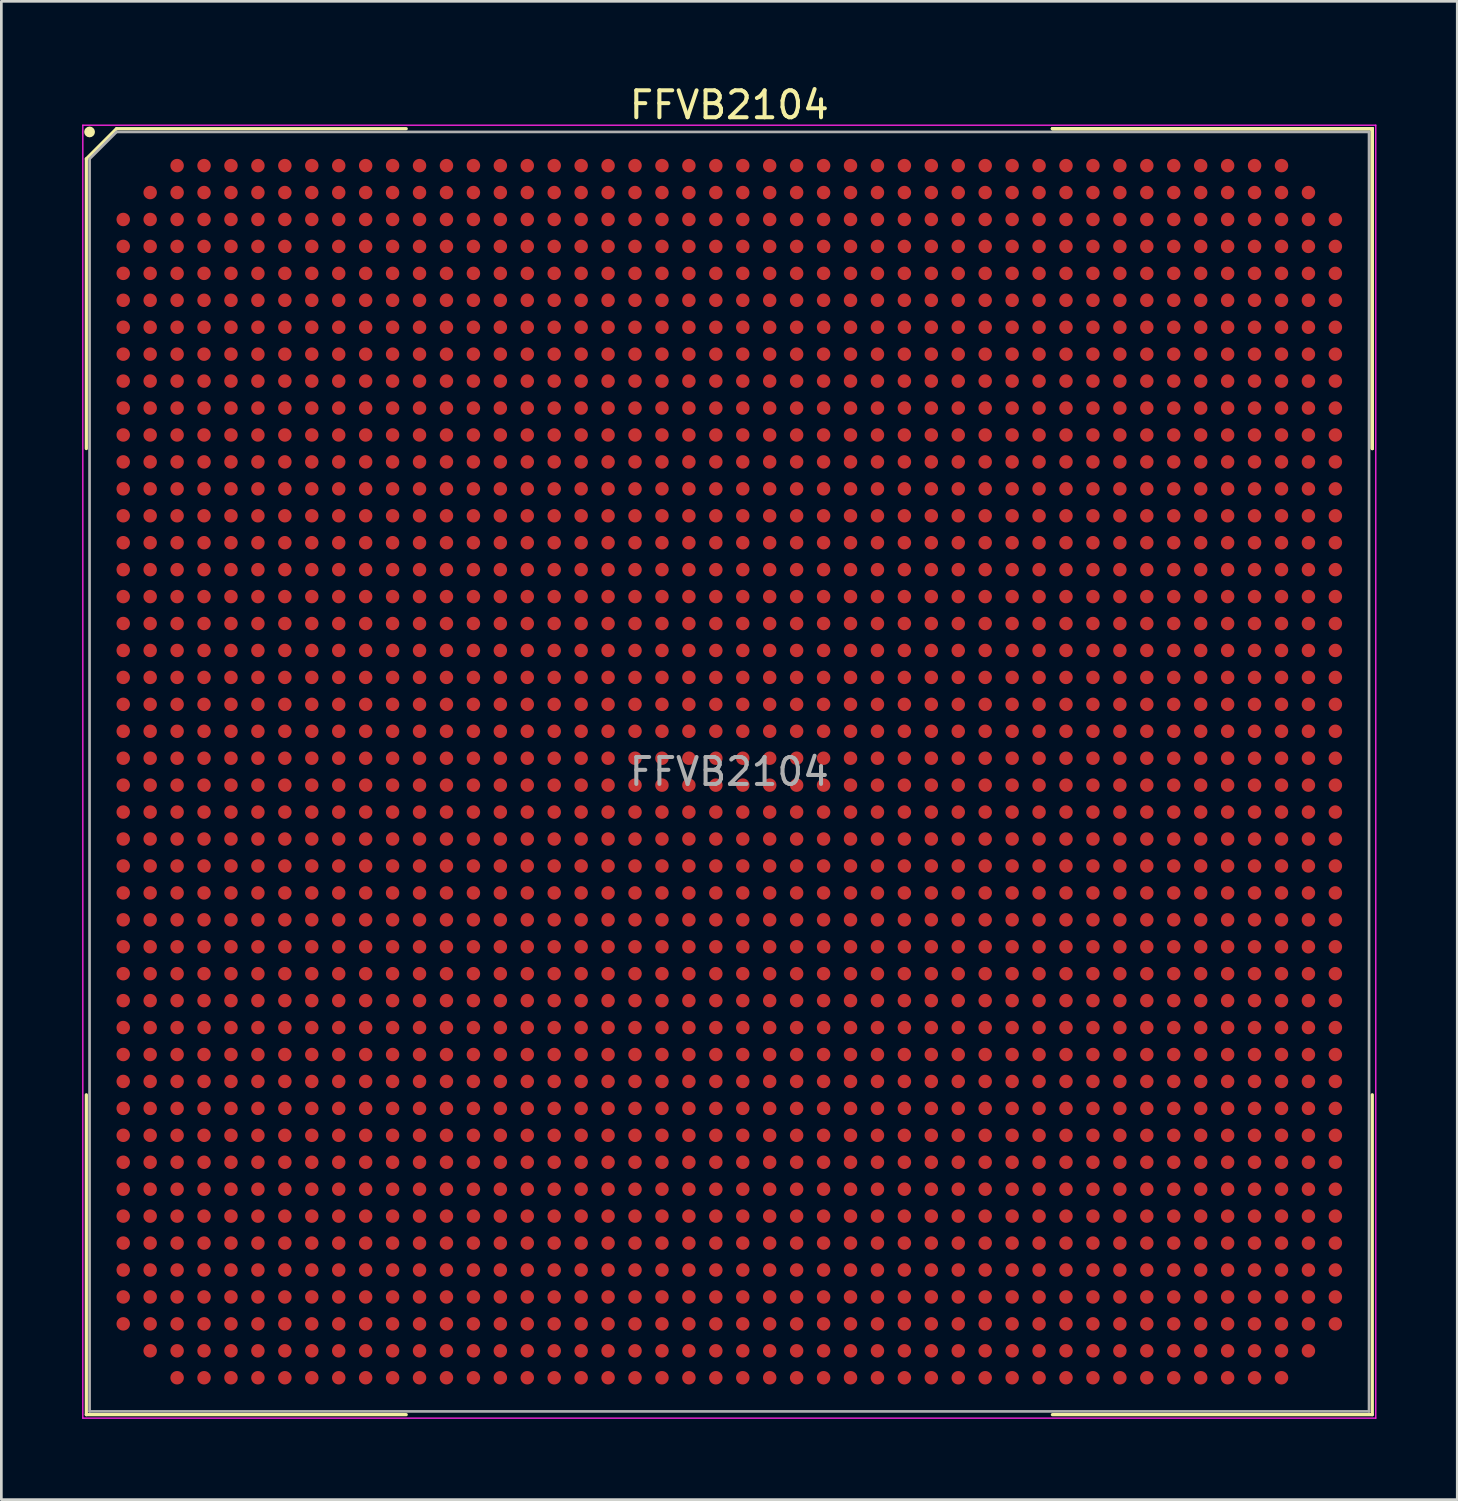
<source format=kicad_pcb>
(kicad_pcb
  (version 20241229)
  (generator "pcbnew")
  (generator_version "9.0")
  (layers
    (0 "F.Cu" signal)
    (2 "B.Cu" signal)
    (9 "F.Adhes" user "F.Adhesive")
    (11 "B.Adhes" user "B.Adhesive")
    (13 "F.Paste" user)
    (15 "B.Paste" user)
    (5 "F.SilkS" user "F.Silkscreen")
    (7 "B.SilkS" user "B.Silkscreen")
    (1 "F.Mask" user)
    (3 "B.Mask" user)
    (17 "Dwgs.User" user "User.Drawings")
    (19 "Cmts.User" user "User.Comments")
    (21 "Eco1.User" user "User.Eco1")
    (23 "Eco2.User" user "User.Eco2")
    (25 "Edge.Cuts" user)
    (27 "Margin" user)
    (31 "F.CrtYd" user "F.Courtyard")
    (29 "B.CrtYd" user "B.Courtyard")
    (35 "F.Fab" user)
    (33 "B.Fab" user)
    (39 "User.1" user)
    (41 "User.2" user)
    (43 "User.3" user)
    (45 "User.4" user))
  (footprint "FFVB2104"
    (layer "F.Cu")
    (at 24.025 25.598)
    (property "Reference" "FFVB2104" (at 0 -24.75 0) (layer "F.SilkS") (effects (font (size 1 1) (thickness 0.15))))
    (attr smd)
    (fp_line (start -23.87 -22.75) (end -23.87 -11.995) (stroke (width 0.12) (type solid)) (layer "F.SilkS"))
    (fp_line (start -23.87 23.87) (end -23.87 11.995) (stroke (width 0.12) (type solid)) (layer "F.SilkS"))
    (fp_line (start -22.75 -23.87) (end -23.87 -22.75) (stroke (width 0.12) (type solid)) (layer "F.SilkS"))
    (fp_line (start -11.995 -23.87) (end -22.75 -23.87) (stroke (width 0.12) (type solid)) (layer "F.SilkS"))
    (fp_line (start -11.995 23.87) (end -23.87 23.87) (stroke (width 0.12) (type solid)) (layer "F.SilkS"))
    (fp_line (start 11.995 -23.87) (end 23.87 -23.87) (stroke (width 0.12) (type solid)) (layer "F.SilkS"))
    (fp_line (start 11.995 -23.87) (end 23.87 -23.87) (stroke (width 0.12) (type solid)) (layer "F.SilkS"))
    (fp_line (start 11.995 -23.87) (end 23.87 -23.87) (stroke (width 0.12) (type solid)) (layer "F.SilkS"))
    (fp_line (start 11.995 23.87) (end 23.87 23.87) (stroke (width 0.12) (type solid)) (layer "F.SilkS"))
    (fp_line (start 23.87 -23.87) (end 23.87 -11.995) (stroke (width 0.12) (type solid)) (layer "F.SilkS"))
    (fp_line (start 23.87 -23.87) (end 23.87 -11.995) (stroke (width 0.12) (type solid)) (layer "F.SilkS"))
    (fp_line (start 23.87 -23.87) (end 23.87 -11.995) (stroke (width 0.12) (type solid)) (layer "F.SilkS"))
    (fp_line (start 23.87 23.87) (end 23.87 11.995) (stroke (width 0.12) (type solid)) (layer "F.SilkS"))
    (fp_circle (center -23.75 -23.75) (end -23.75 -23.65) (stroke (width 0.2) (type solid)) (fill no) (layer "F.SilkS"))
    (fp_line (start -24 -24) (end 24 -24) (stroke (width 0.05) (type solid)) (layer "F.CrtYd"))
    (fp_line (start -24 24) (end -24 -24) (stroke (width 0.05) (type solid)) (layer "F.CrtYd"))
    (fp_line (start 24 -24) (end 24 24) (stroke (width 0.05) (type solid)) (layer "F.CrtYd"))
    (fp_line (start 24 24) (end -24 24) (stroke (width 0.05) (type solid)) (layer "F.CrtYd"))
    (fp_line (start -23.75 -22.75) (end -23.75 23.75) (stroke (width 0.1) (type solid)) (layer "F.Fab"))
    (fp_line (start -23.75 23.75) (end 23.75 23.75) (stroke (width 0.1) (type solid)) (layer "F.Fab"))
    (fp_line (start -22.75 -23.75) (end -23.75 -22.75) (stroke (width 0.1) (type solid)) (layer "F.Fab"))
    (fp_line (start 23.75 -23.75) (end -22.75 -23.75) (stroke (width 0.1) (type solid)) (layer "F.Fab"))
    (fp_line (start 23.75 23.75) (end 23.75 -23.75) (stroke (width 0.1) (type solid)) (layer "F.Fab"))
    (fp_text user "${REFERENCE}" (at 0 0 0) (layer "F.Fab") (effects (font (size 1 1) (thickness 0.15))))
    (pad "A3" smd circle (at -20.5 -22.5) (size 0.5 0.5) (layers "F.Cu" "F.Mask" "F.Paste"))
    (pad "A4" smd circle (at -19.5 -22.5) (size 0.5 0.5) (layers "F.Cu" "F.Mask" "F.Paste"))
    (pad "A5" smd circle (at -18.5 -22.5) (size 0.5 0.5) (layers "F.Cu" "F.Mask" "F.Paste"))
    (pad "A6" smd circle (at -17.5 -22.5) (size 0.5 0.5) (layers "F.Cu" "F.Mask" "F.Paste"))
    (pad "A7" smd circle (at -16.5 -22.5) (size 0.5 0.5) (layers "F.Cu" "F.Mask" "F.Paste"))
    (pad "A8" smd circle (at -15.5 -22.5) (size 0.5 0.5) (layers "F.Cu" "F.Mask" "F.Paste"))
    (pad "A9" smd circle (at -14.5 -22.5) (size 0.5 0.5) (layers "F.Cu" "F.Mask" "F.Paste"))
    (pad "A10" smd circle (at -13.5 -22.5) (size 0.5 0.5) (layers "F.Cu" "F.Mask" "F.Paste"))
    (pad "A11" smd circle (at -12.5 -22.5) (size 0.5 0.5) (layers "F.Cu" "F.Mask" "F.Paste"))
    (pad "A12" smd circle (at -11.5 -22.5) (size 0.5 0.5) (layers "F.Cu" "F.Mask" "F.Paste"))
    (pad "A13" smd circle (at -10.5 -22.5) (size 0.5 0.5) (layers "F.Cu" "F.Mask" "F.Paste"))
    (pad "A14" smd circle (at -9.5 -22.5) (size 0.5 0.5) (layers "F.Cu" "F.Mask" "F.Paste"))
    (pad "A15" smd circle (at -8.5 -22.5) (size 0.5 0.5) (layers "F.Cu" "F.Mask" "F.Paste"))
    (pad "A16" smd circle (at -7.5 -22.5) (size 0.5 0.5) (layers "F.Cu" "F.Mask" "F.Paste"))
    (pad "A17" smd circle (at -6.5 -22.5) (size 0.5 0.5) (layers "F.Cu" "F.Mask" "F.Paste"))
    (pad "A18" smd circle (at -5.5 -22.5) (size 0.5 0.5) (layers "F.Cu" "F.Mask" "F.Paste"))
    (pad "A19" smd circle (at -4.5 -22.5) (size 0.5 0.5) (layers "F.Cu" "F.Mask" "F.Paste"))
    (pad "A20" smd circle (at -3.5 -22.5) (size 0.5 0.5) (layers "F.Cu" "F.Mask" "F.Paste"))
    (pad "A21" smd circle (at -2.5 -22.5) (size 0.5 0.5) (layers "F.Cu" "F.Mask" "F.Paste"))
    (pad "A22" smd circle (at -1.5 -22.5) (size 0.5 0.5) (layers "F.Cu" "F.Mask" "F.Paste"))
    (pad "A23" smd circle (at -0.5 -22.5) (size 0.5 0.5) (layers "F.Cu" "F.Mask" "F.Paste"))
    (pad "A24" smd circle (at 0.5 -22.5) (size 0.5 0.5) (layers "F.Cu" "F.Mask" "F.Paste"))
    (pad "A25" smd circle (at 1.5 -22.5) (size 0.5 0.5) (layers "F.Cu" "F.Mask" "F.Paste"))
    (pad "A26" smd circle (at 2.5 -22.5) (size 0.5 0.5) (layers "F.Cu" "F.Mask" "F.Paste"))
    (pad "A27" smd circle (at 3.5 -22.5) (size 0.5 0.5) (layers "F.Cu" "F.Mask" "F.Paste"))
    (pad "A28" smd circle (at 4.5 -22.5) (size 0.5 0.5) (layers "F.Cu" "F.Mask" "F.Paste"))
    (pad "A29" smd circle (at 5.5 -22.5) (size 0.5 0.5) (layers "F.Cu" "F.Mask" "F.Paste"))
    (pad "A30" smd circle (at 6.5 -22.5) (size 0.5 0.5) (layers "F.Cu" "F.Mask" "F.Paste"))
    (pad "A31" smd circle (at 7.5 -22.5) (size 0.5 0.5) (layers "F.Cu" "F.Mask" "F.Paste"))
    (pad "A32" smd circle (at 8.5 -22.5) (size 0.5 0.5) (layers "F.Cu" "F.Mask" "F.Paste"))
    (pad "A33" smd circle (at 9.5 -22.5) (size 0.5 0.5) (layers "F.Cu" "F.Mask" "F.Paste"))
    (pad "A34" smd circle (at 10.5 -22.5) (size 0.5 0.5) (layers "F.Cu" "F.Mask" "F.Paste"))
    (pad "A35" smd circle (at 11.5 -22.5) (size 0.5 0.5) (layers "F.Cu" "F.Mask" "F.Paste"))
    (pad "A36" smd circle (at 12.5 -22.5) (size 0.5 0.5) (layers "F.Cu" "F.Mask" "F.Paste"))
    (pad "A37" smd circle (at 13.5 -22.5) (size 0.5 0.5) (layers "F.Cu" "F.Mask" "F.Paste"))
    (pad "A38" smd circle (at 14.5 -22.5) (size 0.5 0.5) (layers "F.Cu" "F.Mask" "F.Paste"))
    (pad "A39" smd circle (at 15.5 -22.5) (size 0.5 0.5) (layers "F.Cu" "F.Mask" "F.Paste"))
    (pad "A40" smd circle (at 16.5 -22.5) (size 0.5 0.5) (layers "F.Cu" "F.Mask" "F.Paste"))
    (pad "A41" smd circle (at 17.5 -22.5) (size 0.5 0.5) (layers "F.Cu" "F.Mask" "F.Paste"))
    (pad "A42" smd circle (at 18.5 -22.5) (size 0.5 0.5) (layers "F.Cu" "F.Mask" "F.Paste"))
    (pad "A43" smd circle (at 19.5 -22.5) (size 0.5 0.5) (layers "F.Cu" "F.Mask" "F.Paste"))
    (pad "A44" smd circle (at 20.5 -22.5) (size 0.5 0.5) (layers "F.Cu" "F.Mask" "F.Paste"))
    (pad "AA1" smd circle (at -22.5 -2.5) (size 0.5 0.5) (layers "F.Cu" "F.Mask" "F.Paste"))
    (pad "AA2" smd circle (at -21.5 -2.5) (size 0.5 0.5) (layers "F.Cu" "F.Mask" "F.Paste"))
    (pad "AA3" smd circle (at -20.5 -2.5) (size 0.5 0.5) (layers "F.Cu" "F.Mask" "F.Paste"))
    (pad "AA4" smd circle (at -19.5 -2.5) (size 0.5 0.5) (layers "F.Cu" "F.Mask" "F.Paste"))
    (pad "AA5" smd circle (at -18.5 -2.5) (size 0.5 0.5) (layers "F.Cu" "F.Mask" "F.Paste"))
    (pad "AA6" smd circle (at -17.5 -2.5) (size 0.5 0.5) (layers "F.Cu" "F.Mask" "F.Paste"))
    (pad "AA7" smd circle (at -16.5 -2.5) (size 0.5 0.5) (layers "F.Cu" "F.Mask" "F.Paste"))
    (pad "AA8" smd circle (at -15.5 -2.5) (size 0.5 0.5) (layers "F.Cu" "F.Mask" "F.Paste"))
    (pad "AA9" smd circle (at -14.5 -2.5) (size 0.5 0.5) (layers "F.Cu" "F.Mask" "F.Paste"))
    (pad "AA10" smd circle (at -13.5 -2.5) (size 0.5 0.5) (layers "F.Cu" "F.Mask" "F.Paste"))
    (pad "AA11" smd circle (at -12.5 -2.5) (size 0.5 0.5) (layers "F.Cu" "F.Mask" "F.Paste"))
    (pad "AA12" smd circle (at -11.5 -2.5) (size 0.5 0.5) (layers "F.Cu" "F.Mask" "F.Paste"))
    (pad "AA13" smd circle (at -10.5 -2.5) (size 0.5 0.5) (layers "F.Cu" "F.Mask" "F.Paste"))
    (pad "AA14" smd circle (at -9.5 -2.5) (size 0.5 0.5) (layers "F.Cu" "F.Mask" "F.Paste"))
    (pad "AA15" smd circle (at -8.5 -2.5) (size 0.5 0.5) (layers "F.Cu" "F.Mask" "F.Paste"))
    (pad "AA16" smd circle (at -7.5 -2.5) (size 0.5 0.5) (layers "F.Cu" "F.Mask" "F.Paste"))
    (pad "AA17" smd circle (at -6.5 -2.5) (size 0.5 0.5) (layers "F.Cu" "F.Mask" "F.Paste"))
    (pad "AA18" smd circle (at -5.5 -2.5) (size 0.5 0.5) (layers "F.Cu" "F.Mask" "F.Paste"))
    (pad "AA19" smd circle (at -4.5 -2.5) (size 0.5 0.5) (layers "F.Cu" "F.Mask" "F.Paste"))
    (pad "AA20" smd circle (at -3.5 -2.5) (size 0.5 0.5) (layers "F.Cu" "F.Mask" "F.Paste"))
    (pad "AA21" smd circle (at -2.5 -2.5) (size 0.5 0.5) (layers "F.Cu" "F.Mask" "F.Paste"))
    (pad "AA22" smd circle (at -1.5 -2.5) (size 0.5 0.5) (layers "F.Cu" "F.Mask" "F.Paste"))
    (pad "AA23" smd circle (at -0.5 -2.5) (size 0.5 0.5) (layers "F.Cu" "F.Mask" "F.Paste"))
    (pad "AA24" smd circle (at 0.5 -2.5) (size 0.5 0.5) (layers "F.Cu" "F.Mask" "F.Paste"))
    (pad "AA25" smd circle (at 1.5 -2.5) (size 0.5 0.5) (layers "F.Cu" "F.Mask" "F.Paste"))
    (pad "AA26" smd circle (at 2.5 -2.5) (size 0.5 0.5) (layers "F.Cu" "F.Mask" "F.Paste"))
    (pad "AA27" smd circle (at 3.5 -2.5) (size 0.5 0.5) (layers "F.Cu" "F.Mask" "F.Paste"))
    (pad "AA28" smd circle (at 4.5 -2.5) (size 0.5 0.5) (layers "F.Cu" "F.Mask" "F.Paste"))
    (pad "AA29" smd circle (at 5.5 -2.5) (size 0.5 0.5) (layers "F.Cu" "F.Mask" "F.Paste"))
    (pad "AA30" smd circle (at 6.5 -2.5) (size 0.5 0.5) (layers "F.Cu" "F.Mask" "F.Paste"))
    (pad "AA31" smd circle (at 7.5 -2.5) (size 0.5 0.5) (layers "F.Cu" "F.Mask" "F.Paste"))
    (pad "AA32" smd circle (at 8.5 -2.5) (size 0.5 0.5) (layers "F.Cu" "F.Mask" "F.Paste"))
    (pad "AA33" smd circle (at 9.5 -2.5) (size 0.5 0.5) (layers "F.Cu" "F.Mask" "F.Paste"))
    (pad "AA34" smd circle (at 10.5 -2.5) (size 0.5 0.5) (layers "F.Cu" "F.Mask" "F.Paste"))
    (pad "AA35" smd circle (at 11.5 -2.5) (size 0.5 0.5) (layers "F.Cu" "F.Mask" "F.Paste"))
    (pad "AA36" smd circle (at 12.5 -2.5) (size 0.5 0.5) (layers "F.Cu" "F.Mask" "F.Paste"))
    (pad "AA37" smd circle (at 13.5 -2.5) (size 0.5 0.5) (layers "F.Cu" "F.Mask" "F.Paste"))
    (pad "AA38" smd circle (at 14.5 -2.5) (size 0.5 0.5) (layers "F.Cu" "F.Mask" "F.Paste"))
    (pad "AA39" smd circle (at 15.5 -2.5) (size 0.5 0.5) (layers "F.Cu" "F.Mask" "F.Paste"))
    (pad "AA40" smd circle (at 16.5 -2.5) (size 0.5 0.5) (layers "F.Cu" "F.Mask" "F.Paste"))
    (pad "AA41" smd circle (at 17.5 -2.5) (size 0.5 0.5) (layers "F.Cu" "F.Mask" "F.Paste"))
    (pad "AA42" smd circle (at 18.5 -2.5) (size 0.5 0.5) (layers "F.Cu" "F.Mask" "F.Paste"))
    (pad "AA43" smd circle (at 19.5 -2.5) (size 0.5 0.5) (layers "F.Cu" "F.Mask" "F.Paste"))
    (pad "AA44" smd circle (at 20.5 -2.5) (size 0.5 0.5) (layers "F.Cu" "F.Mask" "F.Paste"))
    (pad "AA45" smd circle (at 21.5 -2.5) (size 0.5 0.5) (layers "F.Cu" "F.Mask" "F.Paste"))
    (pad "AA46" smd circle (at 22.5 -2.5) (size 0.5 0.5) (layers "F.Cu" "F.Mask" "F.Paste"))
    (pad "AB1" smd circle (at -22.5 -1.5) (size 0.5 0.5) (layers "F.Cu" "F.Mask" "F.Paste"))
    (pad "AB2" smd circle (at -21.5 -1.5) (size 0.5 0.5) (layers "F.Cu" "F.Mask" "F.Paste"))
    (pad "AB3" smd circle (at -20.5 -1.5) (size 0.5 0.5) (layers "F.Cu" "F.Mask" "F.Paste"))
    (pad "AB4" smd circle (at -19.5 -1.5) (size 0.5 0.5) (layers "F.Cu" "F.Mask" "F.Paste"))
    (pad "AB5" smd circle (at -18.5 -1.5) (size 0.5 0.5) (layers "F.Cu" "F.Mask" "F.Paste"))
    (pad "AB6" smd circle (at -17.5 -1.5) (size 0.5 0.5) (layers "F.Cu" "F.Mask" "F.Paste"))
    (pad "AB7" smd circle (at -16.5 -1.5) (size 0.5 0.5) (layers "F.Cu" "F.Mask" "F.Paste"))
    (pad "AB8" smd circle (at -15.5 -1.5) (size 0.5 0.5) (layers "F.Cu" "F.Mask" "F.Paste"))
    (pad "AB9" smd circle (at -14.5 -1.5) (size 0.5 0.5) (layers "F.Cu" "F.Mask" "F.Paste"))
    (pad "AB10" smd circle (at -13.5 -1.5) (size 0.5 0.5) (layers "F.Cu" "F.Mask" "F.Paste"))
    (pad "AB11" smd circle (at -12.5 -1.5) (size 0.5 0.5) (layers "F.Cu" "F.Mask" "F.Paste"))
    (pad "AB12" smd circle (at -11.5 -1.5) (size 0.5 0.5) (layers "F.Cu" "F.Mask" "F.Paste"))
    (pad "AB13" smd circle (at -10.5 -1.5) (size 0.5 0.5) (layers "F.Cu" "F.Mask" "F.Paste"))
    (pad "AB14" smd circle (at -9.5 -1.5) (size 0.5 0.5) (layers "F.Cu" "F.Mask" "F.Paste"))
    (pad "AB15" smd circle (at -8.5 -1.5) (size 0.5 0.5) (layers "F.Cu" "F.Mask" "F.Paste"))
    (pad "AB16" smd circle (at -7.5 -1.5) (size 0.5 0.5) (layers "F.Cu" "F.Mask" "F.Paste"))
    (pad "AB17" smd circle (at -6.5 -1.5) (size 0.5 0.5) (layers "F.Cu" "F.Mask" "F.Paste"))
    (pad "AB18" smd circle (at -5.5 -1.5) (size 0.5 0.5) (layers "F.Cu" "F.Mask" "F.Paste"))
    (pad "AB19" smd circle (at -4.5 -1.5) (size 0.5 0.5) (layers "F.Cu" "F.Mask" "F.Paste"))
    (pad "AB20" smd circle (at -3.5 -1.5) (size 0.5 0.5) (layers "F.Cu" "F.Mask" "F.Paste"))
    (pad "AB21" smd circle (at -2.5 -1.5) (size 0.5 0.5) (layers "F.Cu" "F.Mask" "F.Paste"))
    (pad "AB22" smd circle (at -1.5 -1.5) (size 0.5 0.5) (layers "F.Cu" "F.Mask" "F.Paste"))
    (pad "AB23" smd circle (at -0.5 -1.5) (size 0.5 0.5) (layers "F.Cu" "F.Mask" "F.Paste"))
    (pad "AB24" smd circle (at 0.5 -1.5) (size 0.5 0.5) (layers "F.Cu" "F.Mask" "F.Paste"))
    (pad "AB25" smd circle (at 1.5 -1.5) (size 0.5 0.5) (layers "F.Cu" "F.Mask" "F.Paste"))
    (pad "AB26" smd circle (at 2.5 -1.5) (size 0.5 0.5) (layers "F.Cu" "F.Mask" "F.Paste"))
    (pad "AB27" smd circle (at 3.5 -1.5) (size 0.5 0.5) (layers "F.Cu" "F.Mask" "F.Paste"))
    (pad "AB28" smd circle (at 4.5 -1.5) (size 0.5 0.5) (layers "F.Cu" "F.Mask" "F.Paste"))
    (pad "AB29" smd circle (at 5.5 -1.5) (size 0.5 0.5) (layers "F.Cu" "F.Mask" "F.Paste"))
    (pad "AB30" smd circle (at 6.5 -1.5) (size 0.5 0.5) (layers "F.Cu" "F.Mask" "F.Paste"))
    (pad "AB31" smd circle (at 7.5 -1.5) (size 0.5 0.5) (layers "F.Cu" "F.Mask" "F.Paste"))
    (pad "AB32" smd circle (at 8.5 -1.5) (size 0.5 0.5) (layers "F.Cu" "F.Mask" "F.Paste"))
    (pad "AB33" smd circle (at 9.5 -1.5) (size 0.5 0.5) (layers "F.Cu" "F.Mask" "F.Paste"))
    (pad "AB34" smd circle (at 10.5 -1.5) (size 0.5 0.5) (layers "F.Cu" "F.Mask" "F.Paste"))
    (pad "AB35" smd circle (at 11.5 -1.5) (size 0.5 0.5) (layers "F.Cu" "F.Mask" "F.Paste"))
    (pad "AB36" smd circle (at 12.5 -1.5) (size 0.5 0.5) (layers "F.Cu" "F.Mask" "F.Paste"))
    (pad "AB37" smd circle (at 13.5 -1.5) (size 0.5 0.5) (layers "F.Cu" "F.Mask" "F.Paste"))
    (pad "AB38" smd circle (at 14.5 -1.5) (size 0.5 0.5) (layers "F.Cu" "F.Mask" "F.Paste"))
    (pad "AB39" smd circle (at 15.5 -1.5) (size 0.5 0.5) (layers "F.Cu" "F.Mask" "F.Paste"))
    (pad "AB40" smd circle (at 16.5 -1.5) (size 0.5 0.5) (layers "F.Cu" "F.Mask" "F.Paste"))
    (pad "AB41" smd circle (at 17.5 -1.5) (size 0.5 0.5) (layers "F.Cu" "F.Mask" "F.Paste"))
    (pad "AB42" smd circle (at 18.5 -1.5) (size 0.5 0.5) (layers "F.Cu" "F.Mask" "F.Paste"))
    (pad "AB43" smd circle (at 19.5 -1.5) (size 0.5 0.5) (layers "F.Cu" "F.Mask" "F.Paste"))
    (pad "AB44" smd circle (at 20.5 -1.5) (size 0.5 0.5) (layers "F.Cu" "F.Mask" "F.Paste"))
    (pad "AB45" smd circle (at 21.5 -1.5) (size 0.5 0.5) (layers "F.Cu" "F.Mask" "F.Paste"))
    (pad "AB46" smd circle (at 22.5 -1.5) (size 0.5 0.5) (layers "F.Cu" "F.Mask" "F.Paste"))
    (pad "AC1" smd circle (at -22.5 -0.5) (size 0.5 0.5) (layers "F.Cu" "F.Mask" "F.Paste"))
    (pad "AC2" smd circle (at -21.5 -0.5) (size 0.5 0.5) (layers "F.Cu" "F.Mask" "F.Paste"))
    (pad "AC3" smd circle (at -20.5 -0.5) (size 0.5 0.5) (layers "F.Cu" "F.Mask" "F.Paste"))
    (pad "AC4" smd circle (at -19.5 -0.5) (size 0.5 0.5) (layers "F.Cu" "F.Mask" "F.Paste"))
    (pad "AC5" smd circle (at -18.5 -0.5) (size 0.5 0.5) (layers "F.Cu" "F.Mask" "F.Paste"))
    (pad "AC6" smd circle (at -17.5 -0.5) (size 0.5 0.5) (layers "F.Cu" "F.Mask" "F.Paste"))
    (pad "AC7" smd circle (at -16.5 -0.5) (size 0.5 0.5) (layers "F.Cu" "F.Mask" "F.Paste"))
    (pad "AC8" smd circle (at -15.5 -0.5) (size 0.5 0.5) (layers "F.Cu" "F.Mask" "F.Paste"))
    (pad "AC9" smd circle (at -14.5 -0.5) (size 0.5 0.5) (layers "F.Cu" "F.Mask" "F.Paste"))
    (pad "AC10" smd circle (at -13.5 -0.5) (size 0.5 0.5) (layers "F.Cu" "F.Mask" "F.Paste"))
    (pad "AC11" smd circle (at -12.5 -0.5) (size 0.5 0.5) (layers "F.Cu" "F.Mask" "F.Paste"))
    (pad "AC12" smd circle (at -11.5 -0.5) (size 0.5 0.5) (layers "F.Cu" "F.Mask" "F.Paste"))
    (pad "AC13" smd circle (at -10.5 -0.5) (size 0.5 0.5) (layers "F.Cu" "F.Mask" "F.Paste"))
    (pad "AC14" smd circle (at -9.5 -0.5) (size 0.5 0.5) (layers "F.Cu" "F.Mask" "F.Paste"))
    (pad "AC15" smd circle (at -8.5 -0.5) (size 0.5 0.5) (layers "F.Cu" "F.Mask" "F.Paste"))
    (pad "AC16" smd circle (at -7.5 -0.5) (size 0.5 0.5) (layers "F.Cu" "F.Mask" "F.Paste"))
    (pad "AC17" smd circle (at -6.5 -0.5) (size 0.5 0.5) (layers "F.Cu" "F.Mask" "F.Paste"))
    (pad "AC18" smd circle (at -5.5 -0.5) (size 0.5 0.5) (layers "F.Cu" "F.Mask" "F.Paste"))
    (pad "AC19" smd circle (at -4.5 -0.5) (size 0.5 0.5) (layers "F.Cu" "F.Mask" "F.Paste"))
    (pad "AC20" smd circle (at -3.5 -0.5) (size 0.5 0.5) (layers "F.Cu" "F.Mask" "F.Paste"))
    (pad "AC21" smd circle (at -2.5 -0.5) (size 0.5 0.5) (layers "F.Cu" "F.Mask" "F.Paste"))
    (pad "AC22" smd circle (at -1.5 -0.5) (size 0.5 0.5) (layers "F.Cu" "F.Mask" "F.Paste"))
    (pad "AC23" smd circle (at -0.5 -0.5) (size 0.5 0.5) (layers "F.Cu" "F.Mask" "F.Paste"))
    (pad "AC24" smd circle (at 0.5 -0.5) (size 0.5 0.5) (layers "F.Cu" "F.Mask" "F.Paste"))
    (pad "AC25" smd circle (at 1.5 -0.5) (size 0.5 0.5) (layers "F.Cu" "F.Mask" "F.Paste"))
    (pad "AC26" smd circle (at 2.5 -0.5) (size 0.5 0.5) (layers "F.Cu" "F.Mask" "F.Paste"))
    (pad "AC27" smd circle (at 3.5 -0.5) (size 0.5 0.5) (layers "F.Cu" "F.Mask" "F.Paste"))
    (pad "AC28" smd circle (at 4.5 -0.5) (size 0.5 0.5) (layers "F.Cu" "F.Mask" "F.Paste"))
    (pad "AC29" smd circle (at 5.5 -0.5) (size 0.5 0.5) (layers "F.Cu" "F.Mask" "F.Paste"))
    (pad "AC30" smd circle (at 6.5 -0.5) (size 0.5 0.5) (layers "F.Cu" "F.Mask" "F.Paste"))
    (pad "AC31" smd circle (at 7.5 -0.5) (size 0.5 0.5) (layers "F.Cu" "F.Mask" "F.Paste"))
    (pad "AC32" smd circle (at 8.5 -0.5) (size 0.5 0.5) (layers "F.Cu" "F.Mask" "F.Paste"))
    (pad "AC33" smd circle (at 9.5 -0.5) (size 0.5 0.5) (layers "F.Cu" "F.Mask" "F.Paste"))
    (pad "AC34" smd circle (at 10.5 -0.5) (size 0.5 0.5) (layers "F.Cu" "F.Mask" "F.Paste"))
    (pad "AC35" smd circle (at 11.5 -0.5) (size 0.5 0.5) (layers "F.Cu" "F.Mask" "F.Paste"))
    (pad "AC36" smd circle (at 12.5 -0.5) (size 0.5 0.5) (layers "F.Cu" "F.Mask" "F.Paste"))
    (pad "AC37" smd circle (at 13.5 -0.5) (size 0.5 0.5) (layers "F.Cu" "F.Mask" "F.Paste"))
    (pad "AC38" smd circle (at 14.5 -0.5) (size 0.5 0.5) (layers "F.Cu" "F.Mask" "F.Paste"))
    (pad "AC39" smd circle (at 15.5 -0.5) (size 0.5 0.5) (layers "F.Cu" "F.Mask" "F.Paste"))
    (pad "AC40" smd circle (at 16.5 -0.5) (size 0.5 0.5) (layers "F.Cu" "F.Mask" "F.Paste"))
    (pad "AC41" smd circle (at 17.5 -0.5) (size 0.5 0.5) (layers "F.Cu" "F.Mask" "F.Paste"))
    (pad "AC42" smd circle (at 18.5 -0.5) (size 0.5 0.5) (layers "F.Cu" "F.Mask" "F.Paste"))
    (pad "AC43" smd circle (at 19.5 -0.5) (size 0.5 0.5) (layers "F.Cu" "F.Mask" "F.Paste"))
    (pad "AC44" smd circle (at 20.5 -0.5) (size 0.5 0.5) (layers "F.Cu" "F.Mask" "F.Paste"))
    (pad "AC45" smd circle (at 21.5 -0.5) (size 0.5 0.5) (layers "F.Cu" "F.Mask" "F.Paste"))
    (pad "AC46" smd circle (at 22.5 -0.5) (size 0.5 0.5) (layers "F.Cu" "F.Mask" "F.Paste"))
    (pad "AD1" smd circle (at -22.5 0.5) (size 0.5 0.5) (layers "F.Cu" "F.Mask" "F.Paste"))
    (pad "AD2" smd circle (at -21.5 0.5) (size 0.5 0.5) (layers "F.Cu" "F.Mask" "F.Paste"))
    (pad "AD3" smd circle (at -20.5 0.5) (size 0.5 0.5) (layers "F.Cu" "F.Mask" "F.Paste"))
    (pad "AD4" smd circle (at -19.5 0.5) (size 0.5 0.5) (layers "F.Cu" "F.Mask" "F.Paste"))
    (pad "AD5" smd circle (at -18.5 0.5) (size 0.5 0.5) (layers "F.Cu" "F.Mask" "F.Paste"))
    (pad "AD6" smd circle (at -17.5 0.5) (size 0.5 0.5) (layers "F.Cu" "F.Mask" "F.Paste"))
    (pad "AD7" smd circle (at -16.5 0.5) (size 0.5 0.5) (layers "F.Cu" "F.Mask" "F.Paste"))
    (pad "AD8" smd circle (at -15.5 0.5) (size 0.5 0.5) (layers "F.Cu" "F.Mask" "F.Paste"))
    (pad "AD9" smd circle (at -14.5 0.5) (size 0.5 0.5) (layers "F.Cu" "F.Mask" "F.Paste"))
    (pad "AD10" smd circle (at -13.5 0.5) (size 0.5 0.5) (layers "F.Cu" "F.Mask" "F.Paste"))
    (pad "AD11" smd circle (at -12.5 0.5) (size 0.5 0.5) (layers "F.Cu" "F.Mask" "F.Paste"))
    (pad "AD12" smd circle (at -11.5 0.5) (size 0.5 0.5) (layers "F.Cu" "F.Mask" "F.Paste"))
    (pad "AD13" smd circle (at -10.5 0.5) (size 0.5 0.5) (layers "F.Cu" "F.Mask" "F.Paste"))
    (pad "AD14" smd circle (at -9.5 0.5) (size 0.5 0.5) (layers "F.Cu" "F.Mask" "F.Paste"))
    (pad "AD15" smd circle (at -8.5 0.5) (size 0.5 0.5) (layers "F.Cu" "F.Mask" "F.Paste"))
    (pad "AD16" smd circle (at -7.5 0.5) (size 0.5 0.5) (layers "F.Cu" "F.Mask" "F.Paste"))
    (pad "AD17" smd circle (at -6.5 0.5) (size 0.5 0.5) (layers "F.Cu" "F.Mask" "F.Paste"))
    (pad "AD18" smd circle (at -5.5 0.5) (size 0.5 0.5) (layers "F.Cu" "F.Mask" "F.Paste"))
    (pad "AD19" smd circle (at -4.5 0.5) (size 0.5 0.5) (layers "F.Cu" "F.Mask" "F.Paste"))
    (pad "AD20" smd circle (at -3.5 0.5) (size 0.5 0.5) (layers "F.Cu" "F.Mask" "F.Paste"))
    (pad "AD21" smd circle (at -2.5 0.5) (size 0.5 0.5) (layers "F.Cu" "F.Mask" "F.Paste"))
    (pad "AD22" smd circle (at -1.5 0.5) (size 0.5 0.5) (layers "F.Cu" "F.Mask" "F.Paste"))
    (pad "AD23" smd circle (at -0.5 0.5) (size 0.5 0.5) (layers "F.Cu" "F.Mask" "F.Paste"))
    (pad "AD24" smd circle (at 0.5 0.5) (size 0.5 0.5) (layers "F.Cu" "F.Mask" "F.Paste"))
    (pad "AD25" smd circle (at 1.5 0.5) (size 0.5 0.5) (layers "F.Cu" "F.Mask" "F.Paste"))
    (pad "AD26" smd circle (at 2.5 0.5) (size 0.5 0.5) (layers "F.Cu" "F.Mask" "F.Paste"))
    (pad "AD27" smd circle (at 3.5 0.5) (size 0.5 0.5) (layers "F.Cu" "F.Mask" "F.Paste"))
    (pad "AD28" smd circle (at 4.5 0.5) (size 0.5 0.5) (layers "F.Cu" "F.Mask" "F.Paste"))
    (pad "AD29" smd circle (at 5.5 0.5) (size 0.5 0.5) (layers "F.Cu" "F.Mask" "F.Paste"))
    (pad "AD30" smd circle (at 6.5 0.5) (size 0.5 0.5) (layers "F.Cu" "F.Mask" "F.Paste"))
    (pad "AD31" smd circle (at 7.5 0.5) (size 0.5 0.5) (layers "F.Cu" "F.Mask" "F.Paste"))
    (pad "AD32" smd circle (at 8.5 0.5) (size 0.5 0.5) (layers "F.Cu" "F.Mask" "F.Paste"))
    (pad "AD33" smd circle (at 9.5 0.5) (size 0.5 0.5) (layers "F.Cu" "F.Mask" "F.Paste"))
    (pad "AD34" smd circle (at 10.5 0.5) (size 0.5 0.5) (layers "F.Cu" "F.Mask" "F.Paste"))
    (pad "AD35" smd circle (at 11.5 0.5) (size 0.5 0.5) (layers "F.Cu" "F.Mask" "F.Paste"))
    (pad "AD36" smd circle (at 12.5 0.5) (size 0.5 0.5) (layers "F.Cu" "F.Mask" "F.Paste"))
    (pad "AD37" smd circle (at 13.5 0.5) (size 0.5 0.5) (layers "F.Cu" "F.Mask" "F.Paste"))
    (pad "AD38" smd circle (at 14.5 0.5) (size 0.5 0.5) (layers "F.Cu" "F.Mask" "F.Paste"))
    (pad "AD39" smd circle (at 15.5 0.5) (size 0.5 0.5) (layers "F.Cu" "F.Mask" "F.Paste"))
    (pad "AD40" smd circle (at 16.5 0.5) (size 0.5 0.5) (layers "F.Cu" "F.Mask" "F.Paste"))
    (pad "AD41" smd circle (at 17.5 0.5) (size 0.5 0.5) (layers "F.Cu" "F.Mask" "F.Paste"))
    (pad "AD42" smd circle (at 18.5 0.5) (size 0.5 0.5) (layers "F.Cu" "F.Mask" "F.Paste"))
    (pad "AD43" smd circle (at 19.5 0.5) (size 0.5 0.5) (layers "F.Cu" "F.Mask" "F.Paste"))
    (pad "AD44" smd circle (at 20.5 0.5) (size 0.5 0.5) (layers "F.Cu" "F.Mask" "F.Paste"))
    (pad "AD45" smd circle (at 21.5 0.5) (size 0.5 0.5) (layers "F.Cu" "F.Mask" "F.Paste"))
    (pad "AD46" smd circle (at 22.5 0.5) (size 0.5 0.5) (layers "F.Cu" "F.Mask" "F.Paste"))
    (pad "AE1" smd circle (at -22.5 1.5) (size 0.5 0.5) (layers "F.Cu" "F.Mask" "F.Paste"))
    (pad "AE2" smd circle (at -21.5 1.5) (size 0.5 0.5) (layers "F.Cu" "F.Mask" "F.Paste"))
    (pad "AE3" smd circle (at -20.5 1.5) (size 0.5 0.5) (layers "F.Cu" "F.Mask" "F.Paste"))
    (pad "AE4" smd circle (at -19.5 1.5) (size 0.5 0.5) (layers "F.Cu" "F.Mask" "F.Paste"))
    (pad "AE5" smd circle (at -18.5 1.5) (size 0.5 0.5) (layers "F.Cu" "F.Mask" "F.Paste"))
    (pad "AE6" smd circle (at -17.5 1.5) (size 0.5 0.5) (layers "F.Cu" "F.Mask" "F.Paste"))
    (pad "AE7" smd circle (at -16.5 1.5) (size 0.5 0.5) (layers "F.Cu" "F.Mask" "F.Paste"))
    (pad "AE8" smd circle (at -15.5 1.5) (size 0.5 0.5) (layers "F.Cu" "F.Mask" "F.Paste"))
    (pad "AE9" smd circle (at -14.5 1.5) (size 0.5 0.5) (layers "F.Cu" "F.Mask" "F.Paste"))
    (pad "AE10" smd circle (at -13.5 1.5) (size 0.5 0.5) (layers "F.Cu" "F.Mask" "F.Paste"))
    (pad "AE11" smd circle (at -12.5 1.5) (size 0.5 0.5) (layers "F.Cu" "F.Mask" "F.Paste"))
    (pad "AE12" smd circle (at -11.5 1.5) (size 0.5 0.5) (layers "F.Cu" "F.Mask" "F.Paste"))
    (pad "AE13" smd circle (at -10.5 1.5) (size 0.5 0.5) (layers "F.Cu" "F.Mask" "F.Paste"))
    (pad "AE14" smd circle (at -9.5 1.5) (size 0.5 0.5) (layers "F.Cu" "F.Mask" "F.Paste"))
    (pad "AE15" smd circle (at -8.5 1.5) (size 0.5 0.5) (layers "F.Cu" "F.Mask" "F.Paste"))
    (pad "AE16" smd circle (at -7.5 1.5) (size 0.5 0.5) (layers "F.Cu" "F.Mask" "F.Paste"))
    (pad "AE17" smd circle (at -6.5 1.5) (size 0.5 0.5) (layers "F.Cu" "F.Mask" "F.Paste"))
    (pad "AE18" smd circle (at -5.5 1.5) (size 0.5 0.5) (layers "F.Cu" "F.Mask" "F.Paste"))
    (pad "AE19" smd circle (at -4.5 1.5) (size 0.5 0.5) (layers "F.Cu" "F.Mask" "F.Paste"))
    (pad "AE20" smd circle (at -3.5 1.5) (size 0.5 0.5) (layers "F.Cu" "F.Mask" "F.Paste"))
    (pad "AE21" smd circle (at -2.5 1.5) (size 0.5 0.5) (layers "F.Cu" "F.Mask" "F.Paste"))
    (pad "AE22" smd circle (at -1.5 1.5) (size 0.5 0.5) (layers "F.Cu" "F.Mask" "F.Paste"))
    (pad "AE23" smd circle (at -0.5 1.5) (size 0.5 0.5) (layers "F.Cu" "F.Mask" "F.Paste"))
    (pad "AE24" smd circle (at 0.5 1.5) (size 0.5 0.5) (layers "F.Cu" "F.Mask" "F.Paste"))
    (pad "AE25" smd circle (at 1.5 1.5) (size 0.5 0.5) (layers "F.Cu" "F.Mask" "F.Paste"))
    (pad "AE26" smd circle (at 2.5 1.5) (size 0.5 0.5) (layers "F.Cu" "F.Mask" "F.Paste"))
    (pad "AE27" smd circle (at 3.5 1.5) (size 0.5 0.5) (layers "F.Cu" "F.Mask" "F.Paste"))
    (pad "AE28" smd circle (at 4.5 1.5) (size 0.5 0.5) (layers "F.Cu" "F.Mask" "F.Paste"))
    (pad "AE29" smd circle (at 5.5 1.5) (size 0.5 0.5) (layers "F.Cu" "F.Mask" "F.Paste"))
    (pad "AE30" smd circle (at 6.5 1.5) (size 0.5 0.5) (layers "F.Cu" "F.Mask" "F.Paste"))
    (pad "AE31" smd circle (at 7.5 1.5) (size 0.5 0.5) (layers "F.Cu" "F.Mask" "F.Paste"))
    (pad "AE32" smd circle (at 8.5 1.5) (size 0.5 0.5) (layers "F.Cu" "F.Mask" "F.Paste"))
    (pad "AE33" smd circle (at 9.5 1.5) (size 0.5 0.5) (layers "F.Cu" "F.Mask" "F.Paste"))
    (pad "AE34" smd circle (at 10.5 1.5) (size 0.5 0.5) (layers "F.Cu" "F.Mask" "F.Paste"))
    (pad "AE35" smd circle (at 11.5 1.5) (size 0.5 0.5) (layers "F.Cu" "F.Mask" "F.Paste"))
    (pad "AE36" smd circle (at 12.5 1.5) (size 0.5 0.5) (layers "F.Cu" "F.Mask" "F.Paste"))
    (pad "AE37" smd circle (at 13.5 1.5) (size 0.5 0.5) (layers "F.Cu" "F.Mask" "F.Paste"))
    (pad "AE38" smd circle (at 14.5 1.5) (size 0.5 0.5) (layers "F.Cu" "F.Mask" "F.Paste"))
    (pad "AE39" smd circle (at 15.5 1.5) (size 0.5 0.5) (layers "F.Cu" "F.Mask" "F.Paste"))
    (pad "AE40" smd circle (at 16.5 1.5) (size 0.5 0.5) (layers "F.Cu" "F.Mask" "F.Paste"))
    (pad "AE41" smd circle (at 17.5 1.5) (size 0.5 0.5) (layers "F.Cu" "F.Mask" "F.Paste"))
    (pad "AE42" smd circle (at 18.5 1.5) (size 0.5 0.5) (layers "F.Cu" "F.Mask" "F.Paste"))
    (pad "AE43" smd circle (at 19.5 1.5) (size 0.5 0.5) (layers "F.Cu" "F.Mask" "F.Paste"))
    (pad "AE44" smd circle (at 20.5 1.5) (size 0.5 0.5) (layers "F.Cu" "F.Mask" "F.Paste"))
    (pad "AE45" smd circle (at 21.5 1.5) (size 0.5 0.5) (layers "F.Cu" "F.Mask" "F.Paste"))
    (pad "AE46" smd circle (at 22.5 1.5) (size 0.5 0.5) (layers "F.Cu" "F.Mask" "F.Paste"))
    (pad "AF1" smd circle (at -22.5 2.5) (size 0.5 0.5) (layers "F.Cu" "F.Mask" "F.Paste"))
    (pad "AF2" smd circle (at -21.5 2.5) (size 0.5 0.5) (layers "F.Cu" "F.Mask" "F.Paste"))
    (pad "AF3" smd circle (at -20.5 2.5) (size 0.5 0.5) (layers "F.Cu" "F.Mask" "F.Paste"))
    (pad "AF4" smd circle (at -19.5 2.5) (size 0.5 0.5) (layers "F.Cu" "F.Mask" "F.Paste"))
    (pad "AF5" smd circle (at -18.5 2.5) (size 0.5 0.5) (layers "F.Cu" "F.Mask" "F.Paste"))
    (pad "AF6" smd circle (at -17.5 2.5) (size 0.5 0.5) (layers "F.Cu" "F.Mask" "F.Paste"))
    (pad "AF7" smd circle (at -16.5 2.5) (size 0.5 0.5) (layers "F.Cu" "F.Mask" "F.Paste"))
    (pad "AF8" smd circle (at -15.5 2.5) (size 0.5 0.5) (layers "F.Cu" "F.Mask" "F.Paste"))
    (pad "AF9" smd circle (at -14.5 2.5) (size 0.5 0.5) (layers "F.Cu" "F.Mask" "F.Paste"))
    (pad "AF10" smd circle (at -13.5 2.5) (size 0.5 0.5) (layers "F.Cu" "F.Mask" "F.Paste"))
    (pad "AF11" smd circle (at -12.5 2.5) (size 0.5 0.5) (layers "F.Cu" "F.Mask" "F.Paste"))
    (pad "AF12" smd circle (at -11.5 2.5) (size 0.5 0.5) (layers "F.Cu" "F.Mask" "F.Paste"))
    (pad "AF13" smd circle (at -10.5 2.5) (size 0.5 0.5) (layers "F.Cu" "F.Mask" "F.Paste"))
    (pad "AF14" smd circle (at -9.5 2.5) (size 0.5 0.5) (layers "F.Cu" "F.Mask" "F.Paste"))
    (pad "AF15" smd circle (at -8.5 2.5) (size 0.5 0.5) (layers "F.Cu" "F.Mask" "F.Paste"))
    (pad "AF16" smd circle (at -7.5 2.5) (size 0.5 0.5) (layers "F.Cu" "F.Mask" "F.Paste"))
    (pad "AF17" smd circle (at -6.5 2.5) (size 0.5 0.5) (layers "F.Cu" "F.Mask" "F.Paste"))
    (pad "AF18" smd circle (at -5.5 2.5) (size 0.5 0.5) (layers "F.Cu" "F.Mask" "F.Paste"))
    (pad "AF19" smd circle (at -4.5 2.5) (size 0.5 0.5) (layers "F.Cu" "F.Mask" "F.Paste"))
    (pad "AF20" smd circle (at -3.5 2.5) (size 0.5 0.5) (layers "F.Cu" "F.Mask" "F.Paste"))
    (pad "AF21" smd circle (at -2.5 2.5) (size 0.5 0.5) (layers "F.Cu" "F.Mask" "F.Paste"))
    (pad "AF22" smd circle (at -1.5 2.5) (size 0.5 0.5) (layers "F.Cu" "F.Mask" "F.Paste"))
    (pad "AF23" smd circle (at -0.5 2.5) (size 0.5 0.5) (layers "F.Cu" "F.Mask" "F.Paste"))
    (pad "AF24" smd circle (at 0.5 2.5) (size 0.5 0.5) (layers "F.Cu" "F.Mask" "F.Paste"))
    (pad "AF25" smd circle (at 1.5 2.5) (size 0.5 0.5) (layers "F.Cu" "F.Mask" "F.Paste"))
    (pad "AF26" smd circle (at 2.5 2.5) (size 0.5 0.5) (layers "F.Cu" "F.Mask" "F.Paste"))
    (pad "AF27" smd circle (at 3.5 2.5) (size 0.5 0.5) (layers "F.Cu" "F.Mask" "F.Paste"))
    (pad "AF28" smd circle (at 4.5 2.5) (size 0.5 0.5) (layers "F.Cu" "F.Mask" "F.Paste"))
    (pad "AF29" smd circle (at 5.5 2.5) (size 0.5 0.5) (layers "F.Cu" "F.Mask" "F.Paste"))
    (pad "AF30" smd circle (at 6.5 2.5) (size 0.5 0.5) (layers "F.Cu" "F.Mask" "F.Paste"))
    (pad "AF31" smd circle (at 7.5 2.5) (size 0.5 0.5) (layers "F.Cu" "F.Mask" "F.Paste"))
    (pad "AF32" smd circle (at 8.5 2.5) (size 0.5 0.5) (layers "F.Cu" "F.Mask" "F.Paste"))
    (pad "AF33" smd circle (at 9.5 2.5) (size 0.5 0.5) (layers "F.Cu" "F.Mask" "F.Paste"))
    (pad "AF34" smd circle (at 10.5 2.5) (size 0.5 0.5) (layers "F.Cu" "F.Mask" "F.Paste"))
    (pad "AF35" smd circle (at 11.5 2.5) (size 0.5 0.5) (layers "F.Cu" "F.Mask" "F.Paste"))
    (pad "AF36" smd circle (at 12.5 2.5) (size 0.5 0.5) (layers "F.Cu" "F.Mask" "F.Paste"))
    (pad "AF37" smd circle (at 13.5 2.5) (size 0.5 0.5) (layers "F.Cu" "F.Mask" "F.Paste"))
    (pad "AF38" smd circle (at 14.5 2.5) (size 0.5 0.5) (layers "F.Cu" "F.Mask" "F.Paste"))
    (pad "AF39" smd circle (at 15.5 2.5) (size 0.5 0.5) (layers "F.Cu" "F.Mask" "F.Paste"))
    (pad "AF40" smd circle (at 16.5 2.5) (size 0.5 0.5) (layers "F.Cu" "F.Mask" "F.Paste"))
    (pad "AF41" smd circle (at 17.5 2.5) (size 0.5 0.5) (layers "F.Cu" "F.Mask" "F.Paste"))
    (pad "AF42" smd circle (at 18.5 2.5) (size 0.5 0.5) (layers "F.Cu" "F.Mask" "F.Paste"))
    (pad "AF43" smd circle (at 19.5 2.5) (size 0.5 0.5) (layers "F.Cu" "F.Mask" "F.Paste"))
    (pad "AF44" smd circle (at 20.5 2.5) (size 0.5 0.5) (layers "F.Cu" "F.Mask" "F.Paste"))
    (pad "AF45" smd circle (at 21.5 2.5) (size 0.5 0.5) (layers "F.Cu" "F.Mask" "F.Paste"))
    (pad "AF46" smd circle (at 22.5 2.5) (size 0.5 0.5) (layers "F.Cu" "F.Mask" "F.Paste"))
    (pad "AG1" smd circle (at -22.5 3.5) (size 0.5 0.5) (layers "F.Cu" "F.Mask" "F.Paste"))
    (pad "AG2" smd circle (at -21.5 3.5) (size 0.5 0.5) (layers "F.Cu" "F.Mask" "F.Paste"))
    (pad "AG3" smd circle (at -20.5 3.5) (size 0.5 0.5) (layers "F.Cu" "F.Mask" "F.Paste"))
    (pad "AG4" smd circle (at -19.5 3.5) (size 0.5 0.5) (layers "F.Cu" "F.Mask" "F.Paste"))
    (pad "AG5" smd circle (at -18.5 3.5) (size 0.5 0.5) (layers "F.Cu" "F.Mask" "F.Paste"))
    (pad "AG6" smd circle (at -17.5 3.5) (size 0.5 0.5) (layers "F.Cu" "F.Mask" "F.Paste"))
    (pad "AG7" smd circle (at -16.5 3.5) (size 0.5 0.5) (layers "F.Cu" "F.Mask" "F.Paste"))
    (pad "AG8" smd circle (at -15.5 3.5) (size 0.5 0.5) (layers "F.Cu" "F.Mask" "F.Paste"))
    (pad "AG9" smd circle (at -14.5 3.5) (size 0.5 0.5) (layers "F.Cu" "F.Mask" "F.Paste"))
    (pad "AG10" smd circle (at -13.5 3.5) (size 0.5 0.5) (layers "F.Cu" "F.Mask" "F.Paste"))
    (pad "AG11" smd circle (at -12.5 3.5) (size 0.5 0.5) (layers "F.Cu" "F.Mask" "F.Paste"))
    (pad "AG12" smd circle (at -11.5 3.5) (size 0.5 0.5) (layers "F.Cu" "F.Mask" "F.Paste"))
    (pad "AG13" smd circle (at -10.5 3.5) (size 0.5 0.5) (layers "F.Cu" "F.Mask" "F.Paste"))
    (pad "AG14" smd circle (at -9.5 3.5) (size 0.5 0.5) (layers "F.Cu" "F.Mask" "F.Paste"))
    (pad "AG15" smd circle (at -8.5 3.5) (size 0.5 0.5) (layers "F.Cu" "F.Mask" "F.Paste"))
    (pad "AG16" smd circle (at -7.5 3.5) (size 0.5 0.5) (layers "F.Cu" "F.Mask" "F.Paste"))
    (pad "AG17" smd circle (at -6.5 3.5) (size 0.5 0.5) (layers "F.Cu" "F.Mask" "F.Paste"))
    (pad "AG18" smd circle (at -5.5 3.5) (size 0.5 0.5) (layers "F.Cu" "F.Mask" "F.Paste"))
    (pad "AG19" smd circle (at -4.5 3.5) (size 0.5 0.5) (layers "F.Cu" "F.Mask" "F.Paste"))
    (pad "AG20" smd circle (at -3.5 3.5) (size 0.5 0.5) (layers "F.Cu" "F.Mask" "F.Paste"))
    (pad "AG21" smd circle (at -2.5 3.5) (size 0.5 0.5) (layers "F.Cu" "F.Mask" "F.Paste"))
    (pad "AG22" smd circle (at -1.5 3.5) (size 0.5 0.5) (layers "F.Cu" "F.Mask" "F.Paste"))
    (pad "AG23" smd circle (at -0.5 3.5) (size 0.5 0.5) (layers "F.Cu" "F.Mask" "F.Paste"))
    (pad "AG24" smd circle (at 0.5 3.5) (size 0.5 0.5) (layers "F.Cu" "F.Mask" "F.Paste"))
    (pad "AG25" smd circle (at 1.5 3.5) (size 0.5 0.5) (layers "F.Cu" "F.Mask" "F.Paste"))
    (pad "AG26" smd circle (at 2.5 3.5) (size 0.5 0.5) (layers "F.Cu" "F.Mask" "F.Paste"))
    (pad "AG27" smd circle (at 3.5 3.5) (size 0.5 0.5) (layers "F.Cu" "F.Mask" "F.Paste"))
    (pad "AG28" smd circle (at 4.5 3.5) (size 0.5 0.5) (layers "F.Cu" "F.Mask" "F.Paste"))
    (pad "AG29" smd circle (at 5.5 3.5) (size 0.5 0.5) (layers "F.Cu" "F.Mask" "F.Paste"))
    (pad "AG30" smd circle (at 6.5 3.5) (size 0.5 0.5) (layers "F.Cu" "F.Mask" "F.Paste"))
    (pad "AG31" smd circle (at 7.5 3.5) (size 0.5 0.5) (layers "F.Cu" "F.Mask" "F.Paste"))
    (pad "AG32" smd circle (at 8.5 3.5) (size 0.5 0.5) (layers "F.Cu" "F.Mask" "F.Paste"))
    (pad "AG33" smd circle (at 9.5 3.5) (size 0.5 0.5) (layers "F.Cu" "F.Mask" "F.Paste"))
    (pad "AG34" smd circle (at 10.5 3.5) (size 0.5 0.5) (layers "F.Cu" "F.Mask" "F.Paste"))
    (pad "AG35" smd circle (at 11.5 3.5) (size 0.5 0.5) (layers "F.Cu" "F.Mask" "F.Paste"))
    (pad "AG36" smd circle (at 12.5 3.5) (size 0.5 0.5) (layers "F.Cu" "F.Mask" "F.Paste"))
    (pad "AG37" smd circle (at 13.5 3.5) (size 0.5 0.5) (layers "F.Cu" "F.Mask" "F.Paste"))
    (pad "AG38" smd circle (at 14.5 3.5) (size 0.5 0.5) (layers "F.Cu" "F.Mask" "F.Paste"))
    (pad "AG39" smd circle (at 15.5 3.5) (size 0.5 0.5) (layers "F.Cu" "F.Mask" "F.Paste"))
    (pad "AG40" smd circle (at 16.5 3.5) (size 0.5 0.5) (layers "F.Cu" "F.Mask" "F.Paste"))
    (pad "AG41" smd circle (at 17.5 3.5) (size 0.5 0.5) (layers "F.Cu" "F.Mask" "F.Paste"))
    (pad "AG42" smd circle (at 18.5 3.5) (size 0.5 0.5) (layers "F.Cu" "F.Mask" "F.Paste"))
    (pad "AG43" smd circle (at 19.5 3.5) (size 0.5 0.5) (layers "F.Cu" "F.Mask" "F.Paste"))
    (pad "AG44" smd circle (at 20.5 3.5) (size 0.5 0.5) (layers "F.Cu" "F.Mask" "F.Paste"))
    (pad "AG45" smd circle (at 21.5 3.5) (size 0.5 0.5) (layers "F.Cu" "F.Mask" "F.Paste"))
    (pad "AG46" smd circle (at 22.5 3.5) (size 0.5 0.5) (layers "F.Cu" "F.Mask" "F.Paste"))
    (pad "AH1" smd circle (at -22.5 4.5) (size 0.5 0.5) (layers "F.Cu" "F.Mask" "F.Paste"))
    (pad "AH2" smd circle (at -21.5 4.5) (size 0.5 0.5) (layers "F.Cu" "F.Mask" "F.Paste"))
    (pad "AH3" smd circle (at -20.5 4.5) (size 0.5 0.5) (layers "F.Cu" "F.Mask" "F.Paste"))
    (pad "AH4" smd circle (at -19.5 4.5) (size 0.5 0.5) (layers "F.Cu" "F.Mask" "F.Paste"))
    (pad "AH5" smd circle (at -18.5 4.5) (size 0.5 0.5) (layers "F.Cu" "F.Mask" "F.Paste"))
    (pad "AH6" smd circle (at -17.5 4.5) (size 0.5 0.5) (layers "F.Cu" "F.Mask" "F.Paste"))
    (pad "AH7" smd circle (at -16.5 4.5) (size 0.5 0.5) (layers "F.Cu" "F.Mask" "F.Paste"))
    (pad "AH8" smd circle (at -15.5 4.5) (size 0.5 0.5) (layers "F.Cu" "F.Mask" "F.Paste"))
    (pad "AH9" smd circle (at -14.5 4.5) (size 0.5 0.5) (layers "F.Cu" "F.Mask" "F.Paste"))
    (pad "AH10" smd circle (at -13.5 4.5) (size 0.5 0.5) (layers "F.Cu" "F.Mask" "F.Paste"))
    (pad "AH11" smd circle (at -12.5 4.5) (size 0.5 0.5) (layers "F.Cu" "F.Mask" "F.Paste"))
    (pad "AH12" smd circle (at -11.5 4.5) (size 0.5 0.5) (layers "F.Cu" "F.Mask" "F.Paste"))
    (pad "AH13" smd circle (at -10.5 4.5) (size 0.5 0.5) (layers "F.Cu" "F.Mask" "F.Paste"))
    (pad "AH14" smd circle (at -9.5 4.5) (size 0.5 0.5) (layers "F.Cu" "F.Mask" "F.Paste"))
    (pad "AH15" smd circle (at -8.5 4.5) (size 0.5 0.5) (layers "F.Cu" "F.Mask" "F.Paste"))
    (pad "AH16" smd circle (at -7.5 4.5) (size 0.5 0.5) (layers "F.Cu" "F.Mask" "F.Paste"))
    (pad "AH17" smd circle (at -6.5 4.5) (size 0.5 0.5) (layers "F.Cu" "F.Mask" "F.Paste"))
    (pad "AH18" smd circle (at -5.5 4.5) (size 0.5 0.5) (layers "F.Cu" "F.Mask" "F.Paste"))
    (pad "AH19" smd circle (at -4.5 4.5) (size 0.5 0.5) (layers "F.Cu" "F.Mask" "F.Paste"))
    (pad "AH20" smd circle (at -3.5 4.5) (size 0.5 0.5) (layers "F.Cu" "F.Mask" "F.Paste"))
    (pad "AH21" smd circle (at -2.5 4.5) (size 0.5 0.5) (layers "F.Cu" "F.Mask" "F.Paste"))
    (pad "AH22" smd circle (at -1.5 4.5) (size 0.5 0.5) (layers "F.Cu" "F.Mask" "F.Paste"))
    (pad "AH23" smd circle (at -0.5 4.5) (size 0.5 0.5) (layers "F.Cu" "F.Mask" "F.Paste"))
    (pad "AH24" smd circle (at 0.5 4.5) (size 0.5 0.5) (layers "F.Cu" "F.Mask" "F.Paste"))
    (pad "AH25" smd circle (at 1.5 4.5) (size 0.5 0.5) (layers "F.Cu" "F.Mask" "F.Paste"))
    (pad "AH26" smd circle (at 2.5 4.5) (size 0.5 0.5) (layers "F.Cu" "F.Mask" "F.Paste"))
    (pad "AH27" smd circle (at 3.5 4.5) (size 0.5 0.5) (layers "F.Cu" "F.Mask" "F.Paste"))
    (pad "AH28" smd circle (at 4.5 4.5) (size 0.5 0.5) (layers "F.Cu" "F.Mask" "F.Paste"))
    (pad "AH29" smd circle (at 5.5 4.5) (size 0.5 0.5) (layers "F.Cu" "F.Mask" "F.Paste"))
    (pad "AH30" smd circle (at 6.5 4.5) (size 0.5 0.5) (layers "F.Cu" "F.Mask" "F.Paste"))
    (pad "AH31" smd circle (at 7.5 4.5) (size 0.5 0.5) (layers "F.Cu" "F.Mask" "F.Paste"))
    (pad "AH32" smd circle (at 8.5 4.5) (size 0.5 0.5) (layers "F.Cu" "F.Mask" "F.Paste"))
    (pad "AH33" smd circle (at 9.5 4.5) (size 0.5 0.5) (layers "F.Cu" "F.Mask" "F.Paste"))
    (pad "AH34" smd circle (at 10.5 4.5) (size 0.5 0.5) (layers "F.Cu" "F.Mask" "F.Paste"))
    (pad "AH35" smd circle (at 11.5 4.5) (size 0.5 0.5) (layers "F.Cu" "F.Mask" "F.Paste"))
    (pad "AH36" smd circle (at 12.5 4.5) (size 0.5 0.5) (layers "F.Cu" "F.Mask" "F.Paste"))
    (pad "AH37" smd circle (at 13.5 4.5) (size 0.5 0.5) (layers "F.Cu" "F.Mask" "F.Paste"))
    (pad "AH38" smd circle (at 14.5 4.5) (size 0.5 0.5) (layers "F.Cu" "F.Mask" "F.Paste"))
    (pad "AH39" smd circle (at 15.5 4.5) (size 0.5 0.5) (layers "F.Cu" "F.Mask" "F.Paste"))
    (pad "AH40" smd circle (at 16.5 4.5) (size 0.5 0.5) (layers "F.Cu" "F.Mask" "F.Paste"))
    (pad "AH41" smd circle (at 17.5 4.5) (size 0.5 0.5) (layers "F.Cu" "F.Mask" "F.Paste"))
    (pad "AH42" smd circle (at 18.5 4.5) (size 0.5 0.5) (layers "F.Cu" "F.Mask" "F.Paste"))
    (pad "AH43" smd circle (at 19.5 4.5) (size 0.5 0.5) (layers "F.Cu" "F.Mask" "F.Paste"))
    (pad "AH44" smd circle (at 20.5 4.5) (size 0.5 0.5) (layers "F.Cu" "F.Mask" "F.Paste"))
    (pad "AH45" smd circle (at 21.5 4.5) (size 0.5 0.5) (layers "F.Cu" "F.Mask" "F.Paste"))
    (pad "AH46" smd circle (at 22.5 4.5) (size 0.5 0.5) (layers "F.Cu" "F.Mask" "F.Paste"))
    (pad "AJ1" smd circle (at -22.5 5.5) (size 0.5 0.5) (layers "F.Cu" "F.Mask" "F.Paste"))
    (pad "AJ2" smd circle (at -21.5 5.5) (size 0.5 0.5) (layers "F.Cu" "F.Mask" "F.Paste"))
    (pad "AJ3" smd circle (at -20.5 5.5) (size 0.5 0.5) (layers "F.Cu" "F.Mask" "F.Paste"))
    (pad "AJ4" smd circle (at -19.5 5.5) (size 0.5 0.5) (layers "F.Cu" "F.Mask" "F.Paste"))
    (pad "AJ5" smd circle (at -18.5 5.5) (size 0.5 0.5) (layers "F.Cu" "F.Mask" "F.Paste"))
    (pad "AJ6" smd circle (at -17.5 5.5) (size 0.5 0.5) (layers "F.Cu" "F.Mask" "F.Paste"))
    (pad "AJ7" smd circle (at -16.5 5.5) (size 0.5 0.5) (layers "F.Cu" "F.Mask" "F.Paste"))
    (pad "AJ8" smd circle (at -15.5 5.5) (size 0.5 0.5) (layers "F.Cu" "F.Mask" "F.Paste"))
    (pad "AJ9" smd circle (at -14.5 5.5) (size 0.5 0.5) (layers "F.Cu" "F.Mask" "F.Paste"))
    (pad "AJ10" smd circle (at -13.5 5.5) (size 0.5 0.5) (layers "F.Cu" "F.Mask" "F.Paste"))
    (pad "AJ11" smd circle (at -12.5 5.5) (size 0.5 0.5) (layers "F.Cu" "F.Mask" "F.Paste"))
    (pad "AJ12" smd circle (at -11.5 5.5) (size 0.5 0.5) (layers "F.Cu" "F.Mask" "F.Paste"))
    (pad "AJ13" smd circle (at -10.5 5.5) (size 0.5 0.5) (layers "F.Cu" "F.Mask" "F.Paste"))
    (pad "AJ14" smd circle (at -9.5 5.5) (size 0.5 0.5) (layers "F.Cu" "F.Mask" "F.Paste"))
    (pad "AJ15" smd circle (at -8.5 5.5) (size 0.5 0.5) (layers "F.Cu" "F.Mask" "F.Paste"))
    (pad "AJ16" smd circle (at -7.5 5.5) (size 0.5 0.5) (layers "F.Cu" "F.Mask" "F.Paste"))
    (pad "AJ17" smd circle (at -6.5 5.5) (size 0.5 0.5) (layers "F.Cu" "F.Mask" "F.Paste"))
    (pad "AJ18" smd circle (at -5.5 5.5) (size 0.5 0.5) (layers "F.Cu" "F.Mask" "F.Paste"))
    (pad "AJ19" smd circle (at -4.5 5.5) (size 0.5 0.5) (layers "F.Cu" "F.Mask" "F.Paste"))
    (pad "AJ20" smd circle (at -3.5 5.5) (size 0.5 0.5) (layers "F.Cu" "F.Mask" "F.Paste"))
    (pad "AJ21" smd circle (at -2.5 5.5) (size 0.5 0.5) (layers "F.Cu" "F.Mask" "F.Paste"))
    (pad "AJ22" smd circle (at -1.5 5.5) (size 0.5 0.5) (layers "F.Cu" "F.Mask" "F.Paste"))
    (pad "AJ23" smd circle (at -0.5 5.5) (size 0.5 0.5) (layers "F.Cu" "F.Mask" "F.Paste"))
    (pad "AJ24" smd circle (at 0.5 5.5) (size 0.5 0.5) (layers "F.Cu" "F.Mask" "F.Paste"))
    (pad "AJ25" smd circle (at 1.5 5.5) (size 0.5 0.5) (layers "F.Cu" "F.Mask" "F.Paste"))
    (pad "AJ26" smd circle (at 2.5 5.5) (size 0.5 0.5) (layers "F.Cu" "F.Mask" "F.Paste"))
    (pad "AJ27" smd circle (at 3.5 5.5) (size 0.5 0.5) (layers "F.Cu" "F.Mask" "F.Paste"))
    (pad "AJ28" smd circle (at 4.5 5.5) (size 0.5 0.5) (layers "F.Cu" "F.Mask" "F.Paste"))
    (pad "AJ29" smd circle (at 5.5 5.5) (size 0.5 0.5) (layers "F.Cu" "F.Mask" "F.Paste"))
    (pad "AJ30" smd circle (at 6.5 5.5) (size 0.5 0.5) (layers "F.Cu" "F.Mask" "F.Paste"))
    (pad "AJ31" smd circle (at 7.5 5.5) (size 0.5 0.5) (layers "F.Cu" "F.Mask" "F.Paste"))
    (pad "AJ32" smd circle (at 8.5 5.5) (size 0.5 0.5) (layers "F.Cu" "F.Mask" "F.Paste"))
    (pad "AJ33" smd circle (at 9.5 5.5) (size 0.5 0.5) (layers "F.Cu" "F.Mask" "F.Paste"))
    (pad "AJ34" smd circle (at 10.5 5.5) (size 0.5 0.5) (layers "F.Cu" "F.Mask" "F.Paste"))
    (pad "AJ35" smd circle (at 11.5 5.5) (size 0.5 0.5) (layers "F.Cu" "F.Mask" "F.Paste"))
    (pad "AJ36" smd circle (at 12.5 5.5) (size 0.5 0.5) (layers "F.Cu" "F.Mask" "F.Paste"))
    (pad "AJ37" smd circle (at 13.5 5.5) (size 0.5 0.5) (layers "F.Cu" "F.Mask" "F.Paste"))
    (pad "AJ38" smd circle (at 14.5 5.5) (size 0.5 0.5) (layers "F.Cu" "F.Mask" "F.Paste"))
    (pad "AJ39" smd circle (at 15.5 5.5) (size 0.5 0.5) (layers "F.Cu" "F.Mask" "F.Paste"))
    (pad "AJ40" smd circle (at 16.5 5.5) (size 0.5 0.5) (layers "F.Cu" "F.Mask" "F.Paste"))
    (pad "AJ41" smd circle (at 17.5 5.5) (size 0.5 0.5) (layers "F.Cu" "F.Mask" "F.Paste"))
    (pad "AJ42" smd circle (at 18.5 5.5) (size 0.5 0.5) (layers "F.Cu" "F.Mask" "F.Paste"))
    (pad "AJ43" smd circle (at 19.5 5.5) (size 0.5 0.5) (layers "F.Cu" "F.Mask" "F.Paste"))
    (pad "AJ44" smd circle (at 20.5 5.5) (size 0.5 0.5) (layers "F.Cu" "F.Mask" "F.Paste"))
    (pad "AJ45" smd circle (at 21.5 5.5) (size 0.5 0.5) (layers "F.Cu" "F.Mask" "F.Paste"))
    (pad "AJ46" smd circle (at 22.5 5.5) (size 0.5 0.5) (layers "F.Cu" "F.Mask" "F.Paste"))
    (pad "AK1" smd circle (at -22.5 6.5) (size 0.5 0.5) (layers "F.Cu" "F.Mask" "F.Paste"))
    (pad "AK2" smd circle (at -21.5 6.5) (size 0.5 0.5) (layers "F.Cu" "F.Mask" "F.Paste"))
    (pad "AK3" smd circle (at -20.5 6.5) (size 0.5 0.5) (layers "F.Cu" "F.Mask" "F.Paste"))
    (pad "AK4" smd circle (at -19.5 6.5) (size 0.5 0.5) (layers "F.Cu" "F.Mask" "F.Paste"))
    (pad "AK5" smd circle (at -18.5 6.5) (size 0.5 0.5) (layers "F.Cu" "F.Mask" "F.Paste"))
    (pad "AK6" smd circle (at -17.5 6.5) (size 0.5 0.5) (layers "F.Cu" "F.Mask" "F.Paste"))
    (pad "AK7" smd circle (at -16.5 6.5) (size 0.5 0.5) (layers "F.Cu" "F.Mask" "F.Paste"))
    (pad "AK8" smd circle (at -15.5 6.5) (size 0.5 0.5) (layers "F.Cu" "F.Mask" "F.Paste"))
    (pad "AK9" smd circle (at -14.5 6.5) (size 0.5 0.5) (layers "F.Cu" "F.Mask" "F.Paste"))
    (pad "AK10" smd circle (at -13.5 6.5) (size 0.5 0.5) (layers "F.Cu" "F.Mask" "F.Paste"))
    (pad "AK11" smd circle (at -12.5 6.5) (size 0.5 0.5) (layers "F.Cu" "F.Mask" "F.Paste"))
    (pad "AK12" smd circle (at -11.5 6.5) (size 0.5 0.5) (layers "F.Cu" "F.Mask" "F.Paste"))
    (pad "AK13" smd circle (at -10.5 6.5) (size 0.5 0.5) (layers "F.Cu" "F.Mask" "F.Paste"))
    (pad "AK14" smd circle (at -9.5 6.5) (size 0.5 0.5) (layers "F.Cu" "F.Mask" "F.Paste"))
    (pad "AK15" smd circle (at -8.5 6.5) (size 0.5 0.5) (layers "F.Cu" "F.Mask" "F.Paste"))
    (pad "AK16" smd circle (at -7.5 6.5) (size 0.5 0.5) (layers "F.Cu" "F.Mask" "F.Paste"))
    (pad "AK17" smd circle (at -6.5 6.5) (size 0.5 0.5) (layers "F.Cu" "F.Mask" "F.Paste"))
    (pad "AK18" smd circle (at -5.5 6.5) (size 0.5 0.5) (layers "F.Cu" "F.Mask" "F.Paste"))
    (pad "AK19" smd circle (at -4.5 6.5) (size 0.5 0.5) (layers "F.Cu" "F.Mask" "F.Paste"))
    (pad "AK20" smd circle (at -3.5 6.5) (size 0.5 0.5) (layers "F.Cu" "F.Mask" "F.Paste"))
    (pad "AK21" smd circle (at -2.5 6.5) (size 0.5 0.5) (layers "F.Cu" "F.Mask" "F.Paste"))
    (pad "AK22" smd circle (at -1.5 6.5) (size 0.5 0.5) (layers "F.Cu" "F.Mask" "F.Paste"))
    (pad "AK23" smd circle (at -0.5 6.5) (size 0.5 0.5) (layers "F.Cu" "F.Mask" "F.Paste"))
    (pad "AK24" smd circle (at 0.5 6.5) (size 0.5 0.5) (layers "F.Cu" "F.Mask" "F.Paste"))
    (pad "AK25" smd circle (at 1.5 6.5) (size 0.5 0.5) (layers "F.Cu" "F.Mask" "F.Paste"))
    (pad "AK26" smd circle (at 2.5 6.5) (size 0.5 0.5) (layers "F.Cu" "F.Mask" "F.Paste"))
    (pad "AK27" smd circle (at 3.5 6.5) (size 0.5 0.5) (layers "F.Cu" "F.Mask" "F.Paste"))
    (pad "AK28" smd circle (at 4.5 6.5) (size 0.5 0.5) (layers "F.Cu" "F.Mask" "F.Paste"))
    (pad "AK29" smd circle (at 5.5 6.5) (size 0.5 0.5) (layers "F.Cu" "F.Mask" "F.Paste"))
    (pad "AK30" smd circle (at 6.5 6.5) (size 0.5 0.5) (layers "F.Cu" "F.Mask" "F.Paste"))
    (pad "AK31" smd circle (at 7.5 6.5) (size 0.5 0.5) (layers "F.Cu" "F.Mask" "F.Paste"))
    (pad "AK32" smd circle (at 8.5 6.5) (size 0.5 0.5) (layers "F.Cu" "F.Mask" "F.Paste"))
    (pad "AK33" smd circle (at 9.5 6.5) (size 0.5 0.5) (layers "F.Cu" "F.Mask" "F.Paste"))
    (pad "AK34" smd circle (at 10.5 6.5) (size 0.5 0.5) (layers "F.Cu" "F.Mask" "F.Paste"))
    (pad "AK35" smd circle (at 11.5 6.5) (size 0.5 0.5) (layers "F.Cu" "F.Mask" "F.Paste"))
    (pad "AK36" smd circle (at 12.5 6.5) (size 0.5 0.5) (layers "F.Cu" "F.Mask" "F.Paste"))
    (pad "AK37" smd circle (at 13.5 6.5) (size 0.5 0.5) (layers "F.Cu" "F.Mask" "F.Paste"))
    (pad "AK38" smd circle (at 14.5 6.5) (size 0.5 0.5) (layers "F.Cu" "F.Mask" "F.Paste"))
    (pad "AK39" smd circle (at 15.5 6.5) (size 0.5 0.5) (layers "F.Cu" "F.Mask" "F.Paste"))
    (pad "AK40" smd circle (at 16.5 6.5) (size 0.5 0.5) (layers "F.Cu" "F.Mask" "F.Paste"))
    (pad "AK41" smd circle (at 17.5 6.5) (size 0.5 0.5) (layers "F.Cu" "F.Mask" "F.Paste"))
    (pad "AK42" smd circle (at 18.5 6.5) (size 0.5 0.5) (layers "F.Cu" "F.Mask" "F.Paste"))
    (pad "AK43" smd circle (at 19.5 6.5) (size 0.5 0.5) (layers "F.Cu" "F.Mask" "F.Paste"))
    (pad "AK44" smd circle (at 20.5 6.5) (size 0.5 0.5) (layers "F.Cu" "F.Mask" "F.Paste"))
    (pad "AK45" smd circle (at 21.5 6.5) (size 0.5 0.5) (layers "F.Cu" "F.Mask" "F.Paste"))
    (pad "AK46" smd circle (at 22.5 6.5) (size 0.5 0.5) (layers "F.Cu" "F.Mask" "F.Paste"))
    (pad "AL1" smd circle (at -22.5 7.5) (size 0.5 0.5) (layers "F.Cu" "F.Mask" "F.Paste"))
    (pad "AL2" smd circle (at -21.5 7.5) (size 0.5 0.5) (layers "F.Cu" "F.Mask" "F.Paste"))
    (pad "AL3" smd circle (at -20.5 7.5) (size 0.5 0.5) (layers "F.Cu" "F.Mask" "F.Paste"))
    (pad "AL4" smd circle (at -19.5 7.5) (size 0.5 0.5) (layers "F.Cu" "F.Mask" "F.Paste"))
    (pad "AL5" smd circle (at -18.5 7.5) (size 0.5 0.5) (layers "F.Cu" "F.Mask" "F.Paste"))
    (pad "AL6" smd circle (at -17.5 7.5) (size 0.5 0.5) (layers "F.Cu" "F.Mask" "F.Paste"))
    (pad "AL7" smd circle (at -16.5 7.5) (size 0.5 0.5) (layers "F.Cu" "F.Mask" "F.Paste"))
    (pad "AL8" smd circle (at -15.5 7.5) (size 0.5 0.5) (layers "F.Cu" "F.Mask" "F.Paste"))
    (pad "AL9" smd circle (at -14.5 7.5) (size 0.5 0.5) (layers "F.Cu" "F.Mask" "F.Paste"))
    (pad "AL10" smd circle (at -13.5 7.5) (size 0.5 0.5) (layers "F.Cu" "F.Mask" "F.Paste"))
    (pad "AL11" smd circle (at -12.5 7.5) (size 0.5 0.5) (layers "F.Cu" "F.Mask" "F.Paste"))
    (pad "AL12" smd circle (at -11.5 7.5) (size 0.5 0.5) (layers "F.Cu" "F.Mask" "F.Paste"))
    (pad "AL13" smd circle (at -10.5 7.5) (size 0.5 0.5) (layers "F.Cu" "F.Mask" "F.Paste"))
    (pad "AL14" smd circle (at -9.5 7.5) (size 0.5 0.5) (layers "F.Cu" "F.Mask" "F.Paste"))
    (pad "AL15" smd circle (at -8.5 7.5) (size 0.5 0.5) (layers "F.Cu" "F.Mask" "F.Paste"))
    (pad "AL16" smd circle (at -7.5 7.5) (size 0.5 0.5) (layers "F.Cu" "F.Mask" "F.Paste"))
    (pad "AL17" smd circle (at -6.5 7.5) (size 0.5 0.5) (layers "F.Cu" "F.Mask" "F.Paste"))
    (pad "AL18" smd circle (at -5.5 7.5) (size 0.5 0.5) (layers "F.Cu" "F.Mask" "F.Paste"))
    (pad "AL19" smd circle (at -4.5 7.5) (size 0.5 0.5) (layers "F.Cu" "F.Mask" "F.Paste"))
    (pad "AL20" smd circle (at -3.5 7.5) (size 0.5 0.5) (layers "F.Cu" "F.Mask" "F.Paste"))
    (pad "AL21" smd circle (at -2.5 7.5) (size 0.5 0.5) (layers "F.Cu" "F.Mask" "F.Paste"))
    (pad "AL22" smd circle (at -1.5 7.5) (size 0.5 0.5) (layers "F.Cu" "F.Mask" "F.Paste"))
    (pad "AL23" smd circle (at -0.5 7.5) (size 0.5 0.5) (layers "F.Cu" "F.Mask" "F.Paste"))
    (pad "AL24" smd circle (at 0.5 7.5) (size 0.5 0.5) (layers "F.Cu" "F.Mask" "F.Paste"))
    (pad "AL25" smd circle (at 1.5 7.5) (size 0.5 0.5) (layers "F.Cu" "F.Mask" "F.Paste"))
    (pad "AL26" smd circle (at 2.5 7.5) (size 0.5 0.5) (layers "F.Cu" "F.Mask" "F.Paste"))
    (pad "AL27" smd circle (at 3.5 7.5) (size 0.5 0.5) (layers "F.Cu" "F.Mask" "F.Paste"))
    (pad "AL28" smd circle (at 4.5 7.5) (size 0.5 0.5) (layers "F.Cu" "F.Mask" "F.Paste"))
    (pad "AL29" smd circle (at 5.5 7.5) (size 0.5 0.5) (layers "F.Cu" "F.Mask" "F.Paste"))
    (pad "AL30" smd circle (at 6.5 7.5) (size 0.5 0.5) (layers "F.Cu" "F.Mask" "F.Paste"))
    (pad "AL31" smd circle (at 7.5 7.5) (size 0.5 0.5) (layers "F.Cu" "F.Mask" "F.Paste"))
    (pad "AL32" smd circle (at 8.5 7.5) (size 0.5 0.5) (layers "F.Cu" "F.Mask" "F.Paste"))
    (pad "AL33" smd circle (at 9.5 7.5) (size 0.5 0.5) (layers "F.Cu" "F.Mask" "F.Paste"))
    (pad "AL34" smd circle (at 10.5 7.5) (size 0.5 0.5) (layers "F.Cu" "F.Mask" "F.Paste"))
    (pad "AL35" smd circle (at 11.5 7.5) (size 0.5 0.5) (layers "F.Cu" "F.Mask" "F.Paste"))
    (pad "AL36" smd circle (at 12.5 7.5) (size 0.5 0.5) (layers "F.Cu" "F.Mask" "F.Paste"))
    (pad "AL37" smd circle (at 13.5 7.5) (size 0.5 0.5) (layers "F.Cu" "F.Mask" "F.Paste"))
    (pad "AL38" smd circle (at 14.5 7.5) (size 0.5 0.5) (layers "F.Cu" "F.Mask" "F.Paste"))
    (pad "AL39" smd circle (at 15.5 7.5) (size 0.5 0.5) (layers "F.Cu" "F.Mask" "F.Paste"))
    (pad "AL40" smd circle (at 16.5 7.5) (size 0.5 0.5) (layers "F.Cu" "F.Mask" "F.Paste"))
    (pad "AL41" smd circle (at 17.5 7.5) (size 0.5 0.5) (layers "F.Cu" "F.Mask" "F.Paste"))
    (pad "AL42" smd circle (at 18.5 7.5) (size 0.5 0.5) (layers "F.Cu" "F.Mask" "F.Paste"))
    (pad "AL43" smd circle (at 19.5 7.5) (size 0.5 0.5) (layers "F.Cu" "F.Mask" "F.Paste"))
    (pad "AL44" smd circle (at 20.5 7.5) (size 0.5 0.5) (layers "F.Cu" "F.Mask" "F.Paste"))
    (pad "AL45" smd circle (at 21.5 7.5) (size 0.5 0.5) (layers "F.Cu" "F.Mask" "F.Paste"))
    (pad "AL46" smd circle (at 22.5 7.5) (size 0.5 0.5) (layers "F.Cu" "F.Mask" "F.Paste"))
    (pad "AM1" smd circle (at -22.5 8.5) (size 0.5 0.5) (layers "F.Cu" "F.Mask" "F.Paste"))
    (pad "AM2" smd circle (at -21.5 8.5) (size 0.5 0.5) (layers "F.Cu" "F.Mask" "F.Paste"))
    (pad "AM3" smd circle (at -20.5 8.5) (size 0.5 0.5) (layers "F.Cu" "F.Mask" "F.Paste"))
    (pad "AM4" smd circle (at -19.5 8.5) (size 0.5 0.5) (layers "F.Cu" "F.Mask" "F.Paste"))
    (pad "AM5" smd circle (at -18.5 8.5) (size 0.5 0.5) (layers "F.Cu" "F.Mask" "F.Paste"))
    (pad "AM6" smd circle (at -17.5 8.5) (size 0.5 0.5) (layers "F.Cu" "F.Mask" "F.Paste"))
    (pad "AM7" smd circle (at -16.5 8.5) (size 0.5 0.5) (layers "F.Cu" "F.Mask" "F.Paste"))
    (pad "AM8" smd circle (at -15.5 8.5) (size 0.5 0.5) (layers "F.Cu" "F.Mask" "F.Paste"))
    (pad "AM9" smd circle (at -14.5 8.5) (size 0.5 0.5) (layers "F.Cu" "F.Mask" "F.Paste"))
    (pad "AM10" smd circle (at -13.5 8.5) (size 0.5 0.5) (layers "F.Cu" "F.Mask" "F.Paste"))
    (pad "AM11" smd circle (at -12.5 8.5) (size 0.5 0.5) (layers "F.Cu" "F.Mask" "F.Paste"))
    (pad "AM12" smd circle (at -11.5 8.5) (size 0.5 0.5) (layers "F.Cu" "F.Mask" "F.Paste"))
    (pad "AM13" smd circle (at -10.5 8.5) (size 0.5 0.5) (layers "F.Cu" "F.Mask" "F.Paste"))
    (pad "AM14" smd circle (at -9.5 8.5) (size 0.5 0.5) (layers "F.Cu" "F.Mask" "F.Paste"))
    (pad "AM15" smd circle (at -8.5 8.5) (size 0.5 0.5) (layers "F.Cu" "F.Mask" "F.Paste"))
    (pad "AM16" smd circle (at -7.5 8.5) (size 0.5 0.5) (layers "F.Cu" "F.Mask" "F.Paste"))
    (pad "AM17" smd circle (at -6.5 8.5) (size 0.5 0.5) (layers "F.Cu" "F.Mask" "F.Paste"))
    (pad "AM18" smd circle (at -5.5 8.5) (size 0.5 0.5) (layers "F.Cu" "F.Mask" "F.Paste"))
    (pad "AM19" smd circle (at -4.5 8.5) (size 0.5 0.5) (layers "F.Cu" "F.Mask" "F.Paste"))
    (pad "AM20" smd circle (at -3.5 8.5) (size 0.5 0.5) (layers "F.Cu" "F.Mask" "F.Paste"))
    (pad "AM21" smd circle (at -2.5 8.5) (size 0.5 0.5) (layers "F.Cu" "F.Mask" "F.Paste"))
    (pad "AM22" smd circle (at -1.5 8.5) (size 0.5 0.5) (layers "F.Cu" "F.Mask" "F.Paste"))
    (pad "AM23" smd circle (at -0.5 8.5) (size 0.5 0.5) (layers "F.Cu" "F.Mask" "F.Paste"))
    (pad "AM24" smd circle (at 0.5 8.5) (size 0.5 0.5) (layers "F.Cu" "F.Mask" "F.Paste"))
    (pad "AM25" smd circle (at 1.5 8.5) (size 0.5 0.5) (layers "F.Cu" "F.Mask" "F.Paste"))
    (pad "AM26" smd circle (at 2.5 8.5) (size 0.5 0.5) (layers "F.Cu" "F.Mask" "F.Paste"))
    (pad "AM27" smd circle (at 3.5 8.5) (size 0.5 0.5) (layers "F.Cu" "F.Mask" "F.Paste"))
    (pad "AM28" smd circle (at 4.5 8.5) (size 0.5 0.5) (layers "F.Cu" "F.Mask" "F.Paste"))
    (pad "AM29" smd circle (at 5.5 8.5) (size 0.5 0.5) (layers "F.Cu" "F.Mask" "F.Paste"))
    (pad "AM30" smd circle (at 6.5 8.5) (size 0.5 0.5) (layers "F.Cu" "F.Mask" "F.Paste"))
    (pad "AM31" smd circle (at 7.5 8.5) (size 0.5 0.5) (layers "F.Cu" "F.Mask" "F.Paste"))
    (pad "AM32" smd circle (at 8.5 8.5) (size 0.5 0.5) (layers "F.Cu" "F.Mask" "F.Paste"))
    (pad "AM33" smd circle (at 9.5 8.5) (size 0.5 0.5) (layers "F.Cu" "F.Mask" "F.Paste"))
    (pad "AM34" smd circle (at 10.5 8.5) (size 0.5 0.5) (layers "F.Cu" "F.Mask" "F.Paste"))
    (pad "AM35" smd circle (at 11.5 8.5) (size 0.5 0.5) (layers "F.Cu" "F.Mask" "F.Paste"))
    (pad "AM36" smd circle (at 12.5 8.5) (size 0.5 0.5) (layers "F.Cu" "F.Mask" "F.Paste"))
    (pad "AM37" smd circle (at 13.5 8.5) (size 0.5 0.5) (layers "F.Cu" "F.Mask" "F.Paste"))
    (pad "AM38" smd circle (at 14.5 8.5) (size 0.5 0.5) (layers "F.Cu" "F.Mask" "F.Paste"))
    (pad "AM39" smd circle (at 15.5 8.5) (size 0.5 0.5) (layers "F.Cu" "F.Mask" "F.Paste"))
    (pad "AM40" smd circle (at 16.5 8.5) (size 0.5 0.5) (layers "F.Cu" "F.Mask" "F.Paste"))
    (pad "AM41" smd circle (at 17.5 8.5) (size 0.5 0.5) (layers "F.Cu" "F.Mask" "F.Paste"))
    (pad "AM42" smd circle (at 18.5 8.5) (size 0.5 0.5) (layers "F.Cu" "F.Mask" "F.Paste"))
    (pad "AM43" smd circle (at 19.5 8.5) (size 0.5 0.5) (layers "F.Cu" "F.Mask" "F.Paste"))
    (pad "AM44" smd circle (at 20.5 8.5) (size 0.5 0.5) (layers "F.Cu" "F.Mask" "F.Paste"))
    (pad "AM45" smd circle (at 21.5 8.5) (size 0.5 0.5) (layers "F.Cu" "F.Mask" "F.Paste"))
    (pad "AM46" smd circle (at 22.5 8.5) (size 0.5 0.5) (layers "F.Cu" "F.Mask" "F.Paste"))
    (pad "AN1" smd circle (at -22.5 9.5) (size 0.5 0.5) (layers "F.Cu" "F.Mask" "F.Paste"))
    (pad "AN2" smd circle (at -21.5 9.5) (size 0.5 0.5) (layers "F.Cu" "F.Mask" "F.Paste"))
    (pad "AN3" smd circle (at -20.5 9.5) (size 0.5 0.5) (layers "F.Cu" "F.Mask" "F.Paste"))
    (pad "AN4" smd circle (at -19.5 9.5) (size 0.5 0.5) (layers "F.Cu" "F.Mask" "F.Paste"))
    (pad "AN5" smd circle (at -18.5 9.5) (size 0.5 0.5) (layers "F.Cu" "F.Mask" "F.Paste"))
    (pad "AN6" smd circle (at -17.5 9.5) (size 0.5 0.5) (layers "F.Cu" "F.Mask" "F.Paste"))
    (pad "AN7" smd circle (at -16.5 9.5) (size 0.5 0.5) (layers "F.Cu" "F.Mask" "F.Paste"))
    (pad "AN8" smd circle (at -15.5 9.5) (size 0.5 0.5) (layers "F.Cu" "F.Mask" "F.Paste"))
    (pad "AN9" smd circle (at -14.5 9.5) (size 0.5 0.5) (layers "F.Cu" "F.Mask" "F.Paste"))
    (pad "AN10" smd circle (at -13.5 9.5) (size 0.5 0.5) (layers "F.Cu" "F.Mask" "F.Paste"))
    (pad "AN11" smd circle (at -12.5 9.5) (size 0.5 0.5) (layers "F.Cu" "F.Mask" "F.Paste"))
    (pad "AN12" smd circle (at -11.5 9.5) (size 0.5 0.5) (layers "F.Cu" "F.Mask" "F.Paste"))
    (pad "AN13" smd circle (at -10.5 9.5) (size 0.5 0.5) (layers "F.Cu" "F.Mask" "F.Paste"))
    (pad "AN14" smd circle (at -9.5 9.5) (size 0.5 0.5) (layers "F.Cu" "F.Mask" "F.Paste"))
    (pad "AN15" smd circle (at -8.5 9.5) (size 0.5 0.5) (layers "F.Cu" "F.Mask" "F.Paste"))
    (pad "AN16" smd circle (at -7.5 9.5) (size 0.5 0.5) (layers "F.Cu" "F.Mask" "F.Paste"))
    (pad "AN17" smd circle (at -6.5 9.5) (size 0.5 0.5) (layers "F.Cu" "F.Mask" "F.Paste"))
    (pad "AN18" smd circle (at -5.5 9.5) (size 0.5 0.5) (layers "F.Cu" "F.Mask" "F.Paste"))
    (pad "AN19" smd circle (at -4.5 9.5) (size 0.5 0.5) (layers "F.Cu" "F.Mask" "F.Paste"))
    (pad "AN20" smd circle (at -3.5 9.5) (size 0.5 0.5) (layers "F.Cu" "F.Mask" "F.Paste"))
    (pad "AN21" smd circle (at -2.5 9.5) (size 0.5 0.5) (layers "F.Cu" "F.Mask" "F.Paste"))
    (pad "AN22" smd circle (at -1.5 9.5) (size 0.5 0.5) (layers "F.Cu" "F.Mask" "F.Paste"))
    (pad "AN23" smd circle (at -0.5 9.5) (size 0.5 0.5) (layers "F.Cu" "F.Mask" "F.Paste"))
    (pad "AN24" smd circle (at 0.5 9.5) (size 0.5 0.5) (layers "F.Cu" "F.Mask" "F.Paste"))
    (pad "AN25" smd circle (at 1.5 9.5) (size 0.5 0.5) (layers "F.Cu" "F.Mask" "F.Paste"))
    (pad "AN26" smd circle (at 2.5 9.5) (size 0.5 0.5) (layers "F.Cu" "F.Mask" "F.Paste"))
    (pad "AN27" smd circle (at 3.5 9.5) (size 0.5 0.5) (layers "F.Cu" "F.Mask" "F.Paste"))
    (pad "AN28" smd circle (at 4.5 9.5) (size 0.5 0.5) (layers "F.Cu" "F.Mask" "F.Paste"))
    (pad "AN29" smd circle (at 5.5 9.5) (size 0.5 0.5) (layers "F.Cu" "F.Mask" "F.Paste"))
    (pad "AN30" smd circle (at 6.5 9.5) (size 0.5 0.5) (layers "F.Cu" "F.Mask" "F.Paste"))
    (pad "AN31" smd circle (at 7.5 9.5) (size 0.5 0.5) (layers "F.Cu" "F.Mask" "F.Paste"))
    (pad "AN32" smd circle (at 8.5 9.5) (size 0.5 0.5) (layers "F.Cu" "F.Mask" "F.Paste"))
    (pad "AN33" smd circle (at 9.5 9.5) (size 0.5 0.5) (layers "F.Cu" "F.Mask" "F.Paste"))
    (pad "AN34" smd circle (at 10.5 9.5) (size 0.5 0.5) (layers "F.Cu" "F.Mask" "F.Paste"))
    (pad "AN35" smd circle (at 11.5 9.5) (size 0.5 0.5) (layers "F.Cu" "F.Mask" "F.Paste"))
    (pad "AN36" smd circle (at 12.5 9.5) (size 0.5 0.5) (layers "F.Cu" "F.Mask" "F.Paste"))
    (pad "AN37" smd circle (at 13.5 9.5) (size 0.5 0.5) (layers "F.Cu" "F.Mask" "F.Paste"))
    (pad "AN38" smd circle (at 14.5 9.5) (size 0.5 0.5) (layers "F.Cu" "F.Mask" "F.Paste"))
    (pad "AN39" smd circle (at 15.5 9.5) (size 0.5 0.5) (layers "F.Cu" "F.Mask" "F.Paste"))
    (pad "AN40" smd circle (at 16.5 9.5) (size 0.5 0.5) (layers "F.Cu" "F.Mask" "F.Paste"))
    (pad "AN41" smd circle (at 17.5 9.5) (size 0.5 0.5) (layers "F.Cu" "F.Mask" "F.Paste"))
    (pad "AN42" smd circle (at 18.5 9.5) (size 0.5 0.5) (layers "F.Cu" "F.Mask" "F.Paste"))
    (pad "AN43" smd circle (at 19.5 9.5) (size 0.5 0.5) (layers "F.Cu" "F.Mask" "F.Paste"))
    (pad "AN44" smd circle (at 20.5 9.5) (size 0.5 0.5) (layers "F.Cu" "F.Mask" "F.Paste"))
    (pad "AN45" smd circle (at 21.5 9.5) (size 0.5 0.5) (layers "F.Cu" "F.Mask" "F.Paste"))
    (pad "AN46" smd circle (at 22.5 9.5) (size 0.5 0.5) (layers "F.Cu" "F.Mask" "F.Paste"))
    (pad "AP1" smd circle (at -22.5 10.5) (size 0.5 0.5) (layers "F.Cu" "F.Mask" "F.Paste"))
    (pad "AP2" smd circle (at -21.5 10.5) (size 0.5 0.5) (layers "F.Cu" "F.Mask" "F.Paste"))
    (pad "AP3" smd circle (at -20.5 10.5) (size 0.5 0.5) (layers "F.Cu" "F.Mask" "F.Paste"))
    (pad "AP4" smd circle (at -19.5 10.5) (size 0.5 0.5) (layers "F.Cu" "F.Mask" "F.Paste"))
    (pad "AP5" smd circle (at -18.5 10.5) (size 0.5 0.5) (layers "F.Cu" "F.Mask" "F.Paste"))
    (pad "AP6" smd circle (at -17.5 10.5) (size 0.5 0.5) (layers "F.Cu" "F.Mask" "F.Paste"))
    (pad "AP7" smd circle (at -16.5 10.5) (size 0.5 0.5) (layers "F.Cu" "F.Mask" "F.Paste"))
    (pad "AP8" smd circle (at -15.5 10.5) (size 0.5 0.5) (layers "F.Cu" "F.Mask" "F.Paste"))
    (pad "AP9" smd circle (at -14.5 10.5) (size 0.5 0.5) (layers "F.Cu" "F.Mask" "F.Paste"))
    (pad "AP10" smd circle (at -13.5 10.5) (size 0.5 0.5) (layers "F.Cu" "F.Mask" "F.Paste"))
    (pad "AP11" smd circle (at -12.5 10.5) (size 0.5 0.5) (layers "F.Cu" "F.Mask" "F.Paste"))
    (pad "AP12" smd circle (at -11.5 10.5) (size 0.5 0.5) (layers "F.Cu" "F.Mask" "F.Paste"))
    (pad "AP13" smd circle (at -10.5 10.5) (size 0.5 0.5) (layers "F.Cu" "F.Mask" "F.Paste"))
    (pad "AP14" smd circle (at -9.5 10.5) (size 0.5 0.5) (layers "F.Cu" "F.Mask" "F.Paste"))
    (pad "AP15" smd circle (at -8.5 10.5) (size 0.5 0.5) (layers "F.Cu" "F.Mask" "F.Paste"))
    (pad "AP16" smd circle (at -7.5 10.5) (size 0.5 0.5) (layers "F.Cu" "F.Mask" "F.Paste"))
    (pad "AP17" smd circle (at -6.5 10.5) (size 0.5 0.5) (layers "F.Cu" "F.Mask" "F.Paste"))
    (pad "AP18" smd circle (at -5.5 10.5) (size 0.5 0.5) (layers "F.Cu" "F.Mask" "F.Paste"))
    (pad "AP19" smd circle (at -4.5 10.5) (size 0.5 0.5) (layers "F.Cu" "F.Mask" "F.Paste"))
    (pad "AP20" smd circle (at -3.5 10.5) (size 0.5 0.5) (layers "F.Cu" "F.Mask" "F.Paste"))
    (pad "AP21" smd circle (at -2.5 10.5) (size 0.5 0.5) (layers "F.Cu" "F.Mask" "F.Paste"))
    (pad "AP22" smd circle (at -1.5 10.5) (size 0.5 0.5) (layers "F.Cu" "F.Mask" "F.Paste"))
    (pad "AP23" smd circle (at -0.5 10.5) (size 0.5 0.5) (layers "F.Cu" "F.Mask" "F.Paste"))
    (pad "AP24" smd circle (at 0.5 10.5) (size 0.5 0.5) (layers "F.Cu" "F.Mask" "F.Paste"))
    (pad "AP25" smd circle (at 1.5 10.5) (size 0.5 0.5) (layers "F.Cu" "F.Mask" "F.Paste"))
    (pad "AP26" smd circle (at 2.5 10.5) (size 0.5 0.5) (layers "F.Cu" "F.Mask" "F.Paste"))
    (pad "AP27" smd circle (at 3.5 10.5) (size 0.5 0.5) (layers "F.Cu" "F.Mask" "F.Paste"))
    (pad "AP28" smd circle (at 4.5 10.5) (size 0.5 0.5) (layers "F.Cu" "F.Mask" "F.Paste"))
    (pad "AP29" smd circle (at 5.5 10.5) (size 0.5 0.5) (layers "F.Cu" "F.Mask" "F.Paste"))
    (pad "AP30" smd circle (at 6.5 10.5) (size 0.5 0.5) (layers "F.Cu" "F.Mask" "F.Paste"))
    (pad "AP31" smd circle (at 7.5 10.5) (size 0.5 0.5) (layers "F.Cu" "F.Mask" "F.Paste"))
    (pad "AP32" smd circle (at 8.5 10.5) (size 0.5 0.5) (layers "F.Cu" "F.Mask" "F.Paste"))
    (pad "AP33" smd circle (at 9.5 10.5) (size 0.5 0.5) (layers "F.Cu" "F.Mask" "F.Paste"))
    (pad "AP34" smd circle (at 10.5 10.5) (size 0.5 0.5) (layers "F.Cu" "F.Mask" "F.Paste"))
    (pad "AP35" smd circle (at 11.5 10.5) (size 0.5 0.5) (layers "F.Cu" "F.Mask" "F.Paste"))
    (pad "AP36" smd circle (at 12.5 10.5) (size 0.5 0.5) (layers "F.Cu" "F.Mask" "F.Paste"))
    (pad "AP37" smd circle (at 13.5 10.5) (size 0.5 0.5) (layers "F.Cu" "F.Mask" "F.Paste"))
    (pad "AP38" smd circle (at 14.5 10.5) (size 0.5 0.5) (layers "F.Cu" "F.Mask" "F.Paste"))
    (pad "AP39" smd circle (at 15.5 10.5) (size 0.5 0.5) (layers "F.Cu" "F.Mask" "F.Paste"))
    (pad "AP40" smd circle (at 16.5 10.5) (size 0.5 0.5) (layers "F.Cu" "F.Mask" "F.Paste"))
    (pad "AP41" smd circle (at 17.5 10.5) (size 0.5 0.5) (layers "F.Cu" "F.Mask" "F.Paste"))
    (pad "AP42" smd circle (at 18.5 10.5) (size 0.5 0.5) (layers "F.Cu" "F.Mask" "F.Paste"))
    (pad "AP43" smd circle (at 19.5 10.5) (size 0.5 0.5) (layers "F.Cu" "F.Mask" "F.Paste"))
    (pad "AP44" smd circle (at 20.5 10.5) (size 0.5 0.5) (layers "F.Cu" "F.Mask" "F.Paste"))
    (pad "AP45" smd circle (at 21.5 10.5) (size 0.5 0.5) (layers "F.Cu" "F.Mask" "F.Paste"))
    (pad "AP46" smd circle (at 22.5 10.5) (size 0.5 0.5) (layers "F.Cu" "F.Mask" "F.Paste"))
    (pad "AR1" smd circle (at -22.5 11.5) (size 0.5 0.5) (layers "F.Cu" "F.Mask" "F.Paste"))
    (pad "AR2" smd circle (at -21.5 11.5) (size 0.5 0.5) (layers "F.Cu" "F.Mask" "F.Paste"))
    (pad "AR3" smd circle (at -20.5 11.5) (size 0.5 0.5) (layers "F.Cu" "F.Mask" "F.Paste"))
    (pad "AR4" smd circle (at -19.5 11.5) (size 0.5 0.5) (layers "F.Cu" "F.Mask" "F.Paste"))
    (pad "AR5" smd circle (at -18.5 11.5) (size 0.5 0.5) (layers "F.Cu" "F.Mask" "F.Paste"))
    (pad "AR6" smd circle (at -17.5 11.5) (size 0.5 0.5) (layers "F.Cu" "F.Mask" "F.Paste"))
    (pad "AR7" smd circle (at -16.5 11.5) (size 0.5 0.5) (layers "F.Cu" "F.Mask" "F.Paste"))
    (pad "AR8" smd circle (at -15.5 11.5) (size 0.5 0.5) (layers "F.Cu" "F.Mask" "F.Paste"))
    (pad "AR9" smd circle (at -14.5 11.5) (size 0.5 0.5) (layers "F.Cu" "F.Mask" "F.Paste"))
    (pad "AR10" smd circle (at -13.5 11.5) (size 0.5 0.5) (layers "F.Cu" "F.Mask" "F.Paste"))
    (pad "AR11" smd circle (at -12.5 11.5) (size 0.5 0.5) (layers "F.Cu" "F.Mask" "F.Paste"))
    (pad "AR12" smd circle (at -11.5 11.5) (size 0.5 0.5) (layers "F.Cu" "F.Mask" "F.Paste"))
    (pad "AR13" smd circle (at -10.5 11.5) (size 0.5 0.5) (layers "F.Cu" "F.Mask" "F.Paste"))
    (pad "AR14" smd circle (at -9.5 11.5) (size 0.5 0.5) (layers "F.Cu" "F.Mask" "F.Paste"))
    (pad "AR15" smd circle (at -8.5 11.5) (size 0.5 0.5) (layers "F.Cu" "F.Mask" "F.Paste"))
    (pad "AR16" smd circle (at -7.5 11.5) (size 0.5 0.5) (layers "F.Cu" "F.Mask" "F.Paste"))
    (pad "AR17" smd circle (at -6.5 11.5) (size 0.5 0.5) (layers "F.Cu" "F.Mask" "F.Paste"))
    (pad "AR18" smd circle (at -5.5 11.5) (size 0.5 0.5) (layers "F.Cu" "F.Mask" "F.Paste"))
    (pad "AR19" smd circle (at -4.5 11.5) (size 0.5 0.5) (layers "F.Cu" "F.Mask" "F.Paste"))
    (pad "AR20" smd circle (at -3.5 11.5) (size 0.5 0.5) (layers "F.Cu" "F.Mask" "F.Paste"))
    (pad "AR21" smd circle (at -2.5 11.5) (size 0.5 0.5) (layers "F.Cu" "F.Mask" "F.Paste"))
    (pad "AR22" smd circle (at -1.5 11.5) (size 0.5 0.5) (layers "F.Cu" "F.Mask" "F.Paste"))
    (pad "AR23" smd circle (at -0.5 11.5) (size 0.5 0.5) (layers "F.Cu" "F.Mask" "F.Paste"))
    (pad "AR24" smd circle (at 0.5 11.5) (size 0.5 0.5) (layers "F.Cu" "F.Mask" "F.Paste"))
    (pad "AR25" smd circle (at 1.5 11.5) (size 0.5 0.5) (layers "F.Cu" "F.Mask" "F.Paste"))
    (pad "AR26" smd circle (at 2.5 11.5) (size 0.5 0.5) (layers "F.Cu" "F.Mask" "F.Paste"))
    (pad "AR27" smd circle (at 3.5 11.5) (size 0.5 0.5) (layers "F.Cu" "F.Mask" "F.Paste"))
    (pad "AR28" smd circle (at 4.5 11.5) (size 0.5 0.5) (layers "F.Cu" "F.Mask" "F.Paste"))
    (pad "AR29" smd circle (at 5.5 11.5) (size 0.5 0.5) (layers "F.Cu" "F.Mask" "F.Paste"))
    (pad "AR30" smd circle (at 6.5 11.5) (size 0.5 0.5) (layers "F.Cu" "F.Mask" "F.Paste"))
    (pad "AR31" smd circle (at 7.5 11.5) (size 0.5 0.5) (layers "F.Cu" "F.Mask" "F.Paste"))
    (pad "AR32" smd circle (at 8.5 11.5) (size 0.5 0.5) (layers "F.Cu" "F.Mask" "F.Paste"))
    (pad "AR33" smd circle (at 9.5 11.5) (size 0.5 0.5) (layers "F.Cu" "F.Mask" "F.Paste"))
    (pad "AR34" smd circle (at 10.5 11.5) (size 0.5 0.5) (layers "F.Cu" "F.Mask" "F.Paste"))
    (pad "AR35" smd circle (at 11.5 11.5) (size 0.5 0.5) (layers "F.Cu" "F.Mask" "F.Paste"))
    (pad "AR36" smd circle (at 12.5 11.5) (size 0.5 0.5) (layers "F.Cu" "F.Mask" "F.Paste"))
    (pad "AR37" smd circle (at 13.5 11.5) (size 0.5 0.5) (layers "F.Cu" "F.Mask" "F.Paste"))
    (pad "AR38" smd circle (at 14.5 11.5) (size 0.5 0.5) (layers "F.Cu" "F.Mask" "F.Paste"))
    (pad "AR39" smd circle (at 15.5 11.5) (size 0.5 0.5) (layers "F.Cu" "F.Mask" "F.Paste"))
    (pad "AR40" smd circle (at 16.5 11.5) (size 0.5 0.5) (layers "F.Cu" "F.Mask" "F.Paste"))
    (pad "AR41" smd circle (at 17.5 11.5) (size 0.5 0.5) (layers "F.Cu" "F.Mask" "F.Paste"))
    (pad "AR42" smd circle (at 18.5 11.5) (size 0.5 0.5) (layers "F.Cu" "F.Mask" "F.Paste"))
    (pad "AR43" smd circle (at 19.5 11.5) (size 0.5 0.5) (layers "F.Cu" "F.Mask" "F.Paste"))
    (pad "AR44" smd circle (at 20.5 11.5) (size 0.5 0.5) (layers "F.Cu" "F.Mask" "F.Paste"))
    (pad "AR45" smd circle (at 21.5 11.5) (size 0.5 0.5) (layers "F.Cu" "F.Mask" "F.Paste"))
    (pad "AR46" smd circle (at 22.5 11.5) (size 0.5 0.5) (layers "F.Cu" "F.Mask" "F.Paste"))
    (pad "AT1" smd circle (at -22.5 12.5) (size 0.5 0.5) (layers "F.Cu" "F.Mask" "F.Paste"))
    (pad "AT2" smd circle (at -21.5 12.5) (size 0.5 0.5) (layers "F.Cu" "F.Mask" "F.Paste"))
    (pad "AT3" smd circle (at -20.5 12.5) (size 0.5 0.5) (layers "F.Cu" "F.Mask" "F.Paste"))
    (pad "AT4" smd circle (at -19.5 12.5) (size 0.5 0.5) (layers "F.Cu" "F.Mask" "F.Paste"))
    (pad "AT5" smd circle (at -18.5 12.5) (size 0.5 0.5) (layers "F.Cu" "F.Mask" "F.Paste"))
    (pad "AT6" smd circle (at -17.5 12.5) (size 0.5 0.5) (layers "F.Cu" "F.Mask" "F.Paste"))
    (pad "AT7" smd circle (at -16.5 12.5) (size 0.5 0.5) (layers "F.Cu" "F.Mask" "F.Paste"))
    (pad "AT8" smd circle (at -15.5 12.5) (size 0.5 0.5) (layers "F.Cu" "F.Mask" "F.Paste"))
    (pad "AT9" smd circle (at -14.5 12.5) (size 0.5 0.5) (layers "F.Cu" "F.Mask" "F.Paste"))
    (pad "AT10" smd circle (at -13.5 12.5) (size 0.5 0.5) (layers "F.Cu" "F.Mask" "F.Paste"))
    (pad "AT11" smd circle (at -12.5 12.5) (size 0.5 0.5) (layers "F.Cu" "F.Mask" "F.Paste"))
    (pad "AT12" smd circle (at -11.5 12.5) (size 0.5 0.5) (layers "F.Cu" "F.Mask" "F.Paste"))
    (pad "AT13" smd circle (at -10.5 12.5) (size 0.5 0.5) (layers "F.Cu" "F.Mask" "F.Paste"))
    (pad "AT14" smd circle (at -9.5 12.5) (size 0.5 0.5) (layers "F.Cu" "F.Mask" "F.Paste"))
    (pad "AT15" smd circle (at -8.5 12.5) (size 0.5 0.5) (layers "F.Cu" "F.Mask" "F.Paste"))
    (pad "AT16" smd circle (at -7.5 12.5) (size 0.5 0.5) (layers "F.Cu" "F.Mask" "F.Paste"))
    (pad "AT17" smd circle (at -6.5 12.5) (size 0.5 0.5) (layers "F.Cu" "F.Mask" "F.Paste"))
    (pad "AT18" smd circle (at -5.5 12.5) (size 0.5 0.5) (layers "F.Cu" "F.Mask" "F.Paste"))
    (pad "AT19" smd circle (at -4.5 12.5) (size 0.5 0.5) (layers "F.Cu" "F.Mask" "F.Paste"))
    (pad "AT20" smd circle (at -3.5 12.5) (size 0.5 0.5) (layers "F.Cu" "F.Mask" "F.Paste"))
    (pad "AT21" smd circle (at -2.5 12.5) (size 0.5 0.5) (layers "F.Cu" "F.Mask" "F.Paste"))
    (pad "AT22" smd circle (at -1.5 12.5) (size 0.5 0.5) (layers "F.Cu" "F.Mask" "F.Paste"))
    (pad "AT23" smd circle (at -0.5 12.5) (size 0.5 0.5) (layers "F.Cu" "F.Mask" "F.Paste"))
    (pad "AT24" smd circle (at 0.5 12.5) (size 0.5 0.5) (layers "F.Cu" "F.Mask" "F.Paste"))
    (pad "AT25" smd circle (at 1.5 12.5) (size 0.5 0.5) (layers "F.Cu" "F.Mask" "F.Paste"))
    (pad "AT26" smd circle (at 2.5 12.5) (size 0.5 0.5) (layers "F.Cu" "F.Mask" "F.Paste"))
    (pad "AT27" smd circle (at 3.5 12.5) (size 0.5 0.5) (layers "F.Cu" "F.Mask" "F.Paste"))
    (pad "AT28" smd circle (at 4.5 12.5) (size 0.5 0.5) (layers "F.Cu" "F.Mask" "F.Paste"))
    (pad "AT29" smd circle (at 5.5 12.5) (size 0.5 0.5) (layers "F.Cu" "F.Mask" "F.Paste"))
    (pad "AT30" smd circle (at 6.5 12.5) (size 0.5 0.5) (layers "F.Cu" "F.Mask" "F.Paste"))
    (pad "AT31" smd circle (at 7.5 12.5) (size 0.5 0.5) (layers "F.Cu" "F.Mask" "F.Paste"))
    (pad "AT32" smd circle (at 8.5 12.5) (size 0.5 0.5) (layers "F.Cu" "F.Mask" "F.Paste"))
    (pad "AT33" smd circle (at 9.5 12.5) (size 0.5 0.5) (layers "F.Cu" "F.Mask" "F.Paste"))
    (pad "AT34" smd circle (at 10.5 12.5) (size 0.5 0.5) (layers "F.Cu" "F.Mask" "F.Paste"))
    (pad "AT35" smd circle (at 11.5 12.5) (size 0.5 0.5) (layers "F.Cu" "F.Mask" "F.Paste"))
    (pad "AT36" smd circle (at 12.5 12.5) (size 0.5 0.5) (layers "F.Cu" "F.Mask" "F.Paste"))
    (pad "AT37" smd circle (at 13.5 12.5) (size 0.5 0.5) (layers "F.Cu" "F.Mask" "F.Paste"))
    (pad "AT38" smd circle (at 14.5 12.5) (size 0.5 0.5) (layers "F.Cu" "F.Mask" "F.Paste"))
    (pad "AT39" smd circle (at 15.5 12.5) (size 0.5 0.5) (layers "F.Cu" "F.Mask" "F.Paste"))
    (pad "AT40" smd circle (at 16.5 12.5) (size 0.5 0.5) (layers "F.Cu" "F.Mask" "F.Paste"))
    (pad "AT41" smd circle (at 17.5 12.5) (size 0.5 0.5) (layers "F.Cu" "F.Mask" "F.Paste"))
    (pad "AT42" smd circle (at 18.5 12.5) (size 0.5 0.5) (layers "F.Cu" "F.Mask" "F.Paste"))
    (pad "AT43" smd circle (at 19.5 12.5) (size 0.5 0.5) (layers "F.Cu" "F.Mask" "F.Paste"))
    (pad "AT44" smd circle (at 20.5 12.5) (size 0.5 0.5) (layers "F.Cu" "F.Mask" "F.Paste"))
    (pad "AT45" smd circle (at 21.5 12.5) (size 0.5 0.5) (layers "F.Cu" "F.Mask" "F.Paste"))
    (pad "AT46" smd circle (at 22.5 12.5) (size 0.5 0.5) (layers "F.Cu" "F.Mask" "F.Paste"))
    (pad "AU1" smd circle (at -22.5 13.5) (size 0.5 0.5) (layers "F.Cu" "F.Mask" "F.Paste"))
    (pad "AU2" smd circle (at -21.5 13.5) (size 0.5 0.5) (layers "F.Cu" "F.Mask" "F.Paste"))
    (pad "AU3" smd circle (at -20.5 13.5) (size 0.5 0.5) (layers "F.Cu" "F.Mask" "F.Paste"))
    (pad "AU4" smd circle (at -19.5 13.5) (size 0.5 0.5) (layers "F.Cu" "F.Mask" "F.Paste"))
    (pad "AU5" smd circle (at -18.5 13.5) (size 0.5 0.5) (layers "F.Cu" "F.Mask" "F.Paste"))
    (pad "AU6" smd circle (at -17.5 13.5) (size 0.5 0.5) (layers "F.Cu" "F.Mask" "F.Paste"))
    (pad "AU7" smd circle (at -16.5 13.5) (size 0.5 0.5) (layers "F.Cu" "F.Mask" "F.Paste"))
    (pad "AU8" smd circle (at -15.5 13.5) (size 0.5 0.5) (layers "F.Cu" "F.Mask" "F.Paste"))
    (pad "AU9" smd circle (at -14.5 13.5) (size 0.5 0.5) (layers "F.Cu" "F.Mask" "F.Paste"))
    (pad "AU10" smd circle (at -13.5 13.5) (size 0.5 0.5) (layers "F.Cu" "F.Mask" "F.Paste"))
    (pad "AU11" smd circle (at -12.5 13.5) (size 0.5 0.5) (layers "F.Cu" "F.Mask" "F.Paste"))
    (pad "AU12" smd circle (at -11.5 13.5) (size 0.5 0.5) (layers "F.Cu" "F.Mask" "F.Paste"))
    (pad "AU13" smd circle (at -10.5 13.5) (size 0.5 0.5) (layers "F.Cu" "F.Mask" "F.Paste"))
    (pad "AU14" smd circle (at -9.5 13.5) (size 0.5 0.5) (layers "F.Cu" "F.Mask" "F.Paste"))
    (pad "AU15" smd circle (at -8.5 13.5) (size 0.5 0.5) (layers "F.Cu" "F.Mask" "F.Paste"))
    (pad "AU16" smd circle (at -7.5 13.5) (size 0.5 0.5) (layers "F.Cu" "F.Mask" "F.Paste"))
    (pad "AU17" smd circle (at -6.5 13.5) (size 0.5 0.5) (layers "F.Cu" "F.Mask" "F.Paste"))
    (pad "AU18" smd circle (at -5.5 13.5) (size 0.5 0.5) (layers "F.Cu" "F.Mask" "F.Paste"))
    (pad "AU19" smd circle (at -4.5 13.5) (size 0.5 0.5) (layers "F.Cu" "F.Mask" "F.Paste"))
    (pad "AU20" smd circle (at -3.5 13.5) (size 0.5 0.5) (layers "F.Cu" "F.Mask" "F.Paste"))
    (pad "AU21" smd circle (at -2.5 13.5) (size 0.5 0.5) (layers "F.Cu" "F.Mask" "F.Paste"))
    (pad "AU22" smd circle (at -1.5 13.5) (size 0.5 0.5) (layers "F.Cu" "F.Mask" "F.Paste"))
    (pad "AU23" smd circle (at -0.5 13.5) (size 0.5 0.5) (layers "F.Cu" "F.Mask" "F.Paste"))
    (pad "AU24" smd circle (at 0.5 13.5) (size 0.5 0.5) (layers "F.Cu" "F.Mask" "F.Paste"))
    (pad "AU25" smd circle (at 1.5 13.5) (size 0.5 0.5) (layers "F.Cu" "F.Mask" "F.Paste"))
    (pad "AU26" smd circle (at 2.5 13.5) (size 0.5 0.5) (layers "F.Cu" "F.Mask" "F.Paste"))
    (pad "AU27" smd circle (at 3.5 13.5) (size 0.5 0.5) (layers "F.Cu" "F.Mask" "F.Paste"))
    (pad "AU28" smd circle (at 4.5 13.5) (size 0.5 0.5) (layers "F.Cu" "F.Mask" "F.Paste"))
    (pad "AU29" smd circle (at 5.5 13.5) (size 0.5 0.5) (layers "F.Cu" "F.Mask" "F.Paste"))
    (pad "AU30" smd circle (at 6.5 13.5) (size 0.5 0.5) (layers "F.Cu" "F.Mask" "F.Paste"))
    (pad "AU31" smd circle (at 7.5 13.5) (size 0.5 0.5) (layers "F.Cu" "F.Mask" "F.Paste"))
    (pad "AU32" smd circle (at 8.5 13.5) (size 0.5 0.5) (layers "F.Cu" "F.Mask" "F.Paste"))
    (pad "AU33" smd circle (at 9.5 13.5) (size 0.5 0.5) (layers "F.Cu" "F.Mask" "F.Paste"))
    (pad "AU34" smd circle (at 10.5 13.5) (size 0.5 0.5) (layers "F.Cu" "F.Mask" "F.Paste"))
    (pad "AU35" smd circle (at 11.5 13.5) (size 0.5 0.5) (layers "F.Cu" "F.Mask" "F.Paste"))
    (pad "AU36" smd circle (at 12.5 13.5) (size 0.5 0.5) (layers "F.Cu" "F.Mask" "F.Paste"))
    (pad "AU37" smd circle (at 13.5 13.5) (size 0.5 0.5) (layers "F.Cu" "F.Mask" "F.Paste"))
    (pad "AU38" smd circle (at 14.5 13.5) (size 0.5 0.5) (layers "F.Cu" "F.Mask" "F.Paste"))
    (pad "AU39" smd circle (at 15.5 13.5) (size 0.5 0.5) (layers "F.Cu" "F.Mask" "F.Paste"))
    (pad "AU40" smd circle (at 16.5 13.5) (size 0.5 0.5) (layers "F.Cu" "F.Mask" "F.Paste"))
    (pad "AU41" smd circle (at 17.5 13.5) (size 0.5 0.5) (layers "F.Cu" "F.Mask" "F.Paste"))
    (pad "AU42" smd circle (at 18.5 13.5) (size 0.5 0.5) (layers "F.Cu" "F.Mask" "F.Paste"))
    (pad "AU43" smd circle (at 19.5 13.5) (size 0.5 0.5) (layers "F.Cu" "F.Mask" "F.Paste"))
    (pad "AU44" smd circle (at 20.5 13.5) (size 0.5 0.5) (layers "F.Cu" "F.Mask" "F.Paste"))
    (pad "AU45" smd circle (at 21.5 13.5) (size 0.5 0.5) (layers "F.Cu" "F.Mask" "F.Paste"))
    (pad "AU46" smd circle (at 22.5 13.5) (size 0.5 0.5) (layers "F.Cu" "F.Mask" "F.Paste"))
    (pad "AV1" smd circle (at -22.5 14.5) (size 0.5 0.5) (layers "F.Cu" "F.Mask" "F.Paste"))
    (pad "AV2" smd circle (at -21.5 14.5) (size 0.5 0.5) (layers "F.Cu" "F.Mask" "F.Paste"))
    (pad "AV3" smd circle (at -20.5 14.5) (size 0.5 0.5) (layers "F.Cu" "F.Mask" "F.Paste"))
    (pad "AV4" smd circle (at -19.5 14.5) (size 0.5 0.5) (layers "F.Cu" "F.Mask" "F.Paste"))
    (pad "AV5" smd circle (at -18.5 14.5) (size 0.5 0.5) (layers "F.Cu" "F.Mask" "F.Paste"))
    (pad "AV6" smd circle (at -17.5 14.5) (size 0.5 0.5) (layers "F.Cu" "F.Mask" "F.Paste"))
    (pad "AV7" smd circle (at -16.5 14.5) (size 0.5 0.5) (layers "F.Cu" "F.Mask" "F.Paste"))
    (pad "AV8" smd circle (at -15.5 14.5) (size 0.5 0.5) (layers "F.Cu" "F.Mask" "F.Paste"))
    (pad "AV9" smd circle (at -14.5 14.5) (size 0.5 0.5) (layers "F.Cu" "F.Mask" "F.Paste"))
    (pad "AV10" smd circle (at -13.5 14.5) (size 0.5 0.5) (layers "F.Cu" "F.Mask" "F.Paste"))
    (pad "AV11" smd circle (at -12.5 14.5) (size 0.5 0.5) (layers "F.Cu" "F.Mask" "F.Paste"))
    (pad "AV12" smd circle (at -11.5 14.5) (size 0.5 0.5) (layers "F.Cu" "F.Mask" "F.Paste"))
    (pad "AV13" smd circle (at -10.5 14.5) (size 0.5 0.5) (layers "F.Cu" "F.Mask" "F.Paste"))
    (pad "AV14" smd circle (at -9.5 14.5) (size 0.5 0.5) (layers "F.Cu" "F.Mask" "F.Paste"))
    (pad "AV15" smd circle (at -8.5 14.5) (size 0.5 0.5) (layers "F.Cu" "F.Mask" "F.Paste"))
    (pad "AV16" smd circle (at -7.5 14.5) (size 0.5 0.5) (layers "F.Cu" "F.Mask" "F.Paste"))
    (pad "AV17" smd circle (at -6.5 14.5) (size 0.5 0.5) (layers "F.Cu" "F.Mask" "F.Paste"))
    (pad "AV18" smd circle (at -5.5 14.5) (size 0.5 0.5) (layers "F.Cu" "F.Mask" "F.Paste"))
    (pad "AV19" smd circle (at -4.5 14.5) (size 0.5 0.5) (layers "F.Cu" "F.Mask" "F.Paste"))
    (pad "AV20" smd circle (at -3.5 14.5) (size 0.5 0.5) (layers "F.Cu" "F.Mask" "F.Paste"))
    (pad "AV21" smd circle (at -2.5 14.5) (size 0.5 0.5) (layers "F.Cu" "F.Mask" "F.Paste"))
    (pad "AV22" smd circle (at -1.5 14.5) (size 0.5 0.5) (layers "F.Cu" "F.Mask" "F.Paste"))
    (pad "AV23" smd circle (at -0.5 14.5) (size 0.5 0.5) (layers "F.Cu" "F.Mask" "F.Paste"))
    (pad "AV24" smd circle (at 0.5 14.5) (size 0.5 0.5) (layers "F.Cu" "F.Mask" "F.Paste"))
    (pad "AV25" smd circle (at 1.5 14.5) (size 0.5 0.5) (layers "F.Cu" "F.Mask" "F.Paste"))
    (pad "AV26" smd circle (at 2.5 14.5) (size 0.5 0.5) (layers "F.Cu" "F.Mask" "F.Paste"))
    (pad "AV27" smd circle (at 3.5 14.5) (size 0.5 0.5) (layers "F.Cu" "F.Mask" "F.Paste"))
    (pad "AV28" smd circle (at 4.5 14.5) (size 0.5 0.5) (layers "F.Cu" "F.Mask" "F.Paste"))
    (pad "AV29" smd circle (at 5.5 14.5) (size 0.5 0.5) (layers "F.Cu" "F.Mask" "F.Paste"))
    (pad "AV30" smd circle (at 6.5 14.5) (size 0.5 0.5) (layers "F.Cu" "F.Mask" "F.Paste"))
    (pad "AV31" smd circle (at 7.5 14.5) (size 0.5 0.5) (layers "F.Cu" "F.Mask" "F.Paste"))
    (pad "AV32" smd circle (at 8.5 14.5) (size 0.5 0.5) (layers "F.Cu" "F.Mask" "F.Paste"))
    (pad "AV33" smd circle (at 9.5 14.5) (size 0.5 0.5) (layers "F.Cu" "F.Mask" "F.Paste"))
    (pad "AV34" smd circle (at 10.5 14.5) (size 0.5 0.5) (layers "F.Cu" "F.Mask" "F.Paste"))
    (pad "AV35" smd circle (at 11.5 14.5) (size 0.5 0.5) (layers "F.Cu" "F.Mask" "F.Paste"))
    (pad "AV36" smd circle (at 12.5 14.5) (size 0.5 0.5) (layers "F.Cu" "F.Mask" "F.Paste"))
    (pad "AV37" smd circle (at 13.5 14.5) (size 0.5 0.5) (layers "F.Cu" "F.Mask" "F.Paste"))
    (pad "AV38" smd circle (at 14.5 14.5) (size 0.5 0.5) (layers "F.Cu" "F.Mask" "F.Paste"))
    (pad "AV39" smd circle (at 15.5 14.5) (size 0.5 0.5) (layers "F.Cu" "F.Mask" "F.Paste"))
    (pad "AV40" smd circle (at 16.5 14.5) (size 0.5 0.5) (layers "F.Cu" "F.Mask" "F.Paste"))
    (pad "AV41" smd circle (at 17.5 14.5) (size 0.5 0.5) (layers "F.Cu" "F.Mask" "F.Paste"))
    (pad "AV42" smd circle (at 18.5 14.5) (size 0.5 0.5) (layers "F.Cu" "F.Mask" "F.Paste"))
    (pad "AV43" smd circle (at 19.5 14.5) (size 0.5 0.5) (layers "F.Cu" "F.Mask" "F.Paste"))
    (pad "AV44" smd circle (at 20.5 14.5) (size 0.5 0.5) (layers "F.Cu" "F.Mask" "F.Paste"))
    (pad "AV45" smd circle (at 21.5 14.5) (size 0.5 0.5) (layers "F.Cu" "F.Mask" "F.Paste"))
    (pad "AV46" smd circle (at 22.5 14.5) (size 0.5 0.5) (layers "F.Cu" "F.Mask" "F.Paste"))
    (pad "AW1" smd circle (at -22.5 15.5) (size 0.5 0.5) (layers "F.Cu" "F.Mask" "F.Paste"))
    (pad "AW2" smd circle (at -21.5 15.5) (size 0.5 0.5) (layers "F.Cu" "F.Mask" "F.Paste"))
    (pad "AW3" smd circle (at -20.5 15.5) (size 0.5 0.5) (layers "F.Cu" "F.Mask" "F.Paste"))
    (pad "AW4" smd circle (at -19.5 15.5) (size 0.5 0.5) (layers "F.Cu" "F.Mask" "F.Paste"))
    (pad "AW5" smd circle (at -18.5 15.5) (size 0.5 0.5) (layers "F.Cu" "F.Mask" "F.Paste"))
    (pad "AW6" smd circle (at -17.5 15.5) (size 0.5 0.5) (layers "F.Cu" "F.Mask" "F.Paste"))
    (pad "AW7" smd circle (at -16.5 15.5) (size 0.5 0.5) (layers "F.Cu" "F.Mask" "F.Paste"))
    (pad "AW8" smd circle (at -15.5 15.5) (size 0.5 0.5) (layers "F.Cu" "F.Mask" "F.Paste"))
    (pad "AW9" smd circle (at -14.5 15.5) (size 0.5 0.5) (layers "F.Cu" "F.Mask" "F.Paste"))
    (pad "AW10" smd circle (at -13.5 15.5) (size 0.5 0.5) (layers "F.Cu" "F.Mask" "F.Paste"))
    (pad "AW11" smd circle (at -12.5 15.5) (size 0.5 0.5) (layers "F.Cu" "F.Mask" "F.Paste"))
    (pad "AW12" smd circle (at -11.5 15.5) (size 0.5 0.5) (layers "F.Cu" "F.Mask" "F.Paste"))
    (pad "AW13" smd circle (at -10.5 15.5) (size 0.5 0.5) (layers "F.Cu" "F.Mask" "F.Paste"))
    (pad "AW14" smd circle (at -9.5 15.5) (size 0.5 0.5) (layers "F.Cu" "F.Mask" "F.Paste"))
    (pad "AW15" smd circle (at -8.5 15.5) (size 0.5 0.5) (layers "F.Cu" "F.Mask" "F.Paste"))
    (pad "AW16" smd circle (at -7.5 15.5) (size 0.5 0.5) (layers "F.Cu" "F.Mask" "F.Paste"))
    (pad "AW17" smd circle (at -6.5 15.5) (size 0.5 0.5) (layers "F.Cu" "F.Mask" "F.Paste"))
    (pad "AW18" smd circle (at -5.5 15.5) (size 0.5 0.5) (layers "F.Cu" "F.Mask" "F.Paste"))
    (pad "AW19" smd circle (at -4.5 15.5) (size 0.5 0.5) (layers "F.Cu" "F.Mask" "F.Paste"))
    (pad "AW20" smd circle (at -3.5 15.5) (size 0.5 0.5) (layers "F.Cu" "F.Mask" "F.Paste"))
    (pad "AW21" smd circle (at -2.5 15.5) (size 0.5 0.5) (layers "F.Cu" "F.Mask" "F.Paste"))
    (pad "AW22" smd circle (at -1.5 15.5) (size 0.5 0.5) (layers "F.Cu" "F.Mask" "F.Paste"))
    (pad "AW23" smd circle (at -0.5 15.5) (size 0.5 0.5) (layers "F.Cu" "F.Mask" "F.Paste"))
    (pad "AW24" smd circle (at 0.5 15.5) (size 0.5 0.5) (layers "F.Cu" "F.Mask" "F.Paste"))
    (pad "AW25" smd circle (at 1.5 15.5) (size 0.5 0.5) (layers "F.Cu" "F.Mask" "F.Paste"))
    (pad "AW26" smd circle (at 2.5 15.5) (size 0.5 0.5) (layers "F.Cu" "F.Mask" "F.Paste"))
    (pad "AW27" smd circle (at 3.5 15.5) (size 0.5 0.5) (layers "F.Cu" "F.Mask" "F.Paste"))
    (pad "AW28" smd circle (at 4.5 15.5) (size 0.5 0.5) (layers "F.Cu" "F.Mask" "F.Paste"))
    (pad "AW29" smd circle (at 5.5 15.5) (size 0.5 0.5) (layers "F.Cu" "F.Mask" "F.Paste"))
    (pad "AW30" smd circle (at 6.5 15.5) (size 0.5 0.5) (layers "F.Cu" "F.Mask" "F.Paste"))
    (pad "AW31" smd circle (at 7.5 15.5) (size 0.5 0.5) (layers "F.Cu" "F.Mask" "F.Paste"))
    (pad "AW32" smd circle (at 8.5 15.5) (size 0.5 0.5) (layers "F.Cu" "F.Mask" "F.Paste"))
    (pad "AW33" smd circle (at 9.5 15.5) (size 0.5 0.5) (layers "F.Cu" "F.Mask" "F.Paste"))
    (pad "AW34" smd circle (at 10.5 15.5) (size 0.5 0.5) (layers "F.Cu" "F.Mask" "F.Paste"))
    (pad "AW35" smd circle (at 11.5 15.5) (size 0.5 0.5) (layers "F.Cu" "F.Mask" "F.Paste"))
    (pad "AW36" smd circle (at 12.5 15.5) (size 0.5 0.5) (layers "F.Cu" "F.Mask" "F.Paste"))
    (pad "AW37" smd circle (at 13.5 15.5) (size 0.5 0.5) (layers "F.Cu" "F.Mask" "F.Paste"))
    (pad "AW38" smd circle (at 14.5 15.5) (size 0.5 0.5) (layers "F.Cu" "F.Mask" "F.Paste"))
    (pad "AW39" smd circle (at 15.5 15.5) (size 0.5 0.5) (layers "F.Cu" "F.Mask" "F.Paste"))
    (pad "AW40" smd circle (at 16.5 15.5) (size 0.5 0.5) (layers "F.Cu" "F.Mask" "F.Paste"))
    (pad "AW41" smd circle (at 17.5 15.5) (size 0.5 0.5) (layers "F.Cu" "F.Mask" "F.Paste"))
    (pad "AW42" smd circle (at 18.5 15.5) (size 0.5 0.5) (layers "F.Cu" "F.Mask" "F.Paste"))
    (pad "AW43" smd circle (at 19.5 15.5) (size 0.5 0.5) (layers "F.Cu" "F.Mask" "F.Paste"))
    (pad "AW44" smd circle (at 20.5 15.5) (size 0.5 0.5) (layers "F.Cu" "F.Mask" "F.Paste"))
    (pad "AW45" smd circle (at 21.5 15.5) (size 0.5 0.5) (layers "F.Cu" "F.Mask" "F.Paste"))
    (pad "AW46" smd circle (at 22.5 15.5) (size 0.5 0.5) (layers "F.Cu" "F.Mask" "F.Paste"))
    (pad "AY1" smd circle (at -22.5 16.5) (size 0.5 0.5) (layers "F.Cu" "F.Mask" "F.Paste"))
    (pad "AY2" smd circle (at -21.5 16.5) (size 0.5 0.5) (layers "F.Cu" "F.Mask" "F.Paste"))
    (pad "AY3" smd circle (at -20.5 16.5) (size 0.5 0.5) (layers "F.Cu" "F.Mask" "F.Paste"))
    (pad "AY4" smd circle (at -19.5 16.5) (size 0.5 0.5) (layers "F.Cu" "F.Mask" "F.Paste"))
    (pad "AY5" smd circle (at -18.5 16.5) (size 0.5 0.5) (layers "F.Cu" "F.Mask" "F.Paste"))
    (pad "AY6" smd circle (at -17.5 16.5) (size 0.5 0.5) (layers "F.Cu" "F.Mask" "F.Paste"))
    (pad "AY7" smd circle (at -16.5 16.5) (size 0.5 0.5) (layers "F.Cu" "F.Mask" "F.Paste"))
    (pad "AY8" smd circle (at -15.5 16.5) (size 0.5 0.5) (layers "F.Cu" "F.Mask" "F.Paste"))
    (pad "AY9" smd circle (at -14.5 16.5) (size 0.5 0.5) (layers "F.Cu" "F.Mask" "F.Paste"))
    (pad "AY10" smd circle (at -13.5 16.5) (size 0.5 0.5) (layers "F.Cu" "F.Mask" "F.Paste"))
    (pad "AY11" smd circle (at -12.5 16.5) (size 0.5 0.5) (layers "F.Cu" "F.Mask" "F.Paste"))
    (pad "AY12" smd circle (at -11.5 16.5) (size 0.5 0.5) (layers "F.Cu" "F.Mask" "F.Paste"))
    (pad "AY13" smd circle (at -10.5 16.5) (size 0.5 0.5) (layers "F.Cu" "F.Mask" "F.Paste"))
    (pad "AY14" smd circle (at -9.5 16.5) (size 0.5 0.5) (layers "F.Cu" "F.Mask" "F.Paste"))
    (pad "AY15" smd circle (at -8.5 16.5) (size 0.5 0.5) (layers "F.Cu" "F.Mask" "F.Paste"))
    (pad "AY16" smd circle (at -7.5 16.5) (size 0.5 0.5) (layers "F.Cu" "F.Mask" "F.Paste"))
    (pad "AY17" smd circle (at -6.5 16.5) (size 0.5 0.5) (layers "F.Cu" "F.Mask" "F.Paste"))
    (pad "AY18" smd circle (at -5.5 16.5) (size 0.5 0.5) (layers "F.Cu" "F.Mask" "F.Paste"))
    (pad "AY19" smd circle (at -4.5 16.5) (size 0.5 0.5) (layers "F.Cu" "F.Mask" "F.Paste"))
    (pad "AY20" smd circle (at -3.5 16.5) (size 0.5 0.5) (layers "F.Cu" "F.Mask" "F.Paste"))
    (pad "AY21" smd circle (at -2.5 16.5) (size 0.5 0.5) (layers "F.Cu" "F.Mask" "F.Paste"))
    (pad "AY22" smd circle (at -1.5 16.5) (size 0.5 0.5) (layers "F.Cu" "F.Mask" "F.Paste"))
    (pad "AY23" smd circle (at -0.5 16.5) (size 0.5 0.5) (layers "F.Cu" "F.Mask" "F.Paste"))
    (pad "AY24" smd circle (at 0.5 16.5) (size 0.5 0.5) (layers "F.Cu" "F.Mask" "F.Paste"))
    (pad "AY25" smd circle (at 1.5 16.5) (size 0.5 0.5) (layers "F.Cu" "F.Mask" "F.Paste"))
    (pad "AY26" smd circle (at 2.5 16.5) (size 0.5 0.5) (layers "F.Cu" "F.Mask" "F.Paste"))
    (pad "AY27" smd circle (at 3.5 16.5) (size 0.5 0.5) (layers "F.Cu" "F.Mask" "F.Paste"))
    (pad "AY28" smd circle (at 4.5 16.5) (size 0.5 0.5) (layers "F.Cu" "F.Mask" "F.Paste"))
    (pad "AY29" smd circle (at 5.5 16.5) (size 0.5 0.5) (layers "F.Cu" "F.Mask" "F.Paste"))
    (pad "AY30" smd circle (at 6.5 16.5) (size 0.5 0.5) (layers "F.Cu" "F.Mask" "F.Paste"))
    (pad "AY31" smd circle (at 7.5 16.5) (size 0.5 0.5) (layers "F.Cu" "F.Mask" "F.Paste"))
    (pad "AY32" smd circle (at 8.5 16.5) (size 0.5 0.5) (layers "F.Cu" "F.Mask" "F.Paste"))
    (pad "AY33" smd circle (at 9.5 16.5) (size 0.5 0.5) (layers "F.Cu" "F.Mask" "F.Paste"))
    (pad "AY34" smd circle (at 10.5 16.5) (size 0.5 0.5) (layers "F.Cu" "F.Mask" "F.Paste"))
    (pad "AY35" smd circle (at 11.5 16.5) (size 0.5 0.5) (layers "F.Cu" "F.Mask" "F.Paste"))
    (pad "AY36" smd circle (at 12.5 16.5) (size 0.5 0.5) (layers "F.Cu" "F.Mask" "F.Paste"))
    (pad "AY37" smd circle (at 13.5 16.5) (size 0.5 0.5) (layers "F.Cu" "F.Mask" "F.Paste"))
    (pad "AY38" smd circle (at 14.5 16.5) (size 0.5 0.5) (layers "F.Cu" "F.Mask" "F.Paste"))
    (pad "AY39" smd circle (at 15.5 16.5) (size 0.5 0.5) (layers "F.Cu" "F.Mask" "F.Paste"))
    (pad "AY40" smd circle (at 16.5 16.5) (size 0.5 0.5) (layers "F.Cu" "F.Mask" "F.Paste"))
    (pad "AY41" smd circle (at 17.5 16.5) (size 0.5 0.5) (layers "F.Cu" "F.Mask" "F.Paste"))
    (pad "AY42" smd circle (at 18.5 16.5) (size 0.5 0.5) (layers "F.Cu" "F.Mask" "F.Paste"))
    (pad "AY43" smd circle (at 19.5 16.5) (size 0.5 0.5) (layers "F.Cu" "F.Mask" "F.Paste"))
    (pad "AY44" smd circle (at 20.5 16.5) (size 0.5 0.5) (layers "F.Cu" "F.Mask" "F.Paste"))
    (pad "AY45" smd circle (at 21.5 16.5) (size 0.5 0.5) (layers "F.Cu" "F.Mask" "F.Paste"))
    (pad "AY46" smd circle (at 22.5 16.5) (size 0.5 0.5) (layers "F.Cu" "F.Mask" "F.Paste"))
    (pad "B2" smd circle (at -21.5 -21.5) (size 0.5 0.5) (layers "F.Cu" "F.Mask" "F.Paste"))
    (pad "B3" smd circle (at -20.5 -21.5) (size 0.5 0.5) (layers "F.Cu" "F.Mask" "F.Paste"))
    (pad "B4" smd circle (at -19.5 -21.5) (size 0.5 0.5) (layers "F.Cu" "F.Mask" "F.Paste"))
    (pad "B5" smd circle (at -18.5 -21.5) (size 0.5 0.5) (layers "F.Cu" "F.Mask" "F.Paste"))
    (pad "B6" smd circle (at -17.5 -21.5) (size 0.5 0.5) (layers "F.Cu" "F.Mask" "F.Paste"))
    (pad "B7" smd circle (at -16.5 -21.5) (size 0.5 0.5) (layers "F.Cu" "F.Mask" "F.Paste"))
    (pad "B8" smd circle (at -15.5 -21.5) (size 0.5 0.5) (layers "F.Cu" "F.Mask" "F.Paste"))
    (pad "B9" smd circle (at -14.5 -21.5) (size 0.5 0.5) (layers "F.Cu" "F.Mask" "F.Paste"))
    (pad "B10" smd circle (at -13.5 -21.5) (size 0.5 0.5) (layers "F.Cu" "F.Mask" "F.Paste"))
    (pad "B11" smd circle (at -12.5 -21.5) (size 0.5 0.5) (layers "F.Cu" "F.Mask" "F.Paste"))
    (pad "B12" smd circle (at -11.5 -21.5) (size 0.5 0.5) (layers "F.Cu" "F.Mask" "F.Paste"))
    (pad "B13" smd circle (at -10.5 -21.5) (size 0.5 0.5) (layers "F.Cu" "F.Mask" "F.Paste"))
    (pad "B14" smd circle (at -9.5 -21.5) (size 0.5 0.5) (layers "F.Cu" "F.Mask" "F.Paste"))
    (pad "B15" smd circle (at -8.5 -21.5) (size 0.5 0.5) (layers "F.Cu" "F.Mask" "F.Paste"))
    (pad "B16" smd circle (at -7.5 -21.5) (size 0.5 0.5) (layers "F.Cu" "F.Mask" "F.Paste"))
    (pad "B17" smd circle (at -6.5 -21.5) (size 0.5 0.5) (layers "F.Cu" "F.Mask" "F.Paste"))
    (pad "B18" smd circle (at -5.5 -21.5) (size 0.5 0.5) (layers "F.Cu" "F.Mask" "F.Paste"))
    (pad "B19" smd circle (at -4.5 -21.5) (size 0.5 0.5) (layers "F.Cu" "F.Mask" "F.Paste"))
    (pad "B20" smd circle (at -3.5 -21.5) (size 0.5 0.5) (layers "F.Cu" "F.Mask" "F.Paste"))
    (pad "B21" smd circle (at -2.5 -21.5) (size 0.5 0.5) (layers "F.Cu" "F.Mask" "F.Paste"))
    (pad "B22" smd circle (at -1.5 -21.5) (size 0.5 0.5) (layers "F.Cu" "F.Mask" "F.Paste"))
    (pad "B23" smd circle (at -0.5 -21.5) (size 0.5 0.5) (layers "F.Cu" "F.Mask" "F.Paste"))
    (pad "B24" smd circle (at 0.5 -21.5) (size 0.5 0.5) (layers "F.Cu" "F.Mask" "F.Paste"))
    (pad "B25" smd circle (at 1.5 -21.5) (size 0.5 0.5) (layers "F.Cu" "F.Mask" "F.Paste"))
    (pad "B26" smd circle (at 2.5 -21.5) (size 0.5 0.5) (layers "F.Cu" "F.Mask" "F.Paste"))
    (pad "B27" smd circle (at 3.5 -21.5) (size 0.5 0.5) (layers "F.Cu" "F.Mask" "F.Paste"))
    (pad "B28" smd circle (at 4.5 -21.5) (size 0.5 0.5) (layers "F.Cu" "F.Mask" "F.Paste"))
    (pad "B29" smd circle (at 5.5 -21.5) (size 0.5 0.5) (layers "F.Cu" "F.Mask" "F.Paste"))
    (pad "B30" smd circle (at 6.5 -21.5) (size 0.5 0.5) (layers "F.Cu" "F.Mask" "F.Paste"))
    (pad "B31" smd circle (at 7.5 -21.5) (size 0.5 0.5) (layers "F.Cu" "F.Mask" "F.Paste"))
    (pad "B32" smd circle (at 8.5 -21.5) (size 0.5 0.5) (layers "F.Cu" "F.Mask" "F.Paste"))
    (pad "B33" smd circle (at 9.5 -21.5) (size 0.5 0.5) (layers "F.Cu" "F.Mask" "F.Paste"))
    (pad "B34" smd circle (at 10.5 -21.5) (size 0.5 0.5) (layers "F.Cu" "F.Mask" "F.Paste"))
    (pad "B35" smd circle (at 11.5 -21.5) (size 0.5 0.5) (layers "F.Cu" "F.Mask" "F.Paste"))
    (pad "B36" smd circle (at 12.5 -21.5) (size 0.5 0.5) (layers "F.Cu" "F.Mask" "F.Paste"))
    (pad "B37" smd circle (at 13.5 -21.5) (size 0.5 0.5) (layers "F.Cu" "F.Mask" "F.Paste"))
    (pad "B38" smd circle (at 14.5 -21.5) (size 0.5 0.5) (layers "F.Cu" "F.Mask" "F.Paste"))
    (pad "B39" smd circle (at 15.5 -21.5) (size 0.5 0.5) (layers "F.Cu" "F.Mask" "F.Paste"))
    (pad "B40" smd circle (at 16.5 -21.5) (size 0.5 0.5) (layers "F.Cu" "F.Mask" "F.Paste"))
    (pad "B41" smd circle (at 17.5 -21.5) (size 0.5 0.5) (layers "F.Cu" "F.Mask" "F.Paste"))
    (pad "B42" smd circle (at 18.5 -21.5) (size 0.5 0.5) (layers "F.Cu" "F.Mask" "F.Paste"))
    (pad "B43" smd circle (at 19.5 -21.5) (size 0.5 0.5) (layers "F.Cu" "F.Mask" "F.Paste"))
    (pad "B44" smd circle (at 20.5 -21.5) (size 0.5 0.5) (layers "F.Cu" "F.Mask" "F.Paste"))
    (pad "B45" smd circle (at 21.5 -21.5) (size 0.5 0.5) (layers "F.Cu" "F.Mask" "F.Paste"))
    (pad "BA1" smd circle (at -22.5 17.5) (size 0.5 0.5) (layers "F.Cu" "F.Mask" "F.Paste"))
    (pad "BA2" smd circle (at -21.5 17.5) (size 0.5 0.5) (layers "F.Cu" "F.Mask" "F.Paste"))
    (pad "BA3" smd circle (at -20.5 17.5) (size 0.5 0.5) (layers "F.Cu" "F.Mask" "F.Paste"))
    (pad "BA4" smd circle (at -19.5 17.5) (size 0.5 0.5) (layers "F.Cu" "F.Mask" "F.Paste"))
    (pad "BA5" smd circle (at -18.5 17.5) (size 0.5 0.5) (layers "F.Cu" "F.Mask" "F.Paste"))
    (pad "BA6" smd circle (at -17.5 17.5) (size 0.5 0.5) (layers "F.Cu" "F.Mask" "F.Paste"))
    (pad "BA7" smd circle (at -16.5 17.5) (size 0.5 0.5) (layers "F.Cu" "F.Mask" "F.Paste"))
    (pad "BA8" smd circle (at -15.5 17.5) (size 0.5 0.5) (layers "F.Cu" "F.Mask" "F.Paste"))
    (pad "BA9" smd circle (at -14.5 17.5) (size 0.5 0.5) (layers "F.Cu" "F.Mask" "F.Paste"))
    (pad "BA10" smd circle (at -13.5 17.5) (size 0.5 0.5) (layers "F.Cu" "F.Mask" "F.Paste"))
    (pad "BA11" smd circle (at -12.5 17.5) (size 0.5 0.5) (layers "F.Cu" "F.Mask" "F.Paste"))
    (pad "BA12" smd circle (at -11.5 17.5) (size 0.5 0.5) (layers "F.Cu" "F.Mask" "F.Paste"))
    (pad "BA13" smd circle (at -10.5 17.5) (size 0.5 0.5) (layers "F.Cu" "F.Mask" "F.Paste"))
    (pad "BA14" smd circle (at -9.5 17.5) (size 0.5 0.5) (layers "F.Cu" "F.Mask" "F.Paste"))
    (pad "BA15" smd circle (at -8.5 17.5) (size 0.5 0.5) (layers "F.Cu" "F.Mask" "F.Paste"))
    (pad "BA16" smd circle (at -7.5 17.5) (size 0.5 0.5) (layers "F.Cu" "F.Mask" "F.Paste"))
    (pad "BA17" smd circle (at -6.5 17.5) (size 0.5 0.5) (layers "F.Cu" "F.Mask" "F.Paste"))
    (pad "BA18" smd circle (at -5.5 17.5) (size 0.5 0.5) (layers "F.Cu" "F.Mask" "F.Paste"))
    (pad "BA19" smd circle (at -4.5 17.5) (size 0.5 0.5) (layers "F.Cu" "F.Mask" "F.Paste"))
    (pad "BA20" smd circle (at -3.5 17.5) (size 0.5 0.5) (layers "F.Cu" "F.Mask" "F.Paste"))
    (pad "BA21" smd circle (at -2.5 17.5) (size 0.5 0.5) (layers "F.Cu" "F.Mask" "F.Paste"))
    (pad "BA22" smd circle (at -1.5 17.5) (size 0.5 0.5) (layers "F.Cu" "F.Mask" "F.Paste"))
    (pad "BA23" smd circle (at -0.5 17.5) (size 0.5 0.5) (layers "F.Cu" "F.Mask" "F.Paste"))
    (pad "BA24" smd circle (at 0.5 17.5) (size 0.5 0.5) (layers "F.Cu" "F.Mask" "F.Paste"))
    (pad "BA25" smd circle (at 1.5 17.5) (size 0.5 0.5) (layers "F.Cu" "F.Mask" "F.Paste"))
    (pad "BA26" smd circle (at 2.5 17.5) (size 0.5 0.5) (layers "F.Cu" "F.Mask" "F.Paste"))
    (pad "BA27" smd circle (at 3.5 17.5) (size 0.5 0.5) (layers "F.Cu" "F.Mask" "F.Paste"))
    (pad "BA28" smd circle (at 4.5 17.5) (size 0.5 0.5) (layers "F.Cu" "F.Mask" "F.Paste"))
    (pad "BA29" smd circle (at 5.5 17.5) (size 0.5 0.5) (layers "F.Cu" "F.Mask" "F.Paste"))
    (pad "BA30" smd circle (at 6.5 17.5) (size 0.5 0.5) (layers "F.Cu" "F.Mask" "F.Paste"))
    (pad "BA31" smd circle (at 7.5 17.5) (size 0.5 0.5) (layers "F.Cu" "F.Mask" "F.Paste"))
    (pad "BA32" smd circle (at 8.5 17.5) (size 0.5 0.5) (layers "F.Cu" "F.Mask" "F.Paste"))
    (pad "BA33" smd circle (at 9.5 17.5) (size 0.5 0.5) (layers "F.Cu" "F.Mask" "F.Paste"))
    (pad "BA34" smd circle (at 10.5 17.5) (size 0.5 0.5) (layers "F.Cu" "F.Mask" "F.Paste"))
    (pad "BA35" smd circle (at 11.5 17.5) (size 0.5 0.5) (layers "F.Cu" "F.Mask" "F.Paste"))
    (pad "BA36" smd circle (at 12.5 17.5) (size 0.5 0.5) (layers "F.Cu" "F.Mask" "F.Paste"))
    (pad "BA37" smd circle (at 13.5 17.5) (size 0.5 0.5) (layers "F.Cu" "F.Mask" "F.Paste"))
    (pad "BA38" smd circle (at 14.5 17.5) (size 0.5 0.5) (layers "F.Cu" "F.Mask" "F.Paste"))
    (pad "BA39" smd circle (at 15.5 17.5) (size 0.5 0.5) (layers "F.Cu" "F.Mask" "F.Paste"))
    (pad "BA40" smd circle (at 16.5 17.5) (size 0.5 0.5) (layers "F.Cu" "F.Mask" "F.Paste"))
    (pad "BA41" smd circle (at 17.5 17.5) (size 0.5 0.5) (layers "F.Cu" "F.Mask" "F.Paste"))
    (pad "BA42" smd circle (at 18.5 17.5) (size 0.5 0.5) (layers "F.Cu" "F.Mask" "F.Paste"))
    (pad "BA43" smd circle (at 19.5 17.5) (size 0.5 0.5) (layers "F.Cu" "F.Mask" "F.Paste"))
    (pad "BA44" smd circle (at 20.5 17.5) (size 0.5 0.5) (layers "F.Cu" "F.Mask" "F.Paste"))
    (pad "BA45" smd circle (at 21.5 17.5) (size 0.5 0.5) (layers "F.Cu" "F.Mask" "F.Paste"))
    (pad "BA46" smd circle (at 22.5 17.5) (size 0.5 0.5) (layers "F.Cu" "F.Mask" "F.Paste"))
    (pad "BB1" smd circle (at -22.5 18.5) (size 0.5 0.5) (layers "F.Cu" "F.Mask" "F.Paste"))
    (pad "BB2" smd circle (at -21.5 18.5) (size 0.5 0.5) (layers "F.Cu" "F.Mask" "F.Paste"))
    (pad "BB3" smd circle (at -20.5 18.5) (size 0.5 0.5) (layers "F.Cu" "F.Mask" "F.Paste"))
    (pad "BB4" smd circle (at -19.5 18.5) (size 0.5 0.5) (layers "F.Cu" "F.Mask" "F.Paste"))
    (pad "BB5" smd circle (at -18.5 18.5) (size 0.5 0.5) (layers "F.Cu" "F.Mask" "F.Paste"))
    (pad "BB6" smd circle (at -17.5 18.5) (size 0.5 0.5) (layers "F.Cu" "F.Mask" "F.Paste"))
    (pad "BB7" smd circle (at -16.5 18.5) (size 0.5 0.5) (layers "F.Cu" "F.Mask" "F.Paste"))
    (pad "BB8" smd circle (at -15.5 18.5) (size 0.5 0.5) (layers "F.Cu" "F.Mask" "F.Paste"))
    (pad "BB9" smd circle (at -14.5 18.5) (size 0.5 0.5) (layers "F.Cu" "F.Mask" "F.Paste"))
    (pad "BB10" smd circle (at -13.5 18.5) (size 0.5 0.5) (layers "F.Cu" "F.Mask" "F.Paste"))
    (pad "BB11" smd circle (at -12.5 18.5) (size 0.5 0.5) (layers "F.Cu" "F.Mask" "F.Paste"))
    (pad "BB12" smd circle (at -11.5 18.5) (size 0.5 0.5) (layers "F.Cu" "F.Mask" "F.Paste"))
    (pad "BB13" smd circle (at -10.5 18.5) (size 0.5 0.5) (layers "F.Cu" "F.Mask" "F.Paste"))
    (pad "BB14" smd circle (at -9.5 18.5) (size 0.5 0.5) (layers "F.Cu" "F.Mask" "F.Paste"))
    (pad "BB15" smd circle (at -8.5 18.5) (size 0.5 0.5) (layers "F.Cu" "F.Mask" "F.Paste"))
    (pad "BB16" smd circle (at -7.5 18.5) (size 0.5 0.5) (layers "F.Cu" "F.Mask" "F.Paste"))
    (pad "BB17" smd circle (at -6.5 18.5) (size 0.5 0.5) (layers "F.Cu" "F.Mask" "F.Paste"))
    (pad "BB18" smd circle (at -5.5 18.5) (size 0.5 0.5) (layers "F.Cu" "F.Mask" "F.Paste"))
    (pad "BB19" smd circle (at -4.5 18.5) (size 0.5 0.5) (layers "F.Cu" "F.Mask" "F.Paste"))
    (pad "BB20" smd circle (at -3.5 18.5) (size 0.5 0.5) (layers "F.Cu" "F.Mask" "F.Paste"))
    (pad "BB21" smd circle (at -2.5 18.5) (size 0.5 0.5) (layers "F.Cu" "F.Mask" "F.Paste"))
    (pad "BB22" smd circle (at -1.5 18.5) (size 0.5 0.5) (layers "F.Cu" "F.Mask" "F.Paste"))
    (pad "BB23" smd circle (at -0.5 18.5) (size 0.5 0.5) (layers "F.Cu" "F.Mask" "F.Paste"))
    (pad "BB24" smd circle (at 0.5 18.5) (size 0.5 0.5) (layers "F.Cu" "F.Mask" "F.Paste"))
    (pad "BB25" smd circle (at 1.5 18.5) (size 0.5 0.5) (layers "F.Cu" "F.Mask" "F.Paste"))
    (pad "BB26" smd circle (at 2.5 18.5) (size 0.5 0.5) (layers "F.Cu" "F.Mask" "F.Paste"))
    (pad "BB27" smd circle (at 3.5 18.5) (size 0.5 0.5) (layers "F.Cu" "F.Mask" "F.Paste"))
    (pad "BB28" smd circle (at 4.5 18.5) (size 0.5 0.5) (layers "F.Cu" "F.Mask" "F.Paste"))
    (pad "BB29" smd circle (at 5.5 18.5) (size 0.5 0.5) (layers "F.Cu" "F.Mask" "F.Paste"))
    (pad "BB30" smd circle (at 6.5 18.5) (size 0.5 0.5) (layers "F.Cu" "F.Mask" "F.Paste"))
    (pad "BB31" smd circle (at 7.5 18.5) (size 0.5 0.5) (layers "F.Cu" "F.Mask" "F.Paste"))
    (pad "BB32" smd circle (at 8.5 18.5) (size 0.5 0.5) (layers "F.Cu" "F.Mask" "F.Paste"))
    (pad "BB33" smd circle (at 9.5 18.5) (size 0.5 0.5) (layers "F.Cu" "F.Mask" "F.Paste"))
    (pad "BB34" smd circle (at 10.5 18.5) (size 0.5 0.5) (layers "F.Cu" "F.Mask" "F.Paste"))
    (pad "BB35" smd circle (at 11.5 18.5) (size 0.5 0.5) (layers "F.Cu" "F.Mask" "F.Paste"))
    (pad "BB36" smd circle (at 12.5 18.5) (size 0.5 0.5) (layers "F.Cu" "F.Mask" "F.Paste"))
    (pad "BB37" smd circle (at 13.5 18.5) (size 0.5 0.5) (layers "F.Cu" "F.Mask" "F.Paste"))
    (pad "BB38" smd circle (at 14.5 18.5) (size 0.5 0.5) (layers "F.Cu" "F.Mask" "F.Paste"))
    (pad "BB39" smd circle (at 15.5 18.5) (size 0.5 0.5) (layers "F.Cu" "F.Mask" "F.Paste"))
    (pad "BB40" smd circle (at 16.5 18.5) (size 0.5 0.5) (layers "F.Cu" "F.Mask" "F.Paste"))
    (pad "BB41" smd circle (at 17.5 18.5) (size 0.5 0.5) (layers "F.Cu" "F.Mask" "F.Paste"))
    (pad "BB42" smd circle (at 18.5 18.5) (size 0.5 0.5) (layers "F.Cu" "F.Mask" "F.Paste"))
    (pad "BB43" smd circle (at 19.5 18.5) (size 0.5 0.5) (layers "F.Cu" "F.Mask" "F.Paste"))
    (pad "BB44" smd circle (at 20.5 18.5) (size 0.5 0.5) (layers "F.Cu" "F.Mask" "F.Paste"))
    (pad "BB45" smd circle (at 21.5 18.5) (size 0.5 0.5) (layers "F.Cu" "F.Mask" "F.Paste"))
    (pad "BB46" smd circle (at 22.5 18.5) (size 0.5 0.5) (layers "F.Cu" "F.Mask" "F.Paste"))
    (pad "BC1" smd circle (at -22.5 19.5) (size 0.5 0.5) (layers "F.Cu" "F.Mask" "F.Paste"))
    (pad "BC2" smd circle (at -21.5 19.5) (size 0.5 0.5) (layers "F.Cu" "F.Mask" "F.Paste"))
    (pad "BC3" smd circle (at -20.5 19.5) (size 0.5 0.5) (layers "F.Cu" "F.Mask" "F.Paste"))
    (pad "BC4" smd circle (at -19.5 19.5) (size 0.5 0.5) (layers "F.Cu" "F.Mask" "F.Paste"))
    (pad "BC5" smd circle (at -18.5 19.5) (size 0.5 0.5) (layers "F.Cu" "F.Mask" "F.Paste"))
    (pad "BC6" smd circle (at -17.5 19.5) (size 0.5 0.5) (layers "F.Cu" "F.Mask" "F.Paste"))
    (pad "BC7" smd circle (at -16.5 19.5) (size 0.5 0.5) (layers "F.Cu" "F.Mask" "F.Paste"))
    (pad "BC8" smd circle (at -15.5 19.5) (size 0.5 0.5) (layers "F.Cu" "F.Mask" "F.Paste"))
    (pad "BC9" smd circle (at -14.5 19.5) (size 0.5 0.5) (layers "F.Cu" "F.Mask" "F.Paste"))
    (pad "BC10" smd circle (at -13.5 19.5) (size 0.5 0.5) (layers "F.Cu" "F.Mask" "F.Paste"))
    (pad "BC11" smd circle (at -12.5 19.5) (size 0.5 0.5) (layers "F.Cu" "F.Mask" "F.Paste"))
    (pad "BC12" smd circle (at -11.5 19.5) (size 0.5 0.5) (layers "F.Cu" "F.Mask" "F.Paste"))
    (pad "BC13" smd circle (at -10.5 19.5) (size 0.5 0.5) (layers "F.Cu" "F.Mask" "F.Paste"))
    (pad "BC14" smd circle (at -9.5 19.5) (size 0.5 0.5) (layers "F.Cu" "F.Mask" "F.Paste"))
    (pad "BC15" smd circle (at -8.5 19.5) (size 0.5 0.5) (layers "F.Cu" "F.Mask" "F.Paste"))
    (pad "BC16" smd circle (at -7.5 19.5) (size 0.5 0.5) (layers "F.Cu" "F.Mask" "F.Paste"))
    (pad "BC17" smd circle (at -6.5 19.5) (size 0.5 0.5) (layers "F.Cu" "F.Mask" "F.Paste"))
    (pad "BC18" smd circle (at -5.5 19.5) (size 0.5 0.5) (layers "F.Cu" "F.Mask" "F.Paste"))
    (pad "BC19" smd circle (at -4.5 19.5) (size 0.5 0.5) (layers "F.Cu" "F.Mask" "F.Paste"))
    (pad "BC20" smd circle (at -3.5 19.5) (size 0.5 0.5) (layers "F.Cu" "F.Mask" "F.Paste"))
    (pad "BC21" smd circle (at -2.5 19.5) (size 0.5 0.5) (layers "F.Cu" "F.Mask" "F.Paste"))
    (pad "BC22" smd circle (at -1.5 19.5) (size 0.5 0.5) (layers "F.Cu" "F.Mask" "F.Paste"))
    (pad "BC23" smd circle (at -0.5 19.5) (size 0.5 0.5) (layers "F.Cu" "F.Mask" "F.Paste"))
    (pad "BC24" smd circle (at 0.5 19.5) (size 0.5 0.5) (layers "F.Cu" "F.Mask" "F.Paste"))
    (pad "BC25" smd circle (at 1.5 19.5) (size 0.5 0.5) (layers "F.Cu" "F.Mask" "F.Paste"))
    (pad "BC26" smd circle (at 2.5 19.5) (size 0.5 0.5) (layers "F.Cu" "F.Mask" "F.Paste"))
    (pad "BC27" smd circle (at 3.5 19.5) (size 0.5 0.5) (layers "F.Cu" "F.Mask" "F.Paste"))
    (pad "BC28" smd circle (at 4.5 19.5) (size 0.5 0.5) (layers "F.Cu" "F.Mask" "F.Paste"))
    (pad "BC29" smd circle (at 5.5 19.5) (size 0.5 0.5) (layers "F.Cu" "F.Mask" "F.Paste"))
    (pad "BC30" smd circle (at 6.5 19.5) (size 0.5 0.5) (layers "F.Cu" "F.Mask" "F.Paste"))
    (pad "BC31" smd circle (at 7.5 19.5) (size 0.5 0.5) (layers "F.Cu" "F.Mask" "F.Paste"))
    (pad "BC32" smd circle (at 8.5 19.5) (size 0.5 0.5) (layers "F.Cu" "F.Mask" "F.Paste"))
    (pad "BC33" smd circle (at 9.5 19.5) (size 0.5 0.5) (layers "F.Cu" "F.Mask" "F.Paste"))
    (pad "BC34" smd circle (at 10.5 19.5) (size 0.5 0.5) (layers "F.Cu" "F.Mask" "F.Paste"))
    (pad "BC35" smd circle (at 11.5 19.5) (size 0.5 0.5) (layers "F.Cu" "F.Mask" "F.Paste"))
    (pad "BC36" smd circle (at 12.5 19.5) (size 0.5 0.5) (layers "F.Cu" "F.Mask" "F.Paste"))
    (pad "BC37" smd circle (at 13.5 19.5) (size 0.5 0.5) (layers "F.Cu" "F.Mask" "F.Paste"))
    (pad "BC38" smd circle (at 14.5 19.5) (size 0.5 0.5) (layers "F.Cu" "F.Mask" "F.Paste"))
    (pad "BC39" smd circle (at 15.5 19.5) (size 0.5 0.5) (layers "F.Cu" "F.Mask" "F.Paste"))
    (pad "BC40" smd circle (at 16.5 19.5) (size 0.5 0.5) (layers "F.Cu" "F.Mask" "F.Paste"))
    (pad "BC41" smd circle (at 17.5 19.5) (size 0.5 0.5) (layers "F.Cu" "F.Mask" "F.Paste"))
    (pad "BC42" smd circle (at 18.5 19.5) (size 0.5 0.5) (layers "F.Cu" "F.Mask" "F.Paste"))
    (pad "BC43" smd circle (at 19.5 19.5) (size 0.5 0.5) (layers "F.Cu" "F.Mask" "F.Paste"))
    (pad "BC44" smd circle (at 20.5 19.5) (size 0.5 0.5) (layers "F.Cu" "F.Mask" "F.Paste"))
    (pad "BC45" smd circle (at 21.5 19.5) (size 0.5 0.5) (layers "F.Cu" "F.Mask" "F.Paste"))
    (pad "BC46" smd circle (at 22.5 19.5) (size 0.5 0.5) (layers "F.Cu" "F.Mask" "F.Paste"))
    (pad "BD1" smd circle (at -22.5 20.5) (size 0.5 0.5) (layers "F.Cu" "F.Mask" "F.Paste"))
    (pad "BD2" smd circle (at -21.5 20.5) (size 0.5 0.5) (layers "F.Cu" "F.Mask" "F.Paste"))
    (pad "BD3" smd circle (at -20.5 20.5) (size 0.5 0.5) (layers "F.Cu" "F.Mask" "F.Paste"))
    (pad "BD4" smd circle (at -19.5 20.5) (size 0.5 0.5) (layers "F.Cu" "F.Mask" "F.Paste"))
    (pad "BD5" smd circle (at -18.5 20.5) (size 0.5 0.5) (layers "F.Cu" "F.Mask" "F.Paste"))
    (pad "BD6" smd circle (at -17.5 20.5) (size 0.5 0.5) (layers "F.Cu" "F.Mask" "F.Paste"))
    (pad "BD7" smd circle (at -16.5 20.5) (size 0.5 0.5) (layers "F.Cu" "F.Mask" "F.Paste"))
    (pad "BD8" smd circle (at -15.5 20.5) (size 0.5 0.5) (layers "F.Cu" "F.Mask" "F.Paste"))
    (pad "BD9" smd circle (at -14.5 20.5) (size 0.5 0.5) (layers "F.Cu" "F.Mask" "F.Paste"))
    (pad "BD10" smd circle (at -13.5 20.5) (size 0.5 0.5) (layers "F.Cu" "F.Mask" "F.Paste"))
    (pad "BD11" smd circle (at -12.5 20.5) (size 0.5 0.5) (layers "F.Cu" "F.Mask" "F.Paste"))
    (pad "BD12" smd circle (at -11.5 20.5) (size 0.5 0.5) (layers "F.Cu" "F.Mask" "F.Paste"))
    (pad "BD13" smd circle (at -10.5 20.5) (size 0.5 0.5) (layers "F.Cu" "F.Mask" "F.Paste"))
    (pad "BD14" smd circle (at -9.5 20.5) (size 0.5 0.5) (layers "F.Cu" "F.Mask" "F.Paste"))
    (pad "BD15" smd circle (at -8.5 20.5) (size 0.5 0.5) (layers "F.Cu" "F.Mask" "F.Paste"))
    (pad "BD16" smd circle (at -7.5 20.5) (size 0.5 0.5) (layers "F.Cu" "F.Mask" "F.Paste"))
    (pad "BD17" smd circle (at -6.5 20.5) (size 0.5 0.5) (layers "F.Cu" "F.Mask" "F.Paste"))
    (pad "BD18" smd circle (at -5.5 20.5) (size 0.5 0.5) (layers "F.Cu" "F.Mask" "F.Paste"))
    (pad "BD19" smd circle (at -4.5 20.5) (size 0.5 0.5) (layers "F.Cu" "F.Mask" "F.Paste"))
    (pad "BD20" smd circle (at -3.5 20.5) (size 0.5 0.5) (layers "F.Cu" "F.Mask" "F.Paste"))
    (pad "BD21" smd circle (at -2.5 20.5) (size 0.5 0.5) (layers "F.Cu" "F.Mask" "F.Paste"))
    (pad "BD22" smd circle (at -1.5 20.5) (size 0.5 0.5) (layers "F.Cu" "F.Mask" "F.Paste"))
    (pad "BD23" smd circle (at -0.5 20.5) (size 0.5 0.5) (layers "F.Cu" "F.Mask" "F.Paste"))
    (pad "BD24" smd circle (at 0.5 20.5) (size 0.5 0.5) (layers "F.Cu" "F.Mask" "F.Paste"))
    (pad "BD25" smd circle (at 1.5 20.5) (size 0.5 0.5) (layers "F.Cu" "F.Mask" "F.Paste"))
    (pad "BD26" smd circle (at 2.5 20.5) (size 0.5 0.5) (layers "F.Cu" "F.Mask" "F.Paste"))
    (pad "BD27" smd circle (at 3.5 20.5) (size 0.5 0.5) (layers "F.Cu" "F.Mask" "F.Paste"))
    (pad "BD28" smd circle (at 4.5 20.5) (size 0.5 0.5) (layers "F.Cu" "F.Mask" "F.Paste"))
    (pad "BD29" smd circle (at 5.5 20.5) (size 0.5 0.5) (layers "F.Cu" "F.Mask" "F.Paste"))
    (pad "BD30" smd circle (at 6.5 20.5) (size 0.5 0.5) (layers "F.Cu" "F.Mask" "F.Paste"))
    (pad "BD31" smd circle (at 7.5 20.5) (size 0.5 0.5) (layers "F.Cu" "F.Mask" "F.Paste"))
    (pad "BD32" smd circle (at 8.5 20.5) (size 0.5 0.5) (layers "F.Cu" "F.Mask" "F.Paste"))
    (pad "BD33" smd circle (at 9.5 20.5) (size 0.5 0.5) (layers "F.Cu" "F.Mask" "F.Paste"))
    (pad "BD34" smd circle (at 10.5 20.5) (size 0.5 0.5) (layers "F.Cu" "F.Mask" "F.Paste"))
    (pad "BD35" smd circle (at 11.5 20.5) (size 0.5 0.5) (layers "F.Cu" "F.Mask" "F.Paste"))
    (pad "BD36" smd circle (at 12.5 20.5) (size 0.5 0.5) (layers "F.Cu" "F.Mask" "F.Paste"))
    (pad "BD37" smd circle (at 13.5 20.5) (size 0.5 0.5) (layers "F.Cu" "F.Mask" "F.Paste"))
    (pad "BD38" smd circle (at 14.5 20.5) (size 0.5 0.5) (layers "F.Cu" "F.Mask" "F.Paste"))
    (pad "BD39" smd circle (at 15.5 20.5) (size 0.5 0.5) (layers "F.Cu" "F.Mask" "F.Paste"))
    (pad "BD40" smd circle (at 16.5 20.5) (size 0.5 0.5) (layers "F.Cu" "F.Mask" "F.Paste"))
    (pad "BD41" smd circle (at 17.5 20.5) (size 0.5 0.5) (layers "F.Cu" "F.Mask" "F.Paste"))
    (pad "BD42" smd circle (at 18.5 20.5) (size 0.5 0.5) (layers "F.Cu" "F.Mask" "F.Paste"))
    (pad "BD43" smd circle (at 19.5 20.5) (size 0.5 0.5) (layers "F.Cu" "F.Mask" "F.Paste"))
    (pad "BD44" smd circle (at 20.5 20.5) (size 0.5 0.5) (layers "F.Cu" "F.Mask" "F.Paste"))
    (pad "BD45" smd circle (at 21.5 20.5) (size 0.5 0.5) (layers "F.Cu" "F.Mask" "F.Paste"))
    (pad "BD46" smd circle (at 22.5 20.5) (size 0.5 0.5) (layers "F.Cu" "F.Mask" "F.Paste"))
    (pad "BE2" smd circle (at -21.5 21.5) (size 0.5 0.5) (layers "F.Cu" "F.Mask" "F.Paste"))
    (pad "BE3" smd circle (at -20.5 21.5) (size 0.5 0.5) (layers "F.Cu" "F.Mask" "F.Paste"))
    (pad "BE4" smd circle (at -19.5 21.5) (size 0.5 0.5) (layers "F.Cu" "F.Mask" "F.Paste"))
    (pad "BE5" smd circle (at -18.5 21.5) (size 0.5 0.5) (layers "F.Cu" "F.Mask" "F.Paste"))
    (pad "BE6" smd circle (at -17.5 21.5) (size 0.5 0.5) (layers "F.Cu" "F.Mask" "F.Paste"))
    (pad "BE7" smd circle (at -16.5 21.5) (size 0.5 0.5) (layers "F.Cu" "F.Mask" "F.Paste"))
    (pad "BE8" smd circle (at -15.5 21.5) (size 0.5 0.5) (layers "F.Cu" "F.Mask" "F.Paste"))
    (pad "BE9" smd circle (at -14.5 21.5) (size 0.5 0.5) (layers "F.Cu" "F.Mask" "F.Paste"))
    (pad "BE10" smd circle (at -13.5 21.5) (size 0.5 0.5) (layers "F.Cu" "F.Mask" "F.Paste"))
    (pad "BE11" smd circle (at -12.5 21.5) (size 0.5 0.5) (layers "F.Cu" "F.Mask" "F.Paste"))
    (pad "BE12" smd circle (at -11.5 21.5) (size 0.5 0.5) (layers "F.Cu" "F.Mask" "F.Paste"))
    (pad "BE13" smd circle (at -10.5 21.5) (size 0.5 0.5) (layers "F.Cu" "F.Mask" "F.Paste"))
    (pad "BE14" smd circle (at -9.5 21.5) (size 0.5 0.5) (layers "F.Cu" "F.Mask" "F.Paste"))
    (pad "BE15" smd circle (at -8.5 21.5) (size 0.5 0.5) (layers "F.Cu" "F.Mask" "F.Paste"))
    (pad "BE16" smd circle (at -7.5 21.5) (size 0.5 0.5) (layers "F.Cu" "F.Mask" "F.Paste"))
    (pad "BE17" smd circle (at -6.5 21.5) (size 0.5 0.5) (layers "F.Cu" "F.Mask" "F.Paste"))
    (pad "BE18" smd circle (at -5.5 21.5) (size 0.5 0.5) (layers "F.Cu" "F.Mask" "F.Paste"))
    (pad "BE19" smd circle (at -4.5 21.5) (size 0.5 0.5) (layers "F.Cu" "F.Mask" "F.Paste"))
    (pad "BE20" smd circle (at -3.5 21.5) (size 0.5 0.5) (layers "F.Cu" "F.Mask" "F.Paste"))
    (pad "BE21" smd circle (at -2.5 21.5) (size 0.5 0.5) (layers "F.Cu" "F.Mask" "F.Paste"))
    (pad "BE22" smd circle (at -1.5 21.5) (size 0.5 0.5) (layers "F.Cu" "F.Mask" "F.Paste"))
    (pad "BE23" smd circle (at -0.5 21.5) (size 0.5 0.5) (layers "F.Cu" "F.Mask" "F.Paste"))
    (pad "BE24" smd circle (at 0.5 21.5) (size 0.5 0.5) (layers "F.Cu" "F.Mask" "F.Paste"))
    (pad "BE25" smd circle (at 1.5 21.5) (size 0.5 0.5) (layers "F.Cu" "F.Mask" "F.Paste"))
    (pad "BE26" smd circle (at 2.5 21.5) (size 0.5 0.5) (layers "F.Cu" "F.Mask" "F.Paste"))
    (pad "BE27" smd circle (at 3.5 21.5) (size 0.5 0.5) (layers "F.Cu" "F.Mask" "F.Paste"))
    (pad "BE28" smd circle (at 4.5 21.5) (size 0.5 0.5) (layers "F.Cu" "F.Mask" "F.Paste"))
    (pad "BE29" smd circle (at 5.5 21.5) (size 0.5 0.5) (layers "F.Cu" "F.Mask" "F.Paste"))
    (pad "BE30" smd circle (at 6.5 21.5) (size 0.5 0.5) (layers "F.Cu" "F.Mask" "F.Paste"))
    (pad "BE31" smd circle (at 7.5 21.5) (size 0.5 0.5) (layers "F.Cu" "F.Mask" "F.Paste"))
    (pad "BE32" smd circle (at 8.5 21.5) (size 0.5 0.5) (layers "F.Cu" "F.Mask" "F.Paste"))
    (pad "BE33" smd circle (at 9.5 21.5) (size 0.5 0.5) (layers "F.Cu" "F.Mask" "F.Paste"))
    (pad "BE34" smd circle (at 10.5 21.5) (size 0.5 0.5) (layers "F.Cu" "F.Mask" "F.Paste"))
    (pad "BE35" smd circle (at 11.5 21.5) (size 0.5 0.5) (layers "F.Cu" "F.Mask" "F.Paste"))
    (pad "BE36" smd circle (at 12.5 21.5) (size 0.5 0.5) (layers "F.Cu" "F.Mask" "F.Paste"))
    (pad "BE37" smd circle (at 13.5 21.5) (size 0.5 0.5) (layers "F.Cu" "F.Mask" "F.Paste"))
    (pad "BE38" smd circle (at 14.5 21.5) (size 0.5 0.5) (layers "F.Cu" "F.Mask" "F.Paste"))
    (pad "BE39" smd circle (at 15.5 21.5) (size 0.5 0.5) (layers "F.Cu" "F.Mask" "F.Paste"))
    (pad "BE40" smd circle (at 16.5 21.5) (size 0.5 0.5) (layers "F.Cu" "F.Mask" "F.Paste"))
    (pad "BE41" smd circle (at 17.5 21.5) (size 0.5 0.5) (layers "F.Cu" "F.Mask" "F.Paste"))
    (pad "BE42" smd circle (at 18.5 21.5) (size 0.5 0.5) (layers "F.Cu" "F.Mask" "F.Paste"))
    (pad "BE43" smd circle (at 19.5 21.5) (size 0.5 0.5) (layers "F.Cu" "F.Mask" "F.Paste"))
    (pad "BE44" smd circle (at 20.5 21.5) (size 0.5 0.5) (layers "F.Cu" "F.Mask" "F.Paste"))
    (pad "BE45" smd circle (at 21.5 21.5) (size 0.5 0.5) (layers "F.Cu" "F.Mask" "F.Paste"))
    (pad "BF3" smd circle (at -20.5 22.5) (size 0.5 0.5) (layers "F.Cu" "F.Mask" "F.Paste"))
    (pad "BF4" smd circle (at -19.5 22.5) (size 0.5 0.5) (layers "F.Cu" "F.Mask" "F.Paste"))
    (pad "BF5" smd circle (at -18.5 22.5) (size 0.5 0.5) (layers "F.Cu" "F.Mask" "F.Paste"))
    (pad "BF6" smd circle (at -17.5 22.5) (size 0.5 0.5) (layers "F.Cu" "F.Mask" "F.Paste"))
    (pad "BF7" smd circle (at -16.5 22.5) (size 0.5 0.5) (layers "F.Cu" "F.Mask" "F.Paste"))
    (pad "BF8" smd circle (at -15.5 22.5) (size 0.5 0.5) (layers "F.Cu" "F.Mask" "F.Paste"))
    (pad "BF9" smd circle (at -14.5 22.5) (size 0.5 0.5) (layers "F.Cu" "F.Mask" "F.Paste"))
    (pad "BF10" smd circle (at -13.5 22.5) (size 0.5 0.5) (layers "F.Cu" "F.Mask" "F.Paste"))
    (pad "BF11" smd circle (at -12.5 22.5) (size 0.5 0.5) (layers "F.Cu" "F.Mask" "F.Paste"))
    (pad "BF12" smd circle (at -11.5 22.5) (size 0.5 0.5) (layers "F.Cu" "F.Mask" "F.Paste"))
    (pad "BF13" smd circle (at -10.5 22.5) (size 0.5 0.5) (layers "F.Cu" "F.Mask" "F.Paste"))
    (pad "BF14" smd circle (at -9.5 22.5) (size 0.5 0.5) (layers "F.Cu" "F.Mask" "F.Paste"))
    (pad "BF15" smd circle (at -8.5 22.5) (size 0.5 0.5) (layers "F.Cu" "F.Mask" "F.Paste"))
    (pad "BF16" smd circle (at -7.5 22.5) (size 0.5 0.5) (layers "F.Cu" "F.Mask" "F.Paste"))
    (pad "BF17" smd circle (at -6.5 22.5) (size 0.5 0.5) (layers "F.Cu" "F.Mask" "F.Paste"))
    (pad "BF18" smd circle (at -5.5 22.5) (size 0.5 0.5) (layers "F.Cu" "F.Mask" "F.Paste"))
    (pad "BF19" smd circle (at -4.5 22.5) (size 0.5 0.5) (layers "F.Cu" "F.Mask" "F.Paste"))
    (pad "BF20" smd circle (at -3.5 22.5) (size 0.5 0.5) (layers "F.Cu" "F.Mask" "F.Paste"))
    (pad "BF21" smd circle (at -2.5 22.5) (size 0.5 0.5) (layers "F.Cu" "F.Mask" "F.Paste"))
    (pad "BF22" smd circle (at -1.5 22.5) (size 0.5 0.5) (layers "F.Cu" "F.Mask" "F.Paste"))
    (pad "BF23" smd circle (at -0.5 22.5) (size 0.5 0.5) (layers "F.Cu" "F.Mask" "F.Paste"))
    (pad "BF24" smd circle (at 0.5 22.5) (size 0.5 0.5) (layers "F.Cu" "F.Mask" "F.Paste"))
    (pad "BF25" smd circle (at 1.5 22.5) (size 0.5 0.5) (layers "F.Cu" "F.Mask" "F.Paste"))
    (pad "BF26" smd circle (at 2.5 22.5) (size 0.5 0.5) (layers "F.Cu" "F.Mask" "F.Paste"))
    (pad "BF27" smd circle (at 3.5 22.5) (size 0.5 0.5) (layers "F.Cu" "F.Mask" "F.Paste"))
    (pad "BF28" smd circle (at 4.5 22.5) (size 0.5 0.5) (layers "F.Cu" "F.Mask" "F.Paste"))
    (pad "BF29" smd circle (at 5.5 22.5) (size 0.5 0.5) (layers "F.Cu" "F.Mask" "F.Paste"))
    (pad "BF30" smd circle (at 6.5 22.5) (size 0.5 0.5) (layers "F.Cu" "F.Mask" "F.Paste"))
    (pad "BF31" smd circle (at 7.5 22.5) (size 0.5 0.5) (layers "F.Cu" "F.Mask" "F.Paste"))
    (pad "BF32" smd circle (at 8.5 22.5) (size 0.5 0.5) (layers "F.Cu" "F.Mask" "F.Paste"))
    (pad "BF33" smd circle (at 9.5 22.5) (size 0.5 0.5) (layers "F.Cu" "F.Mask" "F.Paste"))
    (pad "BF34" smd circle (at 10.5 22.5) (size 0.5 0.5) (layers "F.Cu" "F.Mask" "F.Paste"))
    (pad "BF35" smd circle (at 11.5 22.5) (size 0.5 0.5) (layers "F.Cu" "F.Mask" "F.Paste"))
    (pad "BF36" smd circle (at 12.5 22.5) (size 0.5 0.5) (layers "F.Cu" "F.Mask" "F.Paste"))
    (pad "BF37" smd circle (at 13.5 22.5) (size 0.5 0.5) (layers "F.Cu" "F.Mask" "F.Paste"))
    (pad "BF38" smd circle (at 14.5 22.5) (size 0.5 0.5) (layers "F.Cu" "F.Mask" "F.Paste"))
    (pad "BF39" smd circle (at 15.5 22.5) (size 0.5 0.5) (layers "F.Cu" "F.Mask" "F.Paste"))
    (pad "BF40" smd circle (at 16.5 22.5) (size 0.5 0.5) (layers "F.Cu" "F.Mask" "F.Paste"))
    (pad "BF41" smd circle (at 17.5 22.5) (size 0.5 0.5) (layers "F.Cu" "F.Mask" "F.Paste"))
    (pad "BF42" smd circle (at 18.5 22.5) (size 0.5 0.5) (layers "F.Cu" "F.Mask" "F.Paste"))
    (pad "BF43" smd circle (at 19.5 22.5) (size 0.5 0.5) (layers "F.Cu" "F.Mask" "F.Paste"))
    (pad "BF44" smd circle (at 20.5 22.5) (size 0.5 0.5) (layers "F.Cu" "F.Mask" "F.Paste"))
    (pad "C1" smd circle (at -22.5 -20.5) (size 0.5 0.5) (layers "F.Cu" "F.Mask" "F.Paste"))
    (pad "C2" smd circle (at -21.5 -20.5) (size 0.5 0.5) (layers "F.Cu" "F.Mask" "F.Paste"))
    (pad "C3" smd circle (at -20.5 -20.5) (size 0.5 0.5) (layers "F.Cu" "F.Mask" "F.Paste"))
    (pad "C4" smd circle (at -19.5 -20.5) (size 0.5 0.5) (layers "F.Cu" "F.Mask" "F.Paste"))
    (pad "C5" smd circle (at -18.5 -20.5) (size 0.5 0.5) (layers "F.Cu" "F.Mask" "F.Paste"))
    (pad "C6" smd circle (at -17.5 -20.5) (size 0.5 0.5) (layers "F.Cu" "F.Mask" "F.Paste"))
    (pad "C7" smd circle (at -16.5 -20.5) (size 0.5 0.5) (layers "F.Cu" "F.Mask" "F.Paste"))
    (pad "C8" smd circle (at -15.5 -20.5) (size 0.5 0.5) (layers "F.Cu" "F.Mask" "F.Paste"))
    (pad "C9" smd circle (at -14.5 -20.5) (size 0.5 0.5) (layers "F.Cu" "F.Mask" "F.Paste"))
    (pad "C10" smd circle (at -13.5 -20.5) (size 0.5 0.5) (layers "F.Cu" "F.Mask" "F.Paste"))
    (pad "C11" smd circle (at -12.5 -20.5) (size 0.5 0.5) (layers "F.Cu" "F.Mask" "F.Paste"))
    (pad "C12" smd circle (at -11.5 -20.5) (size 0.5 0.5) (layers "F.Cu" "F.Mask" "F.Paste"))
    (pad "C13" smd circle (at -10.5 -20.5) (size 0.5 0.5) (layers "F.Cu" "F.Mask" "F.Paste"))
    (pad "C14" smd circle (at -9.5 -20.5) (size 0.5 0.5) (layers "F.Cu" "F.Mask" "F.Paste"))
    (pad "C15" smd circle (at -8.5 -20.5) (size 0.5 0.5) (layers "F.Cu" "F.Mask" "F.Paste"))
    (pad "C16" smd circle (at -7.5 -20.5) (size 0.5 0.5) (layers "F.Cu" "F.Mask" "F.Paste"))
    (pad "C17" smd circle (at -6.5 -20.5) (size 0.5 0.5) (layers "F.Cu" "F.Mask" "F.Paste"))
    (pad "C18" smd circle (at -5.5 -20.5) (size 0.5 0.5) (layers "F.Cu" "F.Mask" "F.Paste"))
    (pad "C19" smd circle (at -4.5 -20.5) (size 0.5 0.5) (layers "F.Cu" "F.Mask" "F.Paste"))
    (pad "C20" smd circle (at -3.5 -20.5) (size 0.5 0.5) (layers "F.Cu" "F.Mask" "F.Paste"))
    (pad "C21" smd circle (at -2.5 -20.5) (size 0.5 0.5) (layers "F.Cu" "F.Mask" "F.Paste"))
    (pad "C22" smd circle (at -1.5 -20.5) (size 0.5 0.5) (layers "F.Cu" "F.Mask" "F.Paste"))
    (pad "C23" smd circle (at -0.5 -20.5) (size 0.5 0.5) (layers "F.Cu" "F.Mask" "F.Paste"))
    (pad "C24" smd circle (at 0.5 -20.5) (size 0.5 0.5) (layers "F.Cu" "F.Mask" "F.Paste"))
    (pad "C25" smd circle (at 1.5 -20.5) (size 0.5 0.5) (layers "F.Cu" "F.Mask" "F.Paste"))
    (pad "C26" smd circle (at 2.5 -20.5) (size 0.5 0.5) (layers "F.Cu" "F.Mask" "F.Paste"))
    (pad "C27" smd circle (at 3.5 -20.5) (size 0.5 0.5) (layers "F.Cu" "F.Mask" "F.Paste"))
    (pad "C28" smd circle (at 4.5 -20.5) (size 0.5 0.5) (layers "F.Cu" "F.Mask" "F.Paste"))
    (pad "C29" smd circle (at 5.5 -20.5) (size 0.5 0.5) (layers "F.Cu" "F.Mask" "F.Paste"))
    (pad "C30" smd circle (at 6.5 -20.5) (size 0.5 0.5) (layers "F.Cu" "F.Mask" "F.Paste"))
    (pad "C31" smd circle (at 7.5 -20.5) (size 0.5 0.5) (layers "F.Cu" "F.Mask" "F.Paste"))
    (pad "C32" smd circle (at 8.5 -20.5) (size 0.5 0.5) (layers "F.Cu" "F.Mask" "F.Paste"))
    (pad "C33" smd circle (at 9.5 -20.5) (size 0.5 0.5) (layers "F.Cu" "F.Mask" "F.Paste"))
    (pad "C34" smd circle (at 10.5 -20.5) (size 0.5 0.5) (layers "F.Cu" "F.Mask" "F.Paste"))
    (pad "C35" smd circle (at 11.5 -20.5) (size 0.5 0.5) (layers "F.Cu" "F.Mask" "F.Paste"))
    (pad "C36" smd circle (at 12.5 -20.5) (size 0.5 0.5) (layers "F.Cu" "F.Mask" "F.Paste"))
    (pad "C37" smd circle (at 13.5 -20.5) (size 0.5 0.5) (layers "F.Cu" "F.Mask" "F.Paste"))
    (pad "C38" smd circle (at 14.5 -20.5) (size 0.5 0.5) (layers "F.Cu" "F.Mask" "F.Paste"))
    (pad "C39" smd circle (at 15.5 -20.5) (size 0.5 0.5) (layers "F.Cu" "F.Mask" "F.Paste"))
    (pad "C40" smd circle (at 16.5 -20.5) (size 0.5 0.5) (layers "F.Cu" "F.Mask" "F.Paste"))
    (pad "C41" smd circle (at 17.5 -20.5) (size 0.5 0.5) (layers "F.Cu" "F.Mask" "F.Paste"))
    (pad "C42" smd circle (at 18.5 -20.5) (size 0.5 0.5) (layers "F.Cu" "F.Mask" "F.Paste"))
    (pad "C43" smd circle (at 19.5 -20.5) (size 0.5 0.5) (layers "F.Cu" "F.Mask" "F.Paste"))
    (pad "C44" smd circle (at 20.5 -20.5) (size 0.5 0.5) (layers "F.Cu" "F.Mask" "F.Paste"))
    (pad "C45" smd circle (at 21.5 -20.5) (size 0.5 0.5) (layers "F.Cu" "F.Mask" "F.Paste"))
    (pad "C46" smd circle (at 22.5 -20.5) (size 0.5 0.5) (layers "F.Cu" "F.Mask" "F.Paste"))
    (pad "D1" smd circle (at -22.5 -19.5) (size 0.5 0.5) (layers "F.Cu" "F.Mask" "F.Paste"))
    (pad "D2" smd circle (at -21.5 -19.5) (size 0.5 0.5) (layers "F.Cu" "F.Mask" "F.Paste"))
    (pad "D3" smd circle (at -20.5 -19.5) (size 0.5 0.5) (layers "F.Cu" "F.Mask" "F.Paste"))
    (pad "D4" smd circle (at -19.5 -19.5) (size 0.5 0.5) (layers "F.Cu" "F.Mask" "F.Paste"))
    (pad "D5" smd circle (at -18.5 -19.5) (size 0.5 0.5) (layers "F.Cu" "F.Mask" "F.Paste"))
    (pad "D6" smd circle (at -17.5 -19.5) (size 0.5 0.5) (layers "F.Cu" "F.Mask" "F.Paste"))
    (pad "D7" smd circle (at -16.5 -19.5) (size 0.5 0.5) (layers "F.Cu" "F.Mask" "F.Paste"))
    (pad "D8" smd circle (at -15.5 -19.5) (size 0.5 0.5) (layers "F.Cu" "F.Mask" "F.Paste"))
    (pad "D9" smd circle (at -14.5 -19.5) (size 0.5 0.5) (layers "F.Cu" "F.Mask" "F.Paste"))
    (pad "D10" smd circle (at -13.5 -19.5) (size 0.5 0.5) (layers "F.Cu" "F.Mask" "F.Paste"))
    (pad "D11" smd circle (at -12.5 -19.5) (size 0.5 0.5) (layers "F.Cu" "F.Mask" "F.Paste"))
    (pad "D12" smd circle (at -11.5 -19.5) (size 0.5 0.5) (layers "F.Cu" "F.Mask" "F.Paste"))
    (pad "D13" smd circle (at -10.5 -19.5) (size 0.5 0.5) (layers "F.Cu" "F.Mask" "F.Paste"))
    (pad "D14" smd circle (at -9.5 -19.5) (size 0.5 0.5) (layers "F.Cu" "F.Mask" "F.Paste"))
    (pad "D15" smd circle (at -8.5 -19.5) (size 0.5 0.5) (layers "F.Cu" "F.Mask" "F.Paste"))
    (pad "D16" smd circle (at -7.5 -19.5) (size 0.5 0.5) (layers "F.Cu" "F.Mask" "F.Paste"))
    (pad "D17" smd circle (at -6.5 -19.5) (size 0.5 0.5) (layers "F.Cu" "F.Mask" "F.Paste"))
    (pad "D18" smd circle (at -5.5 -19.5) (size 0.5 0.5) (layers "F.Cu" "F.Mask" "F.Paste"))
    (pad "D19" smd circle (at -4.5 -19.5) (size 0.5 0.5) (layers "F.Cu" "F.Mask" "F.Paste"))
    (pad "D20" smd circle (at -3.5 -19.5) (size 0.5 0.5) (layers "F.Cu" "F.Mask" "F.Paste"))
    (pad "D21" smd circle (at -2.5 -19.5) (size 0.5 0.5) (layers "F.Cu" "F.Mask" "F.Paste"))
    (pad "D22" smd circle (at -1.5 -19.5) (size 0.5 0.5) (layers "F.Cu" "F.Mask" "F.Paste"))
    (pad "D23" smd circle (at -0.5 -19.5) (size 0.5 0.5) (layers "F.Cu" "F.Mask" "F.Paste"))
    (pad "D24" smd circle (at 0.5 -19.5) (size 0.5 0.5) (layers "F.Cu" "F.Mask" "F.Paste"))
    (pad "D25" smd circle (at 1.5 -19.5) (size 0.5 0.5) (layers "F.Cu" "F.Mask" "F.Paste"))
    (pad "D26" smd circle (at 2.5 -19.5) (size 0.5 0.5) (layers "F.Cu" "F.Mask" "F.Paste"))
    (pad "D27" smd circle (at 3.5 -19.5) (size 0.5 0.5) (layers "F.Cu" "F.Mask" "F.Paste"))
    (pad "D28" smd circle (at 4.5 -19.5) (size 0.5 0.5) (layers "F.Cu" "F.Mask" "F.Paste"))
    (pad "D29" smd circle (at 5.5 -19.5) (size 0.5 0.5) (layers "F.Cu" "F.Mask" "F.Paste"))
    (pad "D30" smd circle (at 6.5 -19.5) (size 0.5 0.5) (layers "F.Cu" "F.Mask" "F.Paste"))
    (pad "D31" smd circle (at 7.5 -19.5) (size 0.5 0.5) (layers "F.Cu" "F.Mask" "F.Paste"))
    (pad "D32" smd circle (at 8.5 -19.5) (size 0.5 0.5) (layers "F.Cu" "F.Mask" "F.Paste"))
    (pad "D33" smd circle (at 9.5 -19.5) (size 0.5 0.5) (layers "F.Cu" "F.Mask" "F.Paste"))
    (pad "D34" smd circle (at 10.5 -19.5) (size 0.5 0.5) (layers "F.Cu" "F.Mask" "F.Paste"))
    (pad "D35" smd circle (at 11.5 -19.5) (size 0.5 0.5) (layers "F.Cu" "F.Mask" "F.Paste"))
    (pad "D36" smd circle (at 12.5 -19.5) (size 0.5 0.5) (layers "F.Cu" "F.Mask" "F.Paste"))
    (pad "D37" smd circle (at 13.5 -19.5) (size 0.5 0.5) (layers "F.Cu" "F.Mask" "F.Paste"))
    (pad "D38" smd circle (at 14.5 -19.5) (size 0.5 0.5) (layers "F.Cu" "F.Mask" "F.Paste"))
    (pad "D39" smd circle (at 15.5 -19.5) (size 0.5 0.5) (layers "F.Cu" "F.Mask" "F.Paste"))
    (pad "D40" smd circle (at 16.5 -19.5) (size 0.5 0.5) (layers "F.Cu" "F.Mask" "F.Paste"))
    (pad "D41" smd circle (at 17.5 -19.5) (size 0.5 0.5) (layers "F.Cu" "F.Mask" "F.Paste"))
    (pad "D42" smd circle (at 18.5 -19.5) (size 0.5 0.5) (layers "F.Cu" "F.Mask" "F.Paste"))
    (pad "D43" smd circle (at 19.5 -19.5) (size 0.5 0.5) (layers "F.Cu" "F.Mask" "F.Paste"))
    (pad "D44" smd circle (at 20.5 -19.5) (size 0.5 0.5) (layers "F.Cu" "F.Mask" "F.Paste"))
    (pad "D45" smd circle (at 21.5 -19.5) (size 0.5 0.5) (layers "F.Cu" "F.Mask" "F.Paste"))
    (pad "D46" smd circle (at 22.5 -19.5) (size 0.5 0.5) (layers "F.Cu" "F.Mask" "F.Paste"))
    (pad "E1" smd circle (at -22.5 -18.5) (size 0.5 0.5) (layers "F.Cu" "F.Mask" "F.Paste"))
    (pad "E2" smd circle (at -21.5 -18.5) (size 0.5 0.5) (layers "F.Cu" "F.Mask" "F.Paste"))
    (pad "E3" smd circle (at -20.5 -18.5) (size 0.5 0.5) (layers "F.Cu" "F.Mask" "F.Paste"))
    (pad "E4" smd circle (at -19.5 -18.5) (size 0.5 0.5) (layers "F.Cu" "F.Mask" "F.Paste"))
    (pad "E5" smd circle (at -18.5 -18.5) (size 0.5 0.5) (layers "F.Cu" "F.Mask" "F.Paste"))
    (pad "E6" smd circle (at -17.5 -18.5) (size 0.5 0.5) (layers "F.Cu" "F.Mask" "F.Paste"))
    (pad "E7" smd circle (at -16.5 -18.5) (size 0.5 0.5) (layers "F.Cu" "F.Mask" "F.Paste"))
    (pad "E8" smd circle (at -15.5 -18.5) (size 0.5 0.5) (layers "F.Cu" "F.Mask" "F.Paste"))
    (pad "E9" smd circle (at -14.5 -18.5) (size 0.5 0.5) (layers "F.Cu" "F.Mask" "F.Paste"))
    (pad "E10" smd circle (at -13.5 -18.5) (size 0.5 0.5) (layers "F.Cu" "F.Mask" "F.Paste"))
    (pad "E11" smd circle (at -12.5 -18.5) (size 0.5 0.5) (layers "F.Cu" "F.Mask" "F.Paste"))
    (pad "E12" smd circle (at -11.5 -18.5) (size 0.5 0.5) (layers "F.Cu" "F.Mask" "F.Paste"))
    (pad "E13" smd circle (at -10.5 -18.5) (size 0.5 0.5) (layers "F.Cu" "F.Mask" "F.Paste"))
    (pad "E14" smd circle (at -9.5 -18.5) (size 0.5 0.5) (layers "F.Cu" "F.Mask" "F.Paste"))
    (pad "E15" smd circle (at -8.5 -18.5) (size 0.5 0.5) (layers "F.Cu" "F.Mask" "F.Paste"))
    (pad "E16" smd circle (at -7.5 -18.5) (size 0.5 0.5) (layers "F.Cu" "F.Mask" "F.Paste"))
    (pad "E17" smd circle (at -6.5 -18.5) (size 0.5 0.5) (layers "F.Cu" "F.Mask" "F.Paste"))
    (pad "E18" smd circle (at -5.5 -18.5) (size 0.5 0.5) (layers "F.Cu" "F.Mask" "F.Paste"))
    (pad "E19" smd circle (at -4.5 -18.5) (size 0.5 0.5) (layers "F.Cu" "F.Mask" "F.Paste"))
    (pad "E20" smd circle (at -3.5 -18.5) (size 0.5 0.5) (layers "F.Cu" "F.Mask" "F.Paste"))
    (pad "E21" smd circle (at -2.5 -18.5) (size 0.5 0.5) (layers "F.Cu" "F.Mask" "F.Paste"))
    (pad "E22" smd circle (at -1.5 -18.5) (size 0.5 0.5) (layers "F.Cu" "F.Mask" "F.Paste"))
    (pad "E23" smd circle (at -0.5 -18.5) (size 0.5 0.5) (layers "F.Cu" "F.Mask" "F.Paste"))
    (pad "E24" smd circle (at 0.5 -18.5) (size 0.5 0.5) (layers "F.Cu" "F.Mask" "F.Paste"))
    (pad "E25" smd circle (at 1.5 -18.5) (size 0.5 0.5) (layers "F.Cu" "F.Mask" "F.Paste"))
    (pad "E26" smd circle (at 2.5 -18.5) (size 0.5 0.5) (layers "F.Cu" "F.Mask" "F.Paste"))
    (pad "E27" smd circle (at 3.5 -18.5) (size 0.5 0.5) (layers "F.Cu" "F.Mask" "F.Paste"))
    (pad "E28" smd circle (at 4.5 -18.5) (size 0.5 0.5) (layers "F.Cu" "F.Mask" "F.Paste"))
    (pad "E29" smd circle (at 5.5 -18.5) (size 0.5 0.5) (layers "F.Cu" "F.Mask" "F.Paste"))
    (pad "E30" smd circle (at 6.5 -18.5) (size 0.5 0.5) (layers "F.Cu" "F.Mask" "F.Paste"))
    (pad "E31" smd circle (at 7.5 -18.5) (size 0.5 0.5) (layers "F.Cu" "F.Mask" "F.Paste"))
    (pad "E32" smd circle (at 8.5 -18.5) (size 0.5 0.5) (layers "F.Cu" "F.Mask" "F.Paste"))
    (pad "E33" smd circle (at 9.5 -18.5) (size 0.5 0.5) (layers "F.Cu" "F.Mask" "F.Paste"))
    (pad "E34" smd circle (at 10.5 -18.5) (size 0.5 0.5) (layers "F.Cu" "F.Mask" "F.Paste"))
    (pad "E35" smd circle (at 11.5 -18.5) (size 0.5 0.5) (layers "F.Cu" "F.Mask" "F.Paste"))
    (pad "E36" smd circle (at 12.5 -18.5) (size 0.5 0.5) (layers "F.Cu" "F.Mask" "F.Paste"))
    (pad "E37" smd circle (at 13.5 -18.5) (size 0.5 0.5) (layers "F.Cu" "F.Mask" "F.Paste"))
    (pad "E38" smd circle (at 14.5 -18.5) (size 0.5 0.5) (layers "F.Cu" "F.Mask" "F.Paste"))
    (pad "E39" smd circle (at 15.5 -18.5) (size 0.5 0.5) (layers "F.Cu" "F.Mask" "F.Paste"))
    (pad "E40" smd circle (at 16.5 -18.5) (size 0.5 0.5) (layers "F.Cu" "F.Mask" "F.Paste"))
    (pad "E41" smd circle (at 17.5 -18.5) (size 0.5 0.5) (layers "F.Cu" "F.Mask" "F.Paste"))
    (pad "E42" smd circle (at 18.5 -18.5) (size 0.5 0.5) (layers "F.Cu" "F.Mask" "F.Paste"))
    (pad "E43" smd circle (at 19.5 -18.5) (size 0.5 0.5) (layers "F.Cu" "F.Mask" "F.Paste"))
    (pad "E44" smd circle (at 20.5 -18.5) (size 0.5 0.5) (layers "F.Cu" "F.Mask" "F.Paste"))
    (pad "E45" smd circle (at 21.5 -18.5) (size 0.5 0.5) (layers "F.Cu" "F.Mask" "F.Paste"))
    (pad "E46" smd circle (at 22.5 -18.5) (size 0.5 0.5) (layers "F.Cu" "F.Mask" "F.Paste"))
    (pad "F1" smd circle (at -22.5 -17.5) (size 0.5 0.5) (layers "F.Cu" "F.Mask" "F.Paste"))
    (pad "F2" smd circle (at -21.5 -17.5) (size 0.5 0.5) (layers "F.Cu" "F.Mask" "F.Paste"))
    (pad "F3" smd circle (at -20.5 -17.5) (size 0.5 0.5) (layers "F.Cu" "F.Mask" "F.Paste"))
    (pad "F4" smd circle (at -19.5 -17.5) (size 0.5 0.5) (layers "F.Cu" "F.Mask" "F.Paste"))
    (pad "F5" smd circle (at -18.5 -17.5) (size 0.5 0.5) (layers "F.Cu" "F.Mask" "F.Paste"))
    (pad "F6" smd circle (at -17.5 -17.5) (size 0.5 0.5) (layers "F.Cu" "F.Mask" "F.Paste"))
    (pad "F7" smd circle (at -16.5 -17.5) (size 0.5 0.5) (layers "F.Cu" "F.Mask" "F.Paste"))
    (pad "F8" smd circle (at -15.5 -17.5) (size 0.5 0.5) (layers "F.Cu" "F.Mask" "F.Paste"))
    (pad "F9" smd circle (at -14.5 -17.5) (size 0.5 0.5) (layers "F.Cu" "F.Mask" "F.Paste"))
    (pad "F10" smd circle (at -13.5 -17.5) (size 0.5 0.5) (layers "F.Cu" "F.Mask" "F.Paste"))
    (pad "F11" smd circle (at -12.5 -17.5) (size 0.5 0.5) (layers "F.Cu" "F.Mask" "F.Paste"))
    (pad "F12" smd circle (at -11.5 -17.5) (size 0.5 0.5) (layers "F.Cu" "F.Mask" "F.Paste"))
    (pad "F13" smd circle (at -10.5 -17.5) (size 0.5 0.5) (layers "F.Cu" "F.Mask" "F.Paste"))
    (pad "F14" smd circle (at -9.5 -17.5) (size 0.5 0.5) (layers "F.Cu" "F.Mask" "F.Paste"))
    (pad "F15" smd circle (at -8.5 -17.5) (size 0.5 0.5) (layers "F.Cu" "F.Mask" "F.Paste"))
    (pad "F16" smd circle (at -7.5 -17.5) (size 0.5 0.5) (layers "F.Cu" "F.Mask" "F.Paste"))
    (pad "F17" smd circle (at -6.5 -17.5) (size 0.5 0.5) (layers "F.Cu" "F.Mask" "F.Paste"))
    (pad "F18" smd circle (at -5.5 -17.5) (size 0.5 0.5) (layers "F.Cu" "F.Mask" "F.Paste"))
    (pad "F19" smd circle (at -4.5 -17.5) (size 0.5 0.5) (layers "F.Cu" "F.Mask" "F.Paste"))
    (pad "F20" smd circle (at -3.5 -17.5) (size 0.5 0.5) (layers "F.Cu" "F.Mask" "F.Paste"))
    (pad "F21" smd circle (at -2.5 -17.5) (size 0.5 0.5) (layers "F.Cu" "F.Mask" "F.Paste"))
    (pad "F22" smd circle (at -1.5 -17.5) (size 0.5 0.5) (layers "F.Cu" "F.Mask" "F.Paste"))
    (pad "F23" smd circle (at -0.5 -17.5) (size 0.5 0.5) (layers "F.Cu" "F.Mask" "F.Paste"))
    (pad "F24" smd circle (at 0.5 -17.5) (size 0.5 0.5) (layers "F.Cu" "F.Mask" "F.Paste"))
    (pad "F25" smd circle (at 1.5 -17.5) (size 0.5 0.5) (layers "F.Cu" "F.Mask" "F.Paste"))
    (pad "F26" smd circle (at 2.5 -17.5) (size 0.5 0.5) (layers "F.Cu" "F.Mask" "F.Paste"))
    (pad "F27" smd circle (at 3.5 -17.5) (size 0.5 0.5) (layers "F.Cu" "F.Mask" "F.Paste"))
    (pad "F28" smd circle (at 4.5 -17.5) (size 0.5 0.5) (layers "F.Cu" "F.Mask" "F.Paste"))
    (pad "F29" smd circle (at 5.5 -17.5) (size 0.5 0.5) (layers "F.Cu" "F.Mask" "F.Paste"))
    (pad "F30" smd circle (at 6.5 -17.5) (size 0.5 0.5) (layers "F.Cu" "F.Mask" "F.Paste"))
    (pad "F31" smd circle (at 7.5 -17.5) (size 0.5 0.5) (layers "F.Cu" "F.Mask" "F.Paste"))
    (pad "F32" smd circle (at 8.5 -17.5) (size 0.5 0.5) (layers "F.Cu" "F.Mask" "F.Paste"))
    (pad "F33" smd circle (at 9.5 -17.5) (size 0.5 0.5) (layers "F.Cu" "F.Mask" "F.Paste"))
    (pad "F34" smd circle (at 10.5 -17.5) (size 0.5 0.5) (layers "F.Cu" "F.Mask" "F.Paste"))
    (pad "F35" smd circle (at 11.5 -17.5) (size 0.5 0.5) (layers "F.Cu" "F.Mask" "F.Paste"))
    (pad "F36" smd circle (at 12.5 -17.5) (size 0.5 0.5) (layers "F.Cu" "F.Mask" "F.Paste"))
    (pad "F37" smd circle (at 13.5 -17.5) (size 0.5 0.5) (layers "F.Cu" "F.Mask" "F.Paste"))
    (pad "F38" smd circle (at 14.5 -17.5) (size 0.5 0.5) (layers "F.Cu" "F.Mask" "F.Paste"))
    (pad "F39" smd circle (at 15.5 -17.5) (size 0.5 0.5) (layers "F.Cu" "F.Mask" "F.Paste"))
    (pad "F40" smd circle (at 16.5 -17.5) (size 0.5 0.5) (layers "F.Cu" "F.Mask" "F.Paste"))
    (pad "F41" smd circle (at 17.5 -17.5) (size 0.5 0.5) (layers "F.Cu" "F.Mask" "F.Paste"))
    (pad "F42" smd circle (at 18.5 -17.5) (size 0.5 0.5) (layers "F.Cu" "F.Mask" "F.Paste"))
    (pad "F43" smd circle (at 19.5 -17.5) (size 0.5 0.5) (layers "F.Cu" "F.Mask" "F.Paste"))
    (pad "F44" smd circle (at 20.5 -17.5) (size 0.5 0.5) (layers "F.Cu" "F.Mask" "F.Paste"))
    (pad "F45" smd circle (at 21.5 -17.5) (size 0.5 0.5) (layers "F.Cu" "F.Mask" "F.Paste"))
    (pad "F46" smd circle (at 22.5 -17.5) (size 0.5 0.5) (layers "F.Cu" "F.Mask" "F.Paste"))
    (pad "G1" smd circle (at -22.5 -16.5) (size 0.5 0.5) (layers "F.Cu" "F.Mask" "F.Paste"))
    (pad "G2" smd circle (at -21.5 -16.5) (size 0.5 0.5) (layers "F.Cu" "F.Mask" "F.Paste"))
    (pad "G3" smd circle (at -20.5 -16.5) (size 0.5 0.5) (layers "F.Cu" "F.Mask" "F.Paste"))
    (pad "G4" smd circle (at -19.5 -16.5) (size 0.5 0.5) (layers "F.Cu" "F.Mask" "F.Paste"))
    (pad "G5" smd circle (at -18.5 -16.5) (size 0.5 0.5) (layers "F.Cu" "F.Mask" "F.Paste"))
    (pad "G6" smd circle (at -17.5 -16.5) (size 0.5 0.5) (layers "F.Cu" "F.Mask" "F.Paste"))
    (pad "G7" smd circle (at -16.5 -16.5) (size 0.5 0.5) (layers "F.Cu" "F.Mask" "F.Paste"))
    (pad "G8" smd circle (at -15.5 -16.5) (size 0.5 0.5) (layers "F.Cu" "F.Mask" "F.Paste"))
    (pad "G9" smd circle (at -14.5 -16.5) (size 0.5 0.5) (layers "F.Cu" "F.Mask" "F.Paste"))
    (pad "G10" smd circle (at -13.5 -16.5) (size 0.5 0.5) (layers "F.Cu" "F.Mask" "F.Paste"))
    (pad "G11" smd circle (at -12.5 -16.5) (size 0.5 0.5) (layers "F.Cu" "F.Mask" "F.Paste"))
    (pad "G12" smd circle (at -11.5 -16.5) (size 0.5 0.5) (layers "F.Cu" "F.Mask" "F.Paste"))
    (pad "G13" smd circle (at -10.5 -16.5) (size 0.5 0.5) (layers "F.Cu" "F.Mask" "F.Paste"))
    (pad "G14" smd circle (at -9.5 -16.5) (size 0.5 0.5) (layers "F.Cu" "F.Mask" "F.Paste"))
    (pad "G15" smd circle (at -8.5 -16.5) (size 0.5 0.5) (layers "F.Cu" "F.Mask" "F.Paste"))
    (pad "G16" smd circle (at -7.5 -16.5) (size 0.5 0.5) (layers "F.Cu" "F.Mask" "F.Paste"))
    (pad "G17" smd circle (at -6.5 -16.5) (size 0.5 0.5) (layers "F.Cu" "F.Mask" "F.Paste"))
    (pad "G18" smd circle (at -5.5 -16.5) (size 0.5 0.5) (layers "F.Cu" "F.Mask" "F.Paste"))
    (pad "G19" smd circle (at -4.5 -16.5) (size 0.5 0.5) (layers "F.Cu" "F.Mask" "F.Paste"))
    (pad "G20" smd circle (at -3.5 -16.5) (size 0.5 0.5) (layers "F.Cu" "F.Mask" "F.Paste"))
    (pad "G21" smd circle (at -2.5 -16.5) (size 0.5 0.5) (layers "F.Cu" "F.Mask" "F.Paste"))
    (pad "G22" smd circle (at -1.5 -16.5) (size 0.5 0.5) (layers "F.Cu" "F.Mask" "F.Paste"))
    (pad "G23" smd circle (at -0.5 -16.5) (size 0.5 0.5) (layers "F.Cu" "F.Mask" "F.Paste"))
    (pad "G24" smd circle (at 0.5 -16.5) (size 0.5 0.5) (layers "F.Cu" "F.Mask" "F.Paste"))
    (pad "G25" smd circle (at 1.5 -16.5) (size 0.5 0.5) (layers "F.Cu" "F.Mask" "F.Paste"))
    (pad "G26" smd circle (at 2.5 -16.5) (size 0.5 0.5) (layers "F.Cu" "F.Mask" "F.Paste"))
    (pad "G27" smd circle (at 3.5 -16.5) (size 0.5 0.5) (layers "F.Cu" "F.Mask" "F.Paste"))
    (pad "G28" smd circle (at 4.5 -16.5) (size 0.5 0.5) (layers "F.Cu" "F.Mask" "F.Paste"))
    (pad "G29" smd circle (at 5.5 -16.5) (size 0.5 0.5) (layers "F.Cu" "F.Mask" "F.Paste"))
    (pad "G30" smd circle (at 6.5 -16.5) (size 0.5 0.5) (layers "F.Cu" "F.Mask" "F.Paste"))
    (pad "G31" smd circle (at 7.5 -16.5) (size 0.5 0.5) (layers "F.Cu" "F.Mask" "F.Paste"))
    (pad "G32" smd circle (at 8.5 -16.5) (size 0.5 0.5) (layers "F.Cu" "F.Mask" "F.Paste"))
    (pad "G33" smd circle (at 9.5 -16.5) (size 0.5 0.5) (layers "F.Cu" "F.Mask" "F.Paste"))
    (pad "G34" smd circle (at 10.5 -16.5) (size 0.5 0.5) (layers "F.Cu" "F.Mask" "F.Paste"))
    (pad "G35" smd circle (at 11.5 -16.5) (size 0.5 0.5) (layers "F.Cu" "F.Mask" "F.Paste"))
    (pad "G36" smd circle (at 12.5 -16.5) (size 0.5 0.5) (layers "F.Cu" "F.Mask" "F.Paste"))
    (pad "G37" smd circle (at 13.5 -16.5) (size 0.5 0.5) (layers "F.Cu" "F.Mask" "F.Paste"))
    (pad "G38" smd circle (at 14.5 -16.5) (size 0.5 0.5) (layers "F.Cu" "F.Mask" "F.Paste"))
    (pad "G39" smd circle (at 15.5 -16.5) (size 0.5 0.5) (layers "F.Cu" "F.Mask" "F.Paste"))
    (pad "G40" smd circle (at 16.5 -16.5) (size 0.5 0.5) (layers "F.Cu" "F.Mask" "F.Paste"))
    (pad "G41" smd circle (at 17.5 -16.5) (size 0.5 0.5) (layers "F.Cu" "F.Mask" "F.Paste"))
    (pad "G42" smd circle (at 18.5 -16.5) (size 0.5 0.5) (layers "F.Cu" "F.Mask" "F.Paste"))
    (pad "G43" smd circle (at 19.5 -16.5) (size 0.5 0.5) (layers "F.Cu" "F.Mask" "F.Paste"))
    (pad "G44" smd circle (at 20.5 -16.5) (size 0.5 0.5) (layers "F.Cu" "F.Mask" "F.Paste"))
    (pad "G45" smd circle (at 21.5 -16.5) (size 0.5 0.5) (layers "F.Cu" "F.Mask" "F.Paste"))
    (pad "G46" smd circle (at 22.5 -16.5) (size 0.5 0.5) (layers "F.Cu" "F.Mask" "F.Paste"))
    (pad "H1" smd circle (at -22.5 -15.5) (size 0.5 0.5) (layers "F.Cu" "F.Mask" "F.Paste"))
    (pad "H2" smd circle (at -21.5 -15.5) (size 0.5 0.5) (layers "F.Cu" "F.Mask" "F.Paste"))
    (pad "H3" smd circle (at -20.5 -15.5) (size 0.5 0.5) (layers "F.Cu" "F.Mask" "F.Paste"))
    (pad "H4" smd circle (at -19.5 -15.5) (size 0.5 0.5) (layers "F.Cu" "F.Mask" "F.Paste"))
    (pad "H5" smd circle (at -18.5 -15.5) (size 0.5 0.5) (layers "F.Cu" "F.Mask" "F.Paste"))
    (pad "H6" smd circle (at -17.5 -15.5) (size 0.5 0.5) (layers "F.Cu" "F.Mask" "F.Paste"))
    (pad "H7" smd circle (at -16.5 -15.5) (size 0.5 0.5) (layers "F.Cu" "F.Mask" "F.Paste"))
    (pad "H8" smd circle (at -15.5 -15.5) (size 0.5 0.5) (layers "F.Cu" "F.Mask" "F.Paste"))
    (pad "H9" smd circle (at -14.5 -15.5) (size 0.5 0.5) (layers "F.Cu" "F.Mask" "F.Paste"))
    (pad "H10" smd circle (at -13.5 -15.5) (size 0.5 0.5) (layers "F.Cu" "F.Mask" "F.Paste"))
    (pad "H11" smd circle (at -12.5 -15.5) (size 0.5 0.5) (layers "F.Cu" "F.Mask" "F.Paste"))
    (pad "H12" smd circle (at -11.5 -15.5) (size 0.5 0.5) (layers "F.Cu" "F.Mask" "F.Paste"))
    (pad "H13" smd circle (at -10.5 -15.5) (size 0.5 0.5) (layers "F.Cu" "F.Mask" "F.Paste"))
    (pad "H14" smd circle (at -9.5 -15.5) (size 0.5 0.5) (layers "F.Cu" "F.Mask" "F.Paste"))
    (pad "H15" smd circle (at -8.5 -15.5) (size 0.5 0.5) (layers "F.Cu" "F.Mask" "F.Paste"))
    (pad "H16" smd circle (at -7.5 -15.5) (size 0.5 0.5) (layers "F.Cu" "F.Mask" "F.Paste"))
    (pad "H17" smd circle (at -6.5 -15.5) (size 0.5 0.5) (layers "F.Cu" "F.Mask" "F.Paste"))
    (pad "H18" smd circle (at -5.5 -15.5) (size 0.5 0.5) (layers "F.Cu" "F.Mask" "F.Paste"))
    (pad "H19" smd circle (at -4.5 -15.5) (size 0.5 0.5) (layers "F.Cu" "F.Mask" "F.Paste"))
    (pad "H20" smd circle (at -3.5 -15.5) (size 0.5 0.5) (layers "F.Cu" "F.Mask" "F.Paste"))
    (pad "H21" smd circle (at -2.5 -15.5) (size 0.5 0.5) (layers "F.Cu" "F.Mask" "F.Paste"))
    (pad "H22" smd circle (at -1.5 -15.5) (size 0.5 0.5) (layers "F.Cu" "F.Mask" "F.Paste"))
    (pad "H23" smd circle (at -0.5 -15.5) (size 0.5 0.5) (layers "F.Cu" "F.Mask" "F.Paste"))
    (pad "H24" smd circle (at 0.5 -15.5) (size 0.5 0.5) (layers "F.Cu" "F.Mask" "F.Paste"))
    (pad "H25" smd circle (at 1.5 -15.5) (size 0.5 0.5) (layers "F.Cu" "F.Mask" "F.Paste"))
    (pad "H26" smd circle (at 2.5 -15.5) (size 0.5 0.5) (layers "F.Cu" "F.Mask" "F.Paste"))
    (pad "H27" smd circle (at 3.5 -15.5) (size 0.5 0.5) (layers "F.Cu" "F.Mask" "F.Paste"))
    (pad "H28" smd circle (at 4.5 -15.5) (size 0.5 0.5) (layers "F.Cu" "F.Mask" "F.Paste"))
    (pad "H29" smd circle (at 5.5 -15.5) (size 0.5 0.5) (layers "F.Cu" "F.Mask" "F.Paste"))
    (pad "H30" smd circle (at 6.5 -15.5) (size 0.5 0.5) (layers "F.Cu" "F.Mask" "F.Paste"))
    (pad "H31" smd circle (at 7.5 -15.5) (size 0.5 0.5) (layers "F.Cu" "F.Mask" "F.Paste"))
    (pad "H32" smd circle (at 8.5 -15.5) (size 0.5 0.5) (layers "F.Cu" "F.Mask" "F.Paste"))
    (pad "H33" smd circle (at 9.5 -15.5) (size 0.5 0.5) (layers "F.Cu" "F.Mask" "F.Paste"))
    (pad "H34" smd circle (at 10.5 -15.5) (size 0.5 0.5) (layers "F.Cu" "F.Mask" "F.Paste"))
    (pad "H35" smd circle (at 11.5 -15.5) (size 0.5 0.5) (layers "F.Cu" "F.Mask" "F.Paste"))
    (pad "H36" smd circle (at 12.5 -15.5) (size 0.5 0.5) (layers "F.Cu" "F.Mask" "F.Paste"))
    (pad "H37" smd circle (at 13.5 -15.5) (size 0.5 0.5) (layers "F.Cu" "F.Mask" "F.Paste"))
    (pad "H38" smd circle (at 14.5 -15.5) (size 0.5 0.5) (layers "F.Cu" "F.Mask" "F.Paste"))
    (pad "H39" smd circle (at 15.5 -15.5) (size 0.5 0.5) (layers "F.Cu" "F.Mask" "F.Paste"))
    (pad "H40" smd circle (at 16.5 -15.5) (size 0.5 0.5) (layers "F.Cu" "F.Mask" "F.Paste"))
    (pad "H41" smd circle (at 17.5 -15.5) (size 0.5 0.5) (layers "F.Cu" "F.Mask" "F.Paste"))
    (pad "H42" smd circle (at 18.5 -15.5) (size 0.5 0.5) (layers "F.Cu" "F.Mask" "F.Paste"))
    (pad "H43" smd circle (at 19.5 -15.5) (size 0.5 0.5) (layers "F.Cu" "F.Mask" "F.Paste"))
    (pad "H44" smd circle (at 20.5 -15.5) (size 0.5 0.5) (layers "F.Cu" "F.Mask" "F.Paste"))
    (pad "H45" smd circle (at 21.5 -15.5) (size 0.5 0.5) (layers "F.Cu" "F.Mask" "F.Paste"))
    (pad "H46" smd circle (at 22.5 -15.5) (size 0.5 0.5) (layers "F.Cu" "F.Mask" "F.Paste"))
    (pad "J1" smd circle (at -22.5 -14.5) (size 0.5 0.5) (layers "F.Cu" "F.Mask" "F.Paste"))
    (pad "J2" smd circle (at -21.5 -14.5) (size 0.5 0.5) (layers "F.Cu" "F.Mask" "F.Paste"))
    (pad "J3" smd circle (at -20.5 -14.5) (size 0.5 0.5) (layers "F.Cu" "F.Mask" "F.Paste"))
    (pad "J4" smd circle (at -19.5 -14.5) (size 0.5 0.5) (layers "F.Cu" "F.Mask" "F.Paste"))
    (pad "J5" smd circle (at -18.5 -14.5) (size 0.5 0.5) (layers "F.Cu" "F.Mask" "F.Paste"))
    (pad "J6" smd circle (at -17.5 -14.5) (size 0.5 0.5) (layers "F.Cu" "F.Mask" "F.Paste"))
    (pad "J7" smd circle (at -16.5 -14.5) (size 0.5 0.5) (layers "F.Cu" "F.Mask" "F.Paste"))
    (pad "J8" smd circle (at -15.5 -14.5) (size 0.5 0.5) (layers "F.Cu" "F.Mask" "F.Paste"))
    (pad "J9" smd circle (at -14.5 -14.5) (size 0.5 0.5) (layers "F.Cu" "F.Mask" "F.Paste"))
    (pad "J10" smd circle (at -13.5 -14.5) (size 0.5 0.5) (layers "F.Cu" "F.Mask" "F.Paste"))
    (pad "J11" smd circle (at -12.5 -14.5) (size 0.5 0.5) (layers "F.Cu" "F.Mask" "F.Paste"))
    (pad "J12" smd circle (at -11.5 -14.5) (size 0.5 0.5) (layers "F.Cu" "F.Mask" "F.Paste"))
    (pad "J13" smd circle (at -10.5 -14.5) (size 0.5 0.5) (layers "F.Cu" "F.Mask" "F.Paste"))
    (pad "J14" smd circle (at -9.5 -14.5) (size 0.5 0.5) (layers "F.Cu" "F.Mask" "F.Paste"))
    (pad "J15" smd circle (at -8.5 -14.5) (size 0.5 0.5) (layers "F.Cu" "F.Mask" "F.Paste"))
    (pad "J16" smd circle (at -7.5 -14.5) (size 0.5 0.5) (layers "F.Cu" "F.Mask" "F.Paste"))
    (pad "J17" smd circle (at -6.5 -14.5) (size 0.5 0.5) (layers "F.Cu" "F.Mask" "F.Paste"))
    (pad "J18" smd circle (at -5.5 -14.5) (size 0.5 0.5) (layers "F.Cu" "F.Mask" "F.Paste"))
    (pad "J19" smd circle (at -4.5 -14.5) (size 0.5 0.5) (layers "F.Cu" "F.Mask" "F.Paste"))
    (pad "J20" smd circle (at -3.5 -14.5) (size 0.5 0.5) (layers "F.Cu" "F.Mask" "F.Paste"))
    (pad "J21" smd circle (at -2.5 -14.5) (size 0.5 0.5) (layers "F.Cu" "F.Mask" "F.Paste"))
    (pad "J22" smd circle (at -1.5 -14.5) (size 0.5 0.5) (layers "F.Cu" "F.Mask" "F.Paste"))
    (pad "J23" smd circle (at -0.5 -14.5) (size 0.5 0.5) (layers "F.Cu" "F.Mask" "F.Paste"))
    (pad "J24" smd circle (at 0.5 -14.5) (size 0.5 0.5) (layers "F.Cu" "F.Mask" "F.Paste"))
    (pad "J25" smd circle (at 1.5 -14.5) (size 0.5 0.5) (layers "F.Cu" "F.Mask" "F.Paste"))
    (pad "J26" smd circle (at 2.5 -14.5) (size 0.5 0.5) (layers "F.Cu" "F.Mask" "F.Paste"))
    (pad "J27" smd circle (at 3.5 -14.5) (size 0.5 0.5) (layers "F.Cu" "F.Mask" "F.Paste"))
    (pad "J28" smd circle (at 4.5 -14.5) (size 0.5 0.5) (layers "F.Cu" "F.Mask" "F.Paste"))
    (pad "J29" smd circle (at 5.5 -14.5) (size 0.5 0.5) (layers "F.Cu" "F.Mask" "F.Paste"))
    (pad "J30" smd circle (at 6.5 -14.5) (size 0.5 0.5) (layers "F.Cu" "F.Mask" "F.Paste"))
    (pad "J31" smd circle (at 7.5 -14.5) (size 0.5 0.5) (layers "F.Cu" "F.Mask" "F.Paste"))
    (pad "J32" smd circle (at 8.5 -14.5) (size 0.5 0.5) (layers "F.Cu" "F.Mask" "F.Paste"))
    (pad "J33" smd circle (at 9.5 -14.5) (size 0.5 0.5) (layers "F.Cu" "F.Mask" "F.Paste"))
    (pad "J34" smd circle (at 10.5 -14.5) (size 0.5 0.5) (layers "F.Cu" "F.Mask" "F.Paste"))
    (pad "J35" smd circle (at 11.5 -14.5) (size 0.5 0.5) (layers "F.Cu" "F.Mask" "F.Paste"))
    (pad "J36" smd circle (at 12.5 -14.5) (size 0.5 0.5) (layers "F.Cu" "F.Mask" "F.Paste"))
    (pad "J37" smd circle (at 13.5 -14.5) (size 0.5 0.5) (layers "F.Cu" "F.Mask" "F.Paste"))
    (pad "J38" smd circle (at 14.5 -14.5) (size 0.5 0.5) (layers "F.Cu" "F.Mask" "F.Paste"))
    (pad "J39" smd circle (at 15.5 -14.5) (size 0.5 0.5) (layers "F.Cu" "F.Mask" "F.Paste"))
    (pad "J40" smd circle (at 16.5 -14.5) (size 0.5 0.5) (layers "F.Cu" "F.Mask" "F.Paste"))
    (pad "J41" smd circle (at 17.5 -14.5) (size 0.5 0.5) (layers "F.Cu" "F.Mask" "F.Paste"))
    (pad "J42" smd circle (at 18.5 -14.5) (size 0.5 0.5) (layers "F.Cu" "F.Mask" "F.Paste"))
    (pad "J43" smd circle (at 19.5 -14.5) (size 0.5 0.5) (layers "F.Cu" "F.Mask" "F.Paste"))
    (pad "J44" smd circle (at 20.5 -14.5) (size 0.5 0.5) (layers "F.Cu" "F.Mask" "F.Paste"))
    (pad "J45" smd circle (at 21.5 -14.5) (size 0.5 0.5) (layers "F.Cu" "F.Mask" "F.Paste"))
    (pad "J46" smd circle (at 22.5 -14.5) (size 0.5 0.5) (layers "F.Cu" "F.Mask" "F.Paste"))
    (pad "K1" smd circle (at -22.5 -13.5) (size 0.5 0.5) (layers "F.Cu" "F.Mask" "F.Paste"))
    (pad "K2" smd circle (at -21.5 -13.5) (size 0.5 0.5) (layers "F.Cu" "F.Mask" "F.Paste"))
    (pad "K3" smd circle (at -20.5 -13.5) (size 0.5 0.5) (layers "F.Cu" "F.Mask" "F.Paste"))
    (pad "K4" smd circle (at -19.5 -13.5) (size 0.5 0.5) (layers "F.Cu" "F.Mask" "F.Paste"))
    (pad "K5" smd circle (at -18.5 -13.5) (size 0.5 0.5) (layers "F.Cu" "F.Mask" "F.Paste"))
    (pad "K6" smd circle (at -17.5 -13.5) (size 0.5 0.5) (layers "F.Cu" "F.Mask" "F.Paste"))
    (pad "K7" smd circle (at -16.5 -13.5) (size 0.5 0.5) (layers "F.Cu" "F.Mask" "F.Paste"))
    (pad "K8" smd circle (at -15.5 -13.5) (size 0.5 0.5) (layers "F.Cu" "F.Mask" "F.Paste"))
    (pad "K9" smd circle (at -14.5 -13.5) (size 0.5 0.5) (layers "F.Cu" "F.Mask" "F.Paste"))
    (pad "K10" smd circle (at -13.5 -13.5) (size 0.5 0.5) (layers "F.Cu" "F.Mask" "F.Paste"))
    (pad "K11" smd circle (at -12.5 -13.5) (size 0.5 0.5) (layers "F.Cu" "F.Mask" "F.Paste"))
    (pad "K12" smd circle (at -11.5 -13.5) (size 0.5 0.5) (layers "F.Cu" "F.Mask" "F.Paste"))
    (pad "K13" smd circle (at -10.5 -13.5) (size 0.5 0.5) (layers "F.Cu" "F.Mask" "F.Paste"))
    (pad "K14" smd circle (at -9.5 -13.5) (size 0.5 0.5) (layers "F.Cu" "F.Mask" "F.Paste"))
    (pad "K15" smd circle (at -8.5 -13.5) (size 0.5 0.5) (layers "F.Cu" "F.Mask" "F.Paste"))
    (pad "K16" smd circle (at -7.5 -13.5) (size 0.5 0.5) (layers "F.Cu" "F.Mask" "F.Paste"))
    (pad "K17" smd circle (at -6.5 -13.5) (size 0.5 0.5) (layers "F.Cu" "F.Mask" "F.Paste"))
    (pad "K18" smd circle (at -5.5 -13.5) (size 0.5 0.5) (layers "F.Cu" "F.Mask" "F.Paste"))
    (pad "K19" smd circle (at -4.5 -13.5) (size 0.5 0.5) (layers "F.Cu" "F.Mask" "F.Paste"))
    (pad "K20" smd circle (at -3.5 -13.5) (size 0.5 0.5) (layers "F.Cu" "F.Mask" "F.Paste"))
    (pad "K21" smd circle (at -2.5 -13.5) (size 0.5 0.5) (layers "F.Cu" "F.Mask" "F.Paste"))
    (pad "K22" smd circle (at -1.5 -13.5) (size 0.5 0.5) (layers "F.Cu" "F.Mask" "F.Paste"))
    (pad "K23" smd circle (at -0.5 -13.5) (size 0.5 0.5) (layers "F.Cu" "F.Mask" "F.Paste"))
    (pad "K24" smd circle (at 0.5 -13.5) (size 0.5 0.5) (layers "F.Cu" "F.Mask" "F.Paste"))
    (pad "K25" smd circle (at 1.5 -13.5) (size 0.5 0.5) (layers "F.Cu" "F.Mask" "F.Paste"))
    (pad "K26" smd circle (at 2.5 -13.5) (size 0.5 0.5) (layers "F.Cu" "F.Mask" "F.Paste"))
    (pad "K27" smd circle (at 3.5 -13.5) (size 0.5 0.5) (layers "F.Cu" "F.Mask" "F.Paste"))
    (pad "K28" smd circle (at 4.5 -13.5) (size 0.5 0.5) (layers "F.Cu" "F.Mask" "F.Paste"))
    (pad "K29" smd circle (at 5.5 -13.5) (size 0.5 0.5) (layers "F.Cu" "F.Mask" "F.Paste"))
    (pad "K30" smd circle (at 6.5 -13.5) (size 0.5 0.5) (layers "F.Cu" "F.Mask" "F.Paste"))
    (pad "K31" smd circle (at 7.5 -13.5) (size 0.5 0.5) (layers "F.Cu" "F.Mask" "F.Paste"))
    (pad "K32" smd circle (at 8.5 -13.5) (size 0.5 0.5) (layers "F.Cu" "F.Mask" "F.Paste"))
    (pad "K33" smd circle (at 9.5 -13.5) (size 0.5 0.5) (layers "F.Cu" "F.Mask" "F.Paste"))
    (pad "K34" smd circle (at 10.5 -13.5) (size 0.5 0.5) (layers "F.Cu" "F.Mask" "F.Paste"))
    (pad "K35" smd circle (at 11.5 -13.5) (size 0.5 0.5) (layers "F.Cu" "F.Mask" "F.Paste"))
    (pad "K36" smd circle (at 12.5 -13.5) (size 0.5 0.5) (layers "F.Cu" "F.Mask" "F.Paste"))
    (pad "K37" smd circle (at 13.5 -13.5) (size 0.5 0.5) (layers "F.Cu" "F.Mask" "F.Paste"))
    (pad "K38" smd circle (at 14.5 -13.5) (size 0.5 0.5) (layers "F.Cu" "F.Mask" "F.Paste"))
    (pad "K39" smd circle (at 15.5 -13.5) (size 0.5 0.5) (layers "F.Cu" "F.Mask" "F.Paste"))
    (pad "K40" smd circle (at 16.5 -13.5) (size 0.5 0.5) (layers "F.Cu" "F.Mask" "F.Paste"))
    (pad "K41" smd circle (at 17.5 -13.5) (size 0.5 0.5) (layers "F.Cu" "F.Mask" "F.Paste"))
    (pad "K42" smd circle (at 18.5 -13.5) (size 0.5 0.5) (layers "F.Cu" "F.Mask" "F.Paste"))
    (pad "K43" smd circle (at 19.5 -13.5) (size 0.5 0.5) (layers "F.Cu" "F.Mask" "F.Paste"))
    (pad "K44" smd circle (at 20.5 -13.5) (size 0.5 0.5) (layers "F.Cu" "F.Mask" "F.Paste"))
    (pad "K45" smd circle (at 21.5 -13.5) (size 0.5 0.5) (layers "F.Cu" "F.Mask" "F.Paste"))
    (pad "K46" smd circle (at 22.5 -13.5) (size 0.5 0.5) (layers "F.Cu" "F.Mask" "F.Paste"))
    (pad "L1" smd circle (at -22.5 -12.5) (size 0.5 0.5) (layers "F.Cu" "F.Mask" "F.Paste"))
    (pad "L2" smd circle (at -21.5 -12.5) (size 0.5 0.5) (layers "F.Cu" "F.Mask" "F.Paste"))
    (pad "L3" smd circle (at -20.5 -12.5) (size 0.5 0.5) (layers "F.Cu" "F.Mask" "F.Paste"))
    (pad "L4" smd circle (at -19.5 -12.5) (size 0.5 0.5) (layers "F.Cu" "F.Mask" "F.Paste"))
    (pad "L5" smd circle (at -18.5 -12.5) (size 0.5 0.5) (layers "F.Cu" "F.Mask" "F.Paste"))
    (pad "L6" smd circle (at -17.5 -12.5) (size 0.5 0.5) (layers "F.Cu" "F.Mask" "F.Paste"))
    (pad "L7" smd circle (at -16.5 -12.5) (size 0.5 0.5) (layers "F.Cu" "F.Mask" "F.Paste"))
    (pad "L8" smd circle (at -15.5 -12.5) (size 0.5 0.5) (layers "F.Cu" "F.Mask" "F.Paste"))
    (pad "L9" smd circle (at -14.5 -12.5) (size 0.5 0.5) (layers "F.Cu" "F.Mask" "F.Paste"))
    (pad "L10" smd circle (at -13.5 -12.5) (size 0.5 0.5) (layers "F.Cu" "F.Mask" "F.Paste"))
    (pad "L11" smd circle (at -12.5 -12.5) (size 0.5 0.5) (layers "F.Cu" "F.Mask" "F.Paste"))
    (pad "L12" smd circle (at -11.5 -12.5) (size 0.5 0.5) (layers "F.Cu" "F.Mask" "F.Paste"))
    (pad "L13" smd circle (at -10.5 -12.5) (size 0.5 0.5) (layers "F.Cu" "F.Mask" "F.Paste"))
    (pad "L14" smd circle (at -9.5 -12.5) (size 0.5 0.5) (layers "F.Cu" "F.Mask" "F.Paste"))
    (pad "L15" smd circle (at -8.5 -12.5) (size 0.5 0.5) (layers "F.Cu" "F.Mask" "F.Paste"))
    (pad "L16" smd circle (at -7.5 -12.5) (size 0.5 0.5) (layers "F.Cu" "F.Mask" "F.Paste"))
    (pad "L17" smd circle (at -6.5 -12.5) (size 0.5 0.5) (layers "F.Cu" "F.Mask" "F.Paste"))
    (pad "L18" smd circle (at -5.5 -12.5) (size 0.5 0.5) (layers "F.Cu" "F.Mask" "F.Paste"))
    (pad "L19" smd circle (at -4.5 -12.5) (size 0.5 0.5) (layers "F.Cu" "F.Mask" "F.Paste"))
    (pad "L20" smd circle (at -3.5 -12.5) (size 0.5 0.5) (layers "F.Cu" "F.Mask" "F.Paste"))
    (pad "L21" smd circle (at -2.5 -12.5) (size 0.5 0.5) (layers "F.Cu" "F.Mask" "F.Paste"))
    (pad "L22" smd circle (at -1.5 -12.5) (size 0.5 0.5) (layers "F.Cu" "F.Mask" "F.Paste"))
    (pad "L23" smd circle (at -0.5 -12.5) (size 0.5 0.5) (layers "F.Cu" "F.Mask" "F.Paste"))
    (pad "L24" smd circle (at 0.5 -12.5) (size 0.5 0.5) (layers "F.Cu" "F.Mask" "F.Paste"))
    (pad "L25" smd circle (at 1.5 -12.5) (size 0.5 0.5) (layers "F.Cu" "F.Mask" "F.Paste"))
    (pad "L26" smd circle (at 2.5 -12.5) (size 0.5 0.5) (layers "F.Cu" "F.Mask" "F.Paste"))
    (pad "L27" smd circle (at 3.5 -12.5) (size 0.5 0.5) (layers "F.Cu" "F.Mask" "F.Paste"))
    (pad "L28" smd circle (at 4.5 -12.5) (size 0.5 0.5) (layers "F.Cu" "F.Mask" "F.Paste"))
    (pad "L29" smd circle (at 5.5 -12.5) (size 0.5 0.5) (layers "F.Cu" "F.Mask" "F.Paste"))
    (pad "L30" smd circle (at 6.5 -12.5) (size 0.5 0.5) (layers "F.Cu" "F.Mask" "F.Paste"))
    (pad "L31" smd circle (at 7.5 -12.5) (size 0.5 0.5) (layers "F.Cu" "F.Mask" "F.Paste"))
    (pad "L32" smd circle (at 8.5 -12.5) (size 0.5 0.5) (layers "F.Cu" "F.Mask" "F.Paste"))
    (pad "L33" smd circle (at 9.5 -12.5) (size 0.5 0.5) (layers "F.Cu" "F.Mask" "F.Paste"))
    (pad "L34" smd circle (at 10.5 -12.5) (size 0.5 0.5) (layers "F.Cu" "F.Mask" "F.Paste"))
    (pad "L35" smd circle (at 11.5 -12.5) (size 0.5 0.5) (layers "F.Cu" "F.Mask" "F.Paste"))
    (pad "L36" smd circle (at 12.5 -12.5) (size 0.5 0.5) (layers "F.Cu" "F.Mask" "F.Paste"))
    (pad "L37" smd circle (at 13.5 -12.5) (size 0.5 0.5) (layers "F.Cu" "F.Mask" "F.Paste"))
    (pad "L38" smd circle (at 14.5 -12.5) (size 0.5 0.5) (layers "F.Cu" "F.Mask" "F.Paste"))
    (pad "L39" smd circle (at 15.5 -12.5) (size 0.5 0.5) (layers "F.Cu" "F.Mask" "F.Paste"))
    (pad "L40" smd circle (at 16.5 -12.5) (size 0.5 0.5) (layers "F.Cu" "F.Mask" "F.Paste"))
    (pad "L41" smd circle (at 17.5 -12.5) (size 0.5 0.5) (layers "F.Cu" "F.Mask" "F.Paste"))
    (pad "L42" smd circle (at 18.5 -12.5) (size 0.5 0.5) (layers "F.Cu" "F.Mask" "F.Paste"))
    (pad "L43" smd circle (at 19.5 -12.5) (size 0.5 0.5) (layers "F.Cu" "F.Mask" "F.Paste"))
    (pad "L44" smd circle (at 20.5 -12.5) (size 0.5 0.5) (layers "F.Cu" "F.Mask" "F.Paste"))
    (pad "L45" smd circle (at 21.5 -12.5) (size 0.5 0.5) (layers "F.Cu" "F.Mask" "F.Paste"))
    (pad "L46" smd circle (at 22.5 -12.5) (size 0.5 0.5) (layers "F.Cu" "F.Mask" "F.Paste"))
    (pad "M1" smd circle (at -22.5 -11.5) (size 0.5 0.5) (layers "F.Cu" "F.Mask" "F.Paste"))
    (pad "M2" smd circle (at -21.5 -11.5) (size 0.5 0.5) (layers "F.Cu" "F.Mask" "F.Paste"))
    (pad "M3" smd circle (at -20.5 -11.5) (size 0.5 0.5) (layers "F.Cu" "F.Mask" "F.Paste"))
    (pad "M4" smd circle (at -19.5 -11.5) (size 0.5 0.5) (layers "F.Cu" "F.Mask" "F.Paste"))
    (pad "M5" smd circle (at -18.5 -11.5) (size 0.5 0.5) (layers "F.Cu" "F.Mask" "F.Paste"))
    (pad "M6" smd circle (at -17.5 -11.5) (size 0.5 0.5) (layers "F.Cu" "F.Mask" "F.Paste"))
    (pad "M7" smd circle (at -16.5 -11.5) (size 0.5 0.5) (layers "F.Cu" "F.Mask" "F.Paste"))
    (pad "M8" smd circle (at -15.5 -11.5) (size 0.5 0.5) (layers "F.Cu" "F.Mask" "F.Paste"))
    (pad "M9" smd circle (at -14.5 -11.5) (size 0.5 0.5) (layers "F.Cu" "F.Mask" "F.Paste"))
    (pad "M10" smd circle (at -13.5 -11.5) (size 0.5 0.5) (layers "F.Cu" "F.Mask" "F.Paste"))
    (pad "M11" smd circle (at -12.5 -11.5) (size 0.5 0.5) (layers "F.Cu" "F.Mask" "F.Paste"))
    (pad "M12" smd circle (at -11.5 -11.5) (size 0.5 0.5) (layers "F.Cu" "F.Mask" "F.Paste"))
    (pad "M13" smd circle (at -10.5 -11.5) (size 0.5 0.5) (layers "F.Cu" "F.Mask" "F.Paste"))
    (pad "M14" smd circle (at -9.5 -11.5) (size 0.5 0.5) (layers "F.Cu" "F.Mask" "F.Paste"))
    (pad "M15" smd circle (at -8.5 -11.5) (size 0.5 0.5) (layers "F.Cu" "F.Mask" "F.Paste"))
    (pad "M16" smd circle (at -7.5 -11.5) (size 0.5 0.5) (layers "F.Cu" "F.Mask" "F.Paste"))
    (pad "M17" smd circle (at -6.5 -11.5) (size 0.5 0.5) (layers "F.Cu" "F.Mask" "F.Paste"))
    (pad "M18" smd circle (at -5.5 -11.5) (size 0.5 0.5) (layers "F.Cu" "F.Mask" "F.Paste"))
    (pad "M19" smd circle (at -4.5 -11.5) (size 0.5 0.5) (layers "F.Cu" "F.Mask" "F.Paste"))
    (pad "M20" smd circle (at -3.5 -11.5) (size 0.5 0.5) (layers "F.Cu" "F.Mask" "F.Paste"))
    (pad "M21" smd circle (at -2.5 -11.5) (size 0.5 0.5) (layers "F.Cu" "F.Mask" "F.Paste"))
    (pad "M22" smd circle (at -1.5 -11.5) (size 0.5 0.5) (layers "F.Cu" "F.Mask" "F.Paste"))
    (pad "M23" smd circle (at -0.5 -11.5) (size 0.5 0.5) (layers "F.Cu" "F.Mask" "F.Paste"))
    (pad "M24" smd circle (at 0.5 -11.5) (size 0.5 0.5) (layers "F.Cu" "F.Mask" "F.Paste"))
    (pad "M25" smd circle (at 1.5 -11.5) (size 0.5 0.5) (layers "F.Cu" "F.Mask" "F.Paste"))
    (pad "M26" smd circle (at 2.5 -11.5) (size 0.5 0.5) (layers "F.Cu" "F.Mask" "F.Paste"))
    (pad "M27" smd circle (at 3.5 -11.5) (size 0.5 0.5) (layers "F.Cu" "F.Mask" "F.Paste"))
    (pad "M28" smd circle (at 4.5 -11.5) (size 0.5 0.5) (layers "F.Cu" "F.Mask" "F.Paste"))
    (pad "M29" smd circle (at 5.5 -11.5) (size 0.5 0.5) (layers "F.Cu" "F.Mask" "F.Paste"))
    (pad "M30" smd circle (at 6.5 -11.5) (size 0.5 0.5) (layers "F.Cu" "F.Mask" "F.Paste"))
    (pad "M31" smd circle (at 7.5 -11.5) (size 0.5 0.5) (layers "F.Cu" "F.Mask" "F.Paste"))
    (pad "M32" smd circle (at 8.5 -11.5) (size 0.5 0.5) (layers "F.Cu" "F.Mask" "F.Paste"))
    (pad "M33" smd circle (at 9.5 -11.5) (size 0.5 0.5) (layers "F.Cu" "F.Mask" "F.Paste"))
    (pad "M34" smd circle (at 10.5 -11.5) (size 0.5 0.5) (layers "F.Cu" "F.Mask" "F.Paste"))
    (pad "M35" smd circle (at 11.5 -11.5) (size 0.5 0.5) (layers "F.Cu" "F.Mask" "F.Paste"))
    (pad "M36" smd circle (at 12.5 -11.5) (size 0.5 0.5) (layers "F.Cu" "F.Mask" "F.Paste"))
    (pad "M37" smd circle (at 13.5 -11.5) (size 0.5 0.5) (layers "F.Cu" "F.Mask" "F.Paste"))
    (pad "M38" smd circle (at 14.5 -11.5) (size 0.5 0.5) (layers "F.Cu" "F.Mask" "F.Paste"))
    (pad "M39" smd circle (at 15.5 -11.5) (size 0.5 0.5) (layers "F.Cu" "F.Mask" "F.Paste"))
    (pad "M40" smd circle (at 16.5 -11.5) (size 0.5 0.5) (layers "F.Cu" "F.Mask" "F.Paste"))
    (pad "M41" smd circle (at 17.5 -11.5) (size 0.5 0.5) (layers "F.Cu" "F.Mask" "F.Paste"))
    (pad "M42" smd circle (at 18.5 -11.5) (size 0.5 0.5) (layers "F.Cu" "F.Mask" "F.Paste"))
    (pad "M43" smd circle (at 19.5 -11.5) (size 0.5 0.5) (layers "F.Cu" "F.Mask" "F.Paste"))
    (pad "M44" smd circle (at 20.5 -11.5) (size 0.5 0.5) (layers "F.Cu" "F.Mask" "F.Paste"))
    (pad "M45" smd circle (at 21.5 -11.5) (size 0.5 0.5) (layers "F.Cu" "F.Mask" "F.Paste"))
    (pad "M46" smd circle (at 22.5 -11.5) (size 0.5 0.5) (layers "F.Cu" "F.Mask" "F.Paste"))
    (pad "N1" smd circle (at -22.5 -10.5) (size 0.5 0.5) (layers "F.Cu" "F.Mask" "F.Paste"))
    (pad "N2" smd circle (at -21.5 -10.5) (size 0.5 0.5) (layers "F.Cu" "F.Mask" "F.Paste"))
    (pad "N3" smd circle (at -20.5 -10.5) (size 0.5 0.5) (layers "F.Cu" "F.Mask" "F.Paste"))
    (pad "N4" smd circle (at -19.5 -10.5) (size 0.5 0.5) (layers "F.Cu" "F.Mask" "F.Paste"))
    (pad "N5" smd circle (at -18.5 -10.5) (size 0.5 0.5) (layers "F.Cu" "F.Mask" "F.Paste"))
    (pad "N6" smd circle (at -17.5 -10.5) (size 0.5 0.5) (layers "F.Cu" "F.Mask" "F.Paste"))
    (pad "N7" smd circle (at -16.5 -10.5) (size 0.5 0.5) (layers "F.Cu" "F.Mask" "F.Paste"))
    (pad "N8" smd circle (at -15.5 -10.5) (size 0.5 0.5) (layers "F.Cu" "F.Mask" "F.Paste"))
    (pad "N9" smd circle (at -14.5 -10.5) (size 0.5 0.5) (layers "F.Cu" "F.Mask" "F.Paste"))
    (pad "N10" smd circle (at -13.5 -10.5) (size 0.5 0.5) (layers "F.Cu" "F.Mask" "F.Paste"))
    (pad "N11" smd circle (at -12.5 -10.5) (size 0.5 0.5) (layers "F.Cu" "F.Mask" "F.Paste"))
    (pad "N12" smd circle (at -11.5 -10.5) (size 0.5 0.5) (layers "F.Cu" "F.Mask" "F.Paste"))
    (pad "N13" smd circle (at -10.5 -10.5) (size 0.5 0.5) (layers "F.Cu" "F.Mask" "F.Paste"))
    (pad "N14" smd circle (at -9.5 -10.5) (size 0.5 0.5) (layers "F.Cu" "F.Mask" "F.Paste"))
    (pad "N15" smd circle (at -8.5 -10.5) (size 0.5 0.5) (layers "F.Cu" "F.Mask" "F.Paste"))
    (pad "N16" smd circle (at -7.5 -10.5) (size 0.5 0.5) (layers "F.Cu" "F.Mask" "F.Paste"))
    (pad "N17" smd circle (at -6.5 -10.5) (size 0.5 0.5) (layers "F.Cu" "F.Mask" "F.Paste"))
    (pad "N18" smd circle (at -5.5 -10.5) (size 0.5 0.5) (layers "F.Cu" "F.Mask" "F.Paste"))
    (pad "N19" smd circle (at -4.5 -10.5) (size 0.5 0.5) (layers "F.Cu" "F.Mask" "F.Paste"))
    (pad "N20" smd circle (at -3.5 -10.5) (size 0.5 0.5) (layers "F.Cu" "F.Mask" "F.Paste"))
    (pad "N21" smd circle (at -2.5 -10.5) (size 0.5 0.5) (layers "F.Cu" "F.Mask" "F.Paste"))
    (pad "N22" smd circle (at -1.5 -10.5) (size 0.5 0.5) (layers "F.Cu" "F.Mask" "F.Paste"))
    (pad "N23" smd circle (at -0.5 -10.5) (size 0.5 0.5) (layers "F.Cu" "F.Mask" "F.Paste"))
    (pad "N24" smd circle (at 0.5 -10.5) (size 0.5 0.5) (layers "F.Cu" "F.Mask" "F.Paste"))
    (pad "N25" smd circle (at 1.5 -10.5) (size 0.5 0.5) (layers "F.Cu" "F.Mask" "F.Paste"))
    (pad "N26" smd circle (at 2.5 -10.5) (size 0.5 0.5) (layers "F.Cu" "F.Mask" "F.Paste"))
    (pad "N27" smd circle (at 3.5 -10.5) (size 0.5 0.5) (layers "F.Cu" "F.Mask" "F.Paste"))
    (pad "N28" smd circle (at 4.5 -10.5) (size 0.5 0.5) (layers "F.Cu" "F.Mask" "F.Paste"))
    (pad "N29" smd circle (at 5.5 -10.5) (size 0.5 0.5) (layers "F.Cu" "F.Mask" "F.Paste"))
    (pad "N30" smd circle (at 6.5 -10.5) (size 0.5 0.5) (layers "F.Cu" "F.Mask" "F.Paste"))
    (pad "N31" smd circle (at 7.5 -10.5) (size 0.5 0.5) (layers "F.Cu" "F.Mask" "F.Paste"))
    (pad "N32" smd circle (at 8.5 -10.5) (size 0.5 0.5) (layers "F.Cu" "F.Mask" "F.Paste"))
    (pad "N33" smd circle (at 9.5 -10.5) (size 0.5 0.5) (layers "F.Cu" "F.Mask" "F.Paste"))
    (pad "N34" smd circle (at 10.5 -10.5) (size 0.5 0.5) (layers "F.Cu" "F.Mask" "F.Paste"))
    (pad "N35" smd circle (at 11.5 -10.5) (size 0.5 0.5) (layers "F.Cu" "F.Mask" "F.Paste"))
    (pad "N36" smd circle (at 12.5 -10.5) (size 0.5 0.5) (layers "F.Cu" "F.Mask" "F.Paste"))
    (pad "N37" smd circle (at 13.5 -10.5) (size 0.5 0.5) (layers "F.Cu" "F.Mask" "F.Paste"))
    (pad "N38" smd circle (at 14.5 -10.5) (size 0.5 0.5) (layers "F.Cu" "F.Mask" "F.Paste"))
    (pad "N39" smd circle (at 15.5 -10.5) (size 0.5 0.5) (layers "F.Cu" "F.Mask" "F.Paste"))
    (pad "N40" smd circle (at 16.5 -10.5) (size 0.5 0.5) (layers "F.Cu" "F.Mask" "F.Paste"))
    (pad "N41" smd circle (at 17.5 -10.5) (size 0.5 0.5) (layers "F.Cu" "F.Mask" "F.Paste"))
    (pad "N42" smd circle (at 18.5 -10.5) (size 0.5 0.5) (layers "F.Cu" "F.Mask" "F.Paste"))
    (pad "N43" smd circle (at 19.5 -10.5) (size 0.5 0.5) (layers "F.Cu" "F.Mask" "F.Paste"))
    (pad "N44" smd circle (at 20.5 -10.5) (size 0.5 0.5) (layers "F.Cu" "F.Mask" "F.Paste"))
    (pad "N45" smd circle (at 21.5 -10.5) (size 0.5 0.5) (layers "F.Cu" "F.Mask" "F.Paste"))
    (pad "N46" smd circle (at 22.5 -10.5) (size 0.5 0.5) (layers "F.Cu" "F.Mask" "F.Paste"))
    (pad "P1" smd circle (at -22.5 -9.5) (size 0.5 0.5) (layers "F.Cu" "F.Mask" "F.Paste"))
    (pad "P2" smd circle (at -21.5 -9.5) (size 0.5 0.5) (layers "F.Cu" "F.Mask" "F.Paste"))
    (pad "P3" smd circle (at -20.5 -9.5) (size 0.5 0.5) (layers "F.Cu" "F.Mask" "F.Paste"))
    (pad "P4" smd circle (at -19.5 -9.5) (size 0.5 0.5) (layers "F.Cu" "F.Mask" "F.Paste"))
    (pad "P5" smd circle (at -18.5 -9.5) (size 0.5 0.5) (layers "F.Cu" "F.Mask" "F.Paste"))
    (pad "P6" smd circle (at -17.5 -9.5) (size 0.5 0.5) (layers "F.Cu" "F.Mask" "F.Paste"))
    (pad "P7" smd circle (at -16.5 -9.5) (size 0.5 0.5) (layers "F.Cu" "F.Mask" "F.Paste"))
    (pad "P8" smd circle (at -15.5 -9.5) (size 0.5 0.5) (layers "F.Cu" "F.Mask" "F.Paste"))
    (pad "P9" smd circle (at -14.5 -9.5) (size 0.5 0.5) (layers "F.Cu" "F.Mask" "F.Paste"))
    (pad "P10" smd circle (at -13.5 -9.5) (size 0.5 0.5) (layers "F.Cu" "F.Mask" "F.Paste"))
    (pad "P11" smd circle (at -12.5 -9.5) (size 0.5 0.5) (layers "F.Cu" "F.Mask" "F.Paste"))
    (pad "P12" smd circle (at -11.5 -9.5) (size 0.5 0.5) (layers "F.Cu" "F.Mask" "F.Paste"))
    (pad "P13" smd circle (at -10.5 -9.5) (size 0.5 0.5) (layers "F.Cu" "F.Mask" "F.Paste"))
    (pad "P14" smd circle (at -9.5 -9.5) (size 0.5 0.5) (layers "F.Cu" "F.Mask" "F.Paste"))
    (pad "P15" smd circle (at -8.5 -9.5) (size 0.5 0.5) (layers "F.Cu" "F.Mask" "F.Paste"))
    (pad "P16" smd circle (at -7.5 -9.5) (size 0.5 0.5) (layers "F.Cu" "F.Mask" "F.Paste"))
    (pad "P17" smd circle (at -6.5 -9.5) (size 0.5 0.5) (layers "F.Cu" "F.Mask" "F.Paste"))
    (pad "P18" smd circle (at -5.5 -9.5) (size 0.5 0.5) (layers "F.Cu" "F.Mask" "F.Paste"))
    (pad "P19" smd circle (at -4.5 -9.5) (size 0.5 0.5) (layers "F.Cu" "F.Mask" "F.Paste"))
    (pad "P20" smd circle (at -3.5 -9.5) (size 0.5 0.5) (layers "F.Cu" "F.Mask" "F.Paste"))
    (pad "P21" smd circle (at -2.5 -9.5) (size 0.5 0.5) (layers "F.Cu" "F.Mask" "F.Paste"))
    (pad "P22" smd circle (at -1.5 -9.5) (size 0.5 0.5) (layers "F.Cu" "F.Mask" "F.Paste"))
    (pad "P23" smd circle (at -0.5 -9.5) (size 0.5 0.5) (layers "F.Cu" "F.Mask" "F.Paste"))
    (pad "P24" smd circle (at 0.5 -9.5) (size 0.5 0.5) (layers "F.Cu" "F.Mask" "F.Paste"))
    (pad "P25" smd circle (at 1.5 -9.5) (size 0.5 0.5) (layers "F.Cu" "F.Mask" "F.Paste"))
    (pad "P26" smd circle (at 2.5 -9.5) (size 0.5 0.5) (layers "F.Cu" "F.Mask" "F.Paste"))
    (pad "P27" smd circle (at 3.5 -9.5) (size 0.5 0.5) (layers "F.Cu" "F.Mask" "F.Paste"))
    (pad "P28" smd circle (at 4.5 -9.5) (size 0.5 0.5) (layers "F.Cu" "F.Mask" "F.Paste"))
    (pad "P29" smd circle (at 5.5 -9.5) (size 0.5 0.5) (layers "F.Cu" "F.Mask" "F.Paste"))
    (pad "P30" smd circle (at 6.5 -9.5) (size 0.5 0.5) (layers "F.Cu" "F.Mask" "F.Paste"))
    (pad "P31" smd circle (at 7.5 -9.5) (size 0.5 0.5) (layers "F.Cu" "F.Mask" "F.Paste"))
    (pad "P32" smd circle (at 8.5 -9.5) (size 0.5 0.5) (layers "F.Cu" "F.Mask" "F.Paste"))
    (pad "P33" smd circle (at 9.5 -9.5) (size 0.5 0.5) (layers "F.Cu" "F.Mask" "F.Paste"))
    (pad "P34" smd circle (at 10.5 -9.5) (size 0.5 0.5) (layers "F.Cu" "F.Mask" "F.Paste"))
    (pad "P35" smd circle (at 11.5 -9.5) (size 0.5 0.5) (layers "F.Cu" "F.Mask" "F.Paste"))
    (pad "P36" smd circle (at 12.5 -9.5) (size 0.5 0.5) (layers "F.Cu" "F.Mask" "F.Paste"))
    (pad "P37" smd circle (at 13.5 -9.5) (size 0.5 0.5) (layers "F.Cu" "F.Mask" "F.Paste"))
    (pad "P38" smd circle (at 14.5 -9.5) (size 0.5 0.5) (layers "F.Cu" "F.Mask" "F.Paste"))
    (pad "P39" smd circle (at 15.5 -9.5) (size 0.5 0.5) (layers "F.Cu" "F.Mask" "F.Paste"))
    (pad "P40" smd circle (at 16.5 -9.5) (size 0.5 0.5) (layers "F.Cu" "F.Mask" "F.Paste"))
    (pad "P41" smd circle (at 17.5 -9.5) (size 0.5 0.5) (layers "F.Cu" "F.Mask" "F.Paste"))
    (pad "P42" smd circle (at 18.5 -9.5) (size 0.5 0.5) (layers "F.Cu" "F.Mask" "F.Paste"))
    (pad "P43" smd circle (at 19.5 -9.5) (size 0.5 0.5) (layers "F.Cu" "F.Mask" "F.Paste"))
    (pad "P44" smd circle (at 20.5 -9.5) (size 0.5 0.5) (layers "F.Cu" "F.Mask" "F.Paste"))
    (pad "P45" smd circle (at 21.5 -9.5) (size 0.5 0.5) (layers "F.Cu" "F.Mask" "F.Paste"))
    (pad "P46" smd circle (at 22.5 -9.5) (size 0.5 0.5) (layers "F.Cu" "F.Mask" "F.Paste"))
    (pad "R1" smd circle (at -22.5 -8.5) (size 0.5 0.5) (layers "F.Cu" "F.Mask" "F.Paste"))
    (pad "R2" smd circle (at -21.5 -8.5) (size 0.5 0.5) (layers "F.Cu" "F.Mask" "F.Paste"))
    (pad "R3" smd circle (at -20.5 -8.5) (size 0.5 0.5) (layers "F.Cu" "F.Mask" "F.Paste"))
    (pad "R4" smd circle (at -19.5 -8.5) (size 0.5 0.5) (layers "F.Cu" "F.Mask" "F.Paste"))
    (pad "R5" smd circle (at -18.5 -8.5) (size 0.5 0.5) (layers "F.Cu" "F.Mask" "F.Paste"))
    (pad "R6" smd circle (at -17.5 -8.5) (size 0.5 0.5) (layers "F.Cu" "F.Mask" "F.Paste"))
    (pad "R7" smd circle (at -16.5 -8.5) (size 0.5 0.5) (layers "F.Cu" "F.Mask" "F.Paste"))
    (pad "R8" smd circle (at -15.5 -8.5) (size 0.5 0.5) (layers "F.Cu" "F.Mask" "F.Paste"))
    (pad "R9" smd circle (at -14.5 -8.5) (size 0.5 0.5) (layers "F.Cu" "F.Mask" "F.Paste"))
    (pad "R10" smd circle (at -13.5 -8.5) (size 0.5 0.5) (layers "F.Cu" "F.Mask" "F.Paste"))
    (pad "R11" smd circle (at -12.5 -8.5) (size 0.5 0.5) (layers "F.Cu" "F.Mask" "F.Paste"))
    (pad "R12" smd circle (at -11.5 -8.5) (size 0.5 0.5) (layers "F.Cu" "F.Mask" "F.Paste"))
    (pad "R13" smd circle (at -10.5 -8.5) (size 0.5 0.5) (layers "F.Cu" "F.Mask" "F.Paste"))
    (pad "R14" smd circle (at -9.5 -8.5) (size 0.5 0.5) (layers "F.Cu" "F.Mask" "F.Paste"))
    (pad "R15" smd circle (at -8.5 -8.5) (size 0.5 0.5) (layers "F.Cu" "F.Mask" "F.Paste"))
    (pad "R16" smd circle (at -7.5 -8.5) (size 0.5 0.5) (layers "F.Cu" "F.Mask" "F.Paste"))
    (pad "R17" smd circle (at -6.5 -8.5) (size 0.5 0.5) (layers "F.Cu" "F.Mask" "F.Paste"))
    (pad "R18" smd circle (at -5.5 -8.5) (size 0.5 0.5) (layers "F.Cu" "F.Mask" "F.Paste"))
    (pad "R19" smd circle (at -4.5 -8.5) (size 0.5 0.5) (layers "F.Cu" "F.Mask" "F.Paste"))
    (pad "R20" smd circle (at -3.5 -8.5) (size 0.5 0.5) (layers "F.Cu" "F.Mask" "F.Paste"))
    (pad "R21" smd circle (at -2.5 -8.5) (size 0.5 0.5) (layers "F.Cu" "F.Mask" "F.Paste"))
    (pad "R22" smd circle (at -1.5 -8.5) (size 0.5 0.5) (layers "F.Cu" "F.Mask" "F.Paste"))
    (pad "R23" smd circle (at -0.5 -8.5) (size 0.5 0.5) (layers "F.Cu" "F.Mask" "F.Paste"))
    (pad "R24" smd circle (at 0.5 -8.5) (size 0.5 0.5) (layers "F.Cu" "F.Mask" "F.Paste"))
    (pad "R25" smd circle (at 1.5 -8.5) (size 0.5 0.5) (layers "F.Cu" "F.Mask" "F.Paste"))
    (pad "R26" smd circle (at 2.5 -8.5) (size 0.5 0.5) (layers "F.Cu" "F.Mask" "F.Paste"))
    (pad "R27" smd circle (at 3.5 -8.5) (size 0.5 0.5) (layers "F.Cu" "F.Mask" "F.Paste"))
    (pad "R28" smd circle (at 4.5 -8.5) (size 0.5 0.5) (layers "F.Cu" "F.Mask" "F.Paste"))
    (pad "R29" smd circle (at 5.5 -8.5) (size 0.5 0.5) (layers "F.Cu" "F.Mask" "F.Paste"))
    (pad "R30" smd circle (at 6.5 -8.5) (size 0.5 0.5) (layers "F.Cu" "F.Mask" "F.Paste"))
    (pad "R31" smd circle (at 7.5 -8.5) (size 0.5 0.5) (layers "F.Cu" "F.Mask" "F.Paste"))
    (pad "R32" smd circle (at 8.5 -8.5) (size 0.5 0.5) (layers "F.Cu" "F.Mask" "F.Paste"))
    (pad "R33" smd circle (at 9.5 -8.5) (size 0.5 0.5) (layers "F.Cu" "F.Mask" "F.Paste"))
    (pad "R34" smd circle (at 10.5 -8.5) (size 0.5 0.5) (layers "F.Cu" "F.Mask" "F.Paste"))
    (pad "R35" smd circle (at 11.5 -8.5) (size 0.5 0.5) (layers "F.Cu" "F.Mask" "F.Paste"))
    (pad "R36" smd circle (at 12.5 -8.5) (size 0.5 0.5) (layers "F.Cu" "F.Mask" "F.Paste"))
    (pad "R37" smd circle (at 13.5 -8.5) (size 0.5 0.5) (layers "F.Cu" "F.Mask" "F.Paste"))
    (pad "R38" smd circle (at 14.5 -8.5) (size 0.5 0.5) (layers "F.Cu" "F.Mask" "F.Paste"))
    (pad "R39" smd circle (at 15.5 -8.5) (size 0.5 0.5) (layers "F.Cu" "F.Mask" "F.Paste"))
    (pad "R40" smd circle (at 16.5 -8.5) (size 0.5 0.5) (layers "F.Cu" "F.Mask" "F.Paste"))
    (pad "R41" smd circle (at 17.5 -8.5) (size 0.5 0.5) (layers "F.Cu" "F.Mask" "F.Paste"))
    (pad "R42" smd circle (at 18.5 -8.5) (size 0.5 0.5) (layers "F.Cu" "F.Mask" "F.Paste"))
    (pad "R43" smd circle (at 19.5 -8.5) (size 0.5 0.5) (layers "F.Cu" "F.Mask" "F.Paste"))
    (pad "R44" smd circle (at 20.5 -8.5) (size 0.5 0.5) (layers "F.Cu" "F.Mask" "F.Paste"))
    (pad "R45" smd circle (at 21.5 -8.5) (size 0.5 0.5) (layers "F.Cu" "F.Mask" "F.Paste"))
    (pad "R46" smd circle (at 22.5 -8.5) (size 0.5 0.5) (layers "F.Cu" "F.Mask" "F.Paste"))
    (pad "T1" smd circle (at -22.5 -7.5) (size 0.5 0.5) (layers "F.Cu" "F.Mask" "F.Paste"))
    (pad "T2" smd circle (at -21.5 -7.5) (size 0.5 0.5) (layers "F.Cu" "F.Mask" "F.Paste"))
    (pad "T3" smd circle (at -20.5 -7.5) (size 0.5 0.5) (layers "F.Cu" "F.Mask" "F.Paste"))
    (pad "T4" smd circle (at -19.5 -7.5) (size 0.5 0.5) (layers "F.Cu" "F.Mask" "F.Paste"))
    (pad "T5" smd circle (at -18.5 -7.5) (size 0.5 0.5) (layers "F.Cu" "F.Mask" "F.Paste"))
    (pad "T6" smd circle (at -17.5 -7.5) (size 0.5 0.5) (layers "F.Cu" "F.Mask" "F.Paste"))
    (pad "T7" smd circle (at -16.5 -7.5) (size 0.5 0.5) (layers "F.Cu" "F.Mask" "F.Paste"))
    (pad "T8" smd circle (at -15.5 -7.5) (size 0.5 0.5) (layers "F.Cu" "F.Mask" "F.Paste"))
    (pad "T9" smd circle (at -14.5 -7.5) (size 0.5 0.5) (layers "F.Cu" "F.Mask" "F.Paste"))
    (pad "T10" smd circle (at -13.5 -7.5) (size 0.5 0.5) (layers "F.Cu" "F.Mask" "F.Paste"))
    (pad "T11" smd circle (at -12.5 -7.5) (size 0.5 0.5) (layers "F.Cu" "F.Mask" "F.Paste"))
    (pad "T12" smd circle (at -11.5 -7.5) (size 0.5 0.5) (layers "F.Cu" "F.Mask" "F.Paste"))
    (pad "T13" smd circle (at -10.5 -7.5) (size 0.5 0.5) (layers "F.Cu" "F.Mask" "F.Paste"))
    (pad "T14" smd circle (at -9.5 -7.5) (size 0.5 0.5) (layers "F.Cu" "F.Mask" "F.Paste"))
    (pad "T15" smd circle (at -8.5 -7.5) (size 0.5 0.5) (layers "F.Cu" "F.Mask" "F.Paste"))
    (pad "T16" smd circle (at -7.5 -7.5) (size 0.5 0.5) (layers "F.Cu" "F.Mask" "F.Paste"))
    (pad "T17" smd circle (at -6.5 -7.5) (size 0.5 0.5) (layers "F.Cu" "F.Mask" "F.Paste"))
    (pad "T18" smd circle (at -5.5 -7.5) (size 0.5 0.5) (layers "F.Cu" "F.Mask" "F.Paste"))
    (pad "T19" smd circle (at -4.5 -7.5) (size 0.5 0.5) (layers "F.Cu" "F.Mask" "F.Paste"))
    (pad "T20" smd circle (at -3.5 -7.5) (size 0.5 0.5) (layers "F.Cu" "F.Mask" "F.Paste"))
    (pad "T21" smd circle (at -2.5 -7.5) (size 0.5 0.5) (layers "F.Cu" "F.Mask" "F.Paste"))
    (pad "T22" smd circle (at -1.5 -7.5) (size 0.5 0.5) (layers "F.Cu" "F.Mask" "F.Paste"))
    (pad "T23" smd circle (at -0.5 -7.5) (size 0.5 0.5) (layers "F.Cu" "F.Mask" "F.Paste"))
    (pad "T24" smd circle (at 0.5 -7.5) (size 0.5 0.5) (layers "F.Cu" "F.Mask" "F.Paste"))
    (pad "T25" smd circle (at 1.5 -7.5) (size 0.5 0.5) (layers "F.Cu" "F.Mask" "F.Paste"))
    (pad "T26" smd circle (at 2.5 -7.5) (size 0.5 0.5) (layers "F.Cu" "F.Mask" "F.Paste"))
    (pad "T27" smd circle (at 3.5 -7.5) (size 0.5 0.5) (layers "F.Cu" "F.Mask" "F.Paste"))
    (pad "T28" smd circle (at 4.5 -7.5) (size 0.5 0.5) (layers "F.Cu" "F.Mask" "F.Paste"))
    (pad "T29" smd circle (at 5.5 -7.5) (size 0.5 0.5) (layers "F.Cu" "F.Mask" "F.Paste"))
    (pad "T30" smd circle (at 6.5 -7.5) (size 0.5 0.5) (layers "F.Cu" "F.Mask" "F.Paste"))
    (pad "T31" smd circle (at 7.5 -7.5) (size 0.5 0.5) (layers "F.Cu" "F.Mask" "F.Paste"))
    (pad "T32" smd circle (at 8.5 -7.5) (size 0.5 0.5) (layers "F.Cu" "F.Mask" "F.Paste"))
    (pad "T33" smd circle (at 9.5 -7.5) (size 0.5 0.5) (layers "F.Cu" "F.Mask" "F.Paste"))
    (pad "T34" smd circle (at 10.5 -7.5) (size 0.5 0.5) (layers "F.Cu" "F.Mask" "F.Paste"))
    (pad "T35" smd circle (at 11.5 -7.5) (size 0.5 0.5) (layers "F.Cu" "F.Mask" "F.Paste"))
    (pad "T36" smd circle (at 12.5 -7.5) (size 0.5 0.5) (layers "F.Cu" "F.Mask" "F.Paste"))
    (pad "T37" smd circle (at 13.5 -7.5) (size 0.5 0.5) (layers "F.Cu" "F.Mask" "F.Paste"))
    (pad "T38" smd circle (at 14.5 -7.5) (size 0.5 0.5) (layers "F.Cu" "F.Mask" "F.Paste"))
    (pad "T39" smd circle (at 15.5 -7.5) (size 0.5 0.5) (layers "F.Cu" "F.Mask" "F.Paste"))
    (pad "T40" smd circle (at 16.5 -7.5) (size 0.5 0.5) (layers "F.Cu" "F.Mask" "F.Paste"))
    (pad "T41" smd circle (at 17.5 -7.5) (size 0.5 0.5) (layers "F.Cu" "F.Mask" "F.Paste"))
    (pad "T42" smd circle (at 18.5 -7.5) (size 0.5 0.5) (layers "F.Cu" "F.Mask" "F.Paste"))
    (pad "T43" smd circle (at 19.5 -7.5) (size 0.5 0.5) (layers "F.Cu" "F.Mask" "F.Paste"))
    (pad "T44" smd circle (at 20.5 -7.5) (size 0.5 0.5) (layers "F.Cu" "F.Mask" "F.Paste"))
    (pad "T45" smd circle (at 21.5 -7.5) (size 0.5 0.5) (layers "F.Cu" "F.Mask" "F.Paste"))
    (pad "T46" smd circle (at 22.5 -7.5) (size 0.5 0.5) (layers "F.Cu" "F.Mask" "F.Paste"))
    (pad "U1" smd circle (at -22.5 -6.5) (size 0.5 0.5) (layers "F.Cu" "F.Mask" "F.Paste"))
    (pad "U2" smd circle (at -21.5 -6.5) (size 0.5 0.5) (layers "F.Cu" "F.Mask" "F.Paste"))
    (pad "U3" smd circle (at -20.5 -6.5) (size 0.5 0.5) (layers "F.Cu" "F.Mask" "F.Paste"))
    (pad "U4" smd circle (at -19.5 -6.5) (size 0.5 0.5) (layers "F.Cu" "F.Mask" "F.Paste"))
    (pad "U5" smd circle (at -18.5 -6.5) (size 0.5 0.5) (layers "F.Cu" "F.Mask" "F.Paste"))
    (pad "U6" smd circle (at -17.5 -6.5) (size 0.5 0.5) (layers "F.Cu" "F.Mask" "F.Paste"))
    (pad "U7" smd circle (at -16.5 -6.5) (size 0.5 0.5) (layers "F.Cu" "F.Mask" "F.Paste"))
    (pad "U8" smd circle (at -15.5 -6.5) (size 0.5 0.5) (layers "F.Cu" "F.Mask" "F.Paste"))
    (pad "U9" smd circle (at -14.5 -6.5) (size 0.5 0.5) (layers "F.Cu" "F.Mask" "F.Paste"))
    (pad "U10" smd circle (at -13.5 -6.5) (size 0.5 0.5) (layers "F.Cu" "F.Mask" "F.Paste"))
    (pad "U11" smd circle (at -12.5 -6.5) (size 0.5 0.5) (layers "F.Cu" "F.Mask" "F.Paste"))
    (pad "U12" smd circle (at -11.5 -6.5) (size 0.5 0.5) (layers "F.Cu" "F.Mask" "F.Paste"))
    (pad "U13" smd circle (at -10.5 -6.5) (size 0.5 0.5) (layers "F.Cu" "F.Mask" "F.Paste"))
    (pad "U14" smd circle (at -9.5 -6.5) (size 0.5 0.5) (layers "F.Cu" "F.Mask" "F.Paste"))
    (pad "U15" smd circle (at -8.5 -6.5) (size 0.5 0.5) (layers "F.Cu" "F.Mask" "F.Paste"))
    (pad "U16" smd circle (at -7.5 -6.5) (size 0.5 0.5) (layers "F.Cu" "F.Mask" "F.Paste"))
    (pad "U17" smd circle (at -6.5 -6.5) (size 0.5 0.5) (layers "F.Cu" "F.Mask" "F.Paste"))
    (pad "U18" smd circle (at -5.5 -6.5) (size 0.5 0.5) (layers "F.Cu" "F.Mask" "F.Paste"))
    (pad "U19" smd circle (at -4.5 -6.5) (size 0.5 0.5) (layers "F.Cu" "F.Mask" "F.Paste"))
    (pad "U20" smd circle (at -3.5 -6.5) (size 0.5 0.5) (layers "F.Cu" "F.Mask" "F.Paste"))
    (pad "U21" smd circle (at -2.5 -6.5) (size 0.5 0.5) (layers "F.Cu" "F.Mask" "F.Paste"))
    (pad "U22" smd circle (at -1.5 -6.5) (size 0.5 0.5) (layers "F.Cu" "F.Mask" "F.Paste"))
    (pad "U23" smd circle (at -0.5 -6.5) (size 0.5 0.5) (layers "F.Cu" "F.Mask" "F.Paste"))
    (pad "U24" smd circle (at 0.5 -6.5) (size 0.5 0.5) (layers "F.Cu" "F.Mask" "F.Paste"))
    (pad "U25" smd circle (at 1.5 -6.5) (size 0.5 0.5) (layers "F.Cu" "F.Mask" "F.Paste"))
    (pad "U26" smd circle (at 2.5 -6.5) (size 0.5 0.5) (layers "F.Cu" "F.Mask" "F.Paste"))
    (pad "U27" smd circle (at 3.5 -6.5) (size 0.5 0.5) (layers "F.Cu" "F.Mask" "F.Paste"))
    (pad "U28" smd circle (at 4.5 -6.5) (size 0.5 0.5) (layers "F.Cu" "F.Mask" "F.Paste"))
    (pad "U29" smd circle (at 5.5 -6.5) (size 0.5 0.5) (layers "F.Cu" "F.Mask" "F.Paste"))
    (pad "U30" smd circle (at 6.5 -6.5) (size 0.5 0.5) (layers "F.Cu" "F.Mask" "F.Paste"))
    (pad "U31" smd circle (at 7.5 -6.5) (size 0.5 0.5) (layers "F.Cu" "F.Mask" "F.Paste"))
    (pad "U32" smd circle (at 8.5 -6.5) (size 0.5 0.5) (layers "F.Cu" "F.Mask" "F.Paste"))
    (pad "U33" smd circle (at 9.5 -6.5) (size 0.5 0.5) (layers "F.Cu" "F.Mask" "F.Paste"))
    (pad "U34" smd circle (at 10.5 -6.5) (size 0.5 0.5) (layers "F.Cu" "F.Mask" "F.Paste"))
    (pad "U35" smd circle (at 11.5 -6.5) (size 0.5 0.5) (layers "F.Cu" "F.Mask" "F.Paste"))
    (pad "U36" smd circle (at 12.5 -6.5) (size 0.5 0.5) (layers "F.Cu" "F.Mask" "F.Paste"))
    (pad "U37" smd circle (at 13.5 -6.5) (size 0.5 0.5) (layers "F.Cu" "F.Mask" "F.Paste"))
    (pad "U38" smd circle (at 14.5 -6.5) (size 0.5 0.5) (layers "F.Cu" "F.Mask" "F.Paste"))
    (pad "U39" smd circle (at 15.5 -6.5) (size 0.5 0.5) (layers "F.Cu" "F.Mask" "F.Paste"))
    (pad "U40" smd circle (at 16.5 -6.5) (size 0.5 0.5) (layers "F.Cu" "F.Mask" "F.Paste"))
    (pad "U41" smd circle (at 17.5 -6.5) (size 0.5 0.5) (layers "F.Cu" "F.Mask" "F.Paste"))
    (pad "U42" smd circle (at 18.5 -6.5) (size 0.5 0.5) (layers "F.Cu" "F.Mask" "F.Paste"))
    (pad "U43" smd circle (at 19.5 -6.5) (size 0.5 0.5) (layers "F.Cu" "F.Mask" "F.Paste"))
    (pad "U44" smd circle (at 20.5 -6.5) (size 0.5 0.5) (layers "F.Cu" "F.Mask" "F.Paste"))
    (pad "U45" smd circle (at 21.5 -6.5) (size 0.5 0.5) (layers "F.Cu" "F.Mask" "F.Paste"))
    (pad "U46" smd circle (at 22.5 -6.5) (size 0.5 0.5) (layers "F.Cu" "F.Mask" "F.Paste"))
    (pad "V1" smd circle (at -22.5 -5.5) (size 0.5 0.5) (layers "F.Cu" "F.Mask" "F.Paste"))
    (pad "V2" smd circle (at -21.5 -5.5) (size 0.5 0.5) (layers "F.Cu" "F.Mask" "F.Paste"))
    (pad "V3" smd circle (at -20.5 -5.5) (size 0.5 0.5) (layers "F.Cu" "F.Mask" "F.Paste"))
    (pad "V4" smd circle (at -19.5 -5.5) (size 0.5 0.5) (layers "F.Cu" "F.Mask" "F.Paste"))
    (pad "V5" smd circle (at -18.5 -5.5) (size 0.5 0.5) (layers "F.Cu" "F.Mask" "F.Paste"))
    (pad "V6" smd circle (at -17.5 -5.5) (size 0.5 0.5) (layers "F.Cu" "F.Mask" "F.Paste"))
    (pad "V7" smd circle (at -16.5 -5.5) (size 0.5 0.5) (layers "F.Cu" "F.Mask" "F.Paste"))
    (pad "V8" smd circle (at -15.5 -5.5) (size 0.5 0.5) (layers "F.Cu" "F.Mask" "F.Paste"))
    (pad "V9" smd circle (at -14.5 -5.5) (size 0.5 0.5) (layers "F.Cu" "F.Mask" "F.Paste"))
    (pad "V10" smd circle (at -13.5 -5.5) (size 0.5 0.5) (layers "F.Cu" "F.Mask" "F.Paste"))
    (pad "V11" smd circle (at -12.5 -5.5) (size 0.5 0.5) (layers "F.Cu" "F.Mask" "F.Paste"))
    (pad "V12" smd circle (at -11.5 -5.5) (size 0.5 0.5) (layers "F.Cu" "F.Mask" "F.Paste"))
    (pad "V13" smd circle (at -10.5 -5.5) (size 0.5 0.5) (layers "F.Cu" "F.Mask" "F.Paste"))
    (pad "V14" smd circle (at -9.5 -5.5) (size 0.5 0.5) (layers "F.Cu" "F.Mask" "F.Paste"))
    (pad "V15" smd circle (at -8.5 -5.5) (size 0.5 0.5) (layers "F.Cu" "F.Mask" "F.Paste"))
    (pad "V16" smd circle (at -7.5 -5.5) (size 0.5 0.5) (layers "F.Cu" "F.Mask" "F.Paste"))
    (pad "V17" smd circle (at -6.5 -5.5) (size 0.5 0.5) (layers "F.Cu" "F.Mask" "F.Paste"))
    (pad "V18" smd circle (at -5.5 -5.5) (size 0.5 0.5) (layers "F.Cu" "F.Mask" "F.Paste"))
    (pad "V19" smd circle (at -4.5 -5.5) (size 0.5 0.5) (layers "F.Cu" "F.Mask" "F.Paste"))
    (pad "V20" smd circle (at -3.5 -5.5) (size 0.5 0.5) (layers "F.Cu" "F.Mask" "F.Paste"))
    (pad "V21" smd circle (at -2.5 -5.5) (size 0.5 0.5) (layers "F.Cu" "F.Mask" "F.Paste"))
    (pad "V22" smd circle (at -1.5 -5.5) (size 0.5 0.5) (layers "F.Cu" "F.Mask" "F.Paste"))
    (pad "V23" smd circle (at -0.5 -5.5) (size 0.5 0.5) (layers "F.Cu" "F.Mask" "F.Paste"))
    (pad "V24" smd circle (at 0.5 -5.5) (size 0.5 0.5) (layers "F.Cu" "F.Mask" "F.Paste"))
    (pad "V25" smd circle (at 1.5 -5.5) (size 0.5 0.5) (layers "F.Cu" "F.Mask" "F.Paste"))
    (pad "V26" smd circle (at 2.5 -5.5) (size 0.5 0.5) (layers "F.Cu" "F.Mask" "F.Paste"))
    (pad "V27" smd circle (at 3.5 -5.5) (size 0.5 0.5) (layers "F.Cu" "F.Mask" "F.Paste"))
    (pad "V28" smd circle (at 4.5 -5.5) (size 0.5 0.5) (layers "F.Cu" "F.Mask" "F.Paste"))
    (pad "V29" smd circle (at 5.5 -5.5) (size 0.5 0.5) (layers "F.Cu" "F.Mask" "F.Paste"))
    (pad "V30" smd circle (at 6.5 -5.5) (size 0.5 0.5) (layers "F.Cu" "F.Mask" "F.Paste"))
    (pad "V31" smd circle (at 7.5 -5.5) (size 0.5 0.5) (layers "F.Cu" "F.Mask" "F.Paste"))
    (pad "V32" smd circle (at 8.5 -5.5) (size 0.5 0.5) (layers "F.Cu" "F.Mask" "F.Paste"))
    (pad "V33" smd circle (at 9.5 -5.5) (size 0.5 0.5) (layers "F.Cu" "F.Mask" "F.Paste"))
    (pad "V34" smd circle (at 10.5 -5.5) (size 0.5 0.5) (layers "F.Cu" "F.Mask" "F.Paste"))
    (pad "V35" smd circle (at 11.5 -5.5) (size 0.5 0.5) (layers "F.Cu" "F.Mask" "F.Paste"))
    (pad "V36" smd circle (at 12.5 -5.5) (size 0.5 0.5) (layers "F.Cu" "F.Mask" "F.Paste"))
    (pad "V37" smd circle (at 13.5 -5.5) (size 0.5 0.5) (layers "F.Cu" "F.Mask" "F.Paste"))
    (pad "V38" smd circle (at 14.5 -5.5) (size 0.5 0.5) (layers "F.Cu" "F.Mask" "F.Paste"))
    (pad "V39" smd circle (at 15.5 -5.5) (size 0.5 0.5) (layers "F.Cu" "F.Mask" "F.Paste"))
    (pad "V40" smd circle (at 16.5 -5.5) (size 0.5 0.5) (layers "F.Cu" "F.Mask" "F.Paste"))
    (pad "V41" smd circle (at 17.5 -5.5) (size 0.5 0.5) (layers "F.Cu" "F.Mask" "F.Paste"))
    (pad "V42" smd circle (at 18.5 -5.5) (size 0.5 0.5) (layers "F.Cu" "F.Mask" "F.Paste"))
    (pad "V43" smd circle (at 19.5 -5.5) (size 0.5 0.5) (layers "F.Cu" "F.Mask" "F.Paste"))
    (pad "V44" smd circle (at 20.5 -5.5) (size 0.5 0.5) (layers "F.Cu" "F.Mask" "F.Paste"))
    (pad "V45" smd circle (at 21.5 -5.5) (size 0.5 0.5) (layers "F.Cu" "F.Mask" "F.Paste"))
    (pad "V46" smd circle (at 22.5 -5.5) (size 0.5 0.5) (layers "F.Cu" "F.Mask" "F.Paste"))
    (pad "W1" smd circle (at -22.5 -4.5) (size 0.5 0.5) (layers "F.Cu" "F.Mask" "F.Paste"))
    (pad "W2" smd circle (at -21.5 -4.5) (size 0.5 0.5) (layers "F.Cu" "F.Mask" "F.Paste"))
    (pad "W3" smd circle (at -20.5 -4.5) (size 0.5 0.5) (layers "F.Cu" "F.Mask" "F.Paste"))
    (pad "W4" smd circle (at -19.5 -4.5) (size 0.5 0.5) (layers "F.Cu" "F.Mask" "F.Paste"))
    (pad "W5" smd circle (at -18.5 -4.5) (size 0.5 0.5) (layers "F.Cu" "F.Mask" "F.Paste"))
    (pad "W6" smd circle (at -17.5 -4.5) (size 0.5 0.5) (layers "F.Cu" "F.Mask" "F.Paste"))
    (pad "W7" smd circle (at -16.5 -4.5) (size 0.5 0.5) (layers "F.Cu" "F.Mask" "F.Paste"))
    (pad "W8" smd circle (at -15.5 -4.5) (size 0.5 0.5) (layers "F.Cu" "F.Mask" "F.Paste"))
    (pad "W9" smd circle (at -14.5 -4.5) (size 0.5 0.5) (layers "F.Cu" "F.Mask" "F.Paste"))
    (pad "W10" smd circle (at -13.5 -4.5) (size 0.5 0.5) (layers "F.Cu" "F.Mask" "F.Paste"))
    (pad "W11" smd circle (at -12.5 -4.5) (size 0.5 0.5) (layers "F.Cu" "F.Mask" "F.Paste"))
    (pad "W12" smd circle (at -11.5 -4.5) (size 0.5 0.5) (layers "F.Cu" "F.Mask" "F.Paste"))
    (pad "W13" smd circle (at -10.5 -4.5) (size 0.5 0.5) (layers "F.Cu" "F.Mask" "F.Paste"))
    (pad "W14" smd circle (at -9.5 -4.5) (size 0.5 0.5) (layers "F.Cu" "F.Mask" "F.Paste"))
    (pad "W15" smd circle (at -8.5 -4.5) (size 0.5 0.5) (layers "F.Cu" "F.Mask" "F.Paste"))
    (pad "W16" smd circle (at -7.5 -4.5) (size 0.5 0.5) (layers "F.Cu" "F.Mask" "F.Paste"))
    (pad "W17" smd circle (at -6.5 -4.5) (size 0.5 0.5) (layers "F.Cu" "F.Mask" "F.Paste"))
    (pad "W18" smd circle (at -5.5 -4.5) (size 0.5 0.5) (layers "F.Cu" "F.Mask" "F.Paste"))
    (pad "W19" smd circle (at -4.5 -4.5) (size 0.5 0.5) (layers "F.Cu" "F.Mask" "F.Paste"))
    (pad "W20" smd circle (at -3.5 -4.5) (size 0.5 0.5) (layers "F.Cu" "F.Mask" "F.Paste"))
    (pad "W21" smd circle (at -2.5 -4.5) (size 0.5 0.5) (layers "F.Cu" "F.Mask" "F.Paste"))
    (pad "W22" smd circle (at -1.5 -4.5) (size 0.5 0.5) (layers "F.Cu" "F.Mask" "F.Paste"))
    (pad "W23" smd circle (at -0.5 -4.5) (size 0.5 0.5) (layers "F.Cu" "F.Mask" "F.Paste"))
    (pad "W24" smd circle (at 0.5 -4.5) (size 0.5 0.5) (layers "F.Cu" "F.Mask" "F.Paste"))
    (pad "W25" smd circle (at 1.5 -4.5) (size 0.5 0.5) (layers "F.Cu" "F.Mask" "F.Paste"))
    (pad "W26" smd circle (at 2.5 -4.5) (size 0.5 0.5) (layers "F.Cu" "F.Mask" "F.Paste"))
    (pad "W27" smd circle (at 3.5 -4.5) (size 0.5 0.5) (layers "F.Cu" "F.Mask" "F.Paste"))
    (pad "W28" smd circle (at 4.5 -4.5) (size 0.5 0.5) (layers "F.Cu" "F.Mask" "F.Paste"))
    (pad "W29" smd circle (at 5.5 -4.5) (size 0.5 0.5) (layers "F.Cu" "F.Mask" "F.Paste"))
    (pad "W30" smd circle (at 6.5 -4.5) (size 0.5 0.5) (layers "F.Cu" "F.Mask" "F.Paste"))
    (pad "W31" smd circle (at 7.5 -4.5) (size 0.5 0.5) (layers "F.Cu" "F.Mask" "F.Paste"))
    (pad "W32" smd circle (at 8.5 -4.5) (size 0.5 0.5) (layers "F.Cu" "F.Mask" "F.Paste"))
    (pad "W33" smd circle (at 9.5 -4.5) (size 0.5 0.5) (layers "F.Cu" "F.Mask" "F.Paste"))
    (pad "W34" smd circle (at 10.5 -4.5) (size 0.5 0.5) (layers "F.Cu" "F.Mask" "F.Paste"))
    (pad "W35" smd circle (at 11.5 -4.5) (size 0.5 0.5) (layers "F.Cu" "F.Mask" "F.Paste"))
    (pad "W36" smd circle (at 12.5 -4.5) (size 0.5 0.5) (layers "F.Cu" "F.Mask" "F.Paste"))
    (pad "W37" smd circle (at 13.5 -4.5) (size 0.5 0.5) (layers "F.Cu" "F.Mask" "F.Paste"))
    (pad "W38" smd circle (at 14.5 -4.5) (size 0.5 0.5) (layers "F.Cu" "F.Mask" "F.Paste"))
    (pad "W39" smd circle (at 15.5 -4.5) (size 0.5 0.5) (layers "F.Cu" "F.Mask" "F.Paste"))
    (pad "W40" smd circle (at 16.5 -4.5) (size 0.5 0.5) (layers "F.Cu" "F.Mask" "F.Paste"))
    (pad "W41" smd circle (at 17.5 -4.5) (size 0.5 0.5) (layers "F.Cu" "F.Mask" "F.Paste"))
    (pad "W42" smd circle (at 18.5 -4.5) (size 0.5 0.5) (layers "F.Cu" "F.Mask" "F.Paste"))
    (pad "W43" smd circle (at 19.5 -4.5) (size 0.5 0.5) (layers "F.Cu" "F.Mask" "F.Paste"))
    (pad "W44" smd circle (at 20.5 -4.5) (size 0.5 0.5) (layers "F.Cu" "F.Mask" "F.Paste"))
    (pad "W45" smd circle (at 21.5 -4.5) (size 0.5 0.5) (layers "F.Cu" "F.Mask" "F.Paste"))
    (pad "W46" smd circle (at 22.5 -4.5) (size 0.5 0.5) (layers "F.Cu" "F.Mask" "F.Paste"))
    (pad "Y1" smd circle (at -22.5 -3.5) (size 0.5 0.5) (layers "F.Cu" "F.Mask" "F.Paste"))
    (pad "Y2" smd circle (at -21.5 -3.5) (size 0.5 0.5) (layers "F.Cu" "F.Mask" "F.Paste"))
    (pad "Y3" smd circle (at -20.5 -3.5) (size 0.5 0.5) (layers "F.Cu" "F.Mask" "F.Paste"))
    (pad "Y4" smd circle (at -19.5 -3.5) (size 0.5 0.5) (layers "F.Cu" "F.Mask" "F.Paste"))
    (pad "Y5" smd circle (at -18.5 -3.5) (size 0.5 0.5) (layers "F.Cu" "F.Mask" "F.Paste"))
    (pad "Y6" smd circle (at -17.5 -3.5) (size 0.5 0.5) (layers "F.Cu" "F.Mask" "F.Paste"))
    (pad "Y7" smd circle (at -16.5 -3.5) (size 0.5 0.5) (layers "F.Cu" "F.Mask" "F.Paste"))
    (pad "Y8" smd circle (at -15.5 -3.5) (size 0.5 0.5) (layers "F.Cu" "F.Mask" "F.Paste"))
    (pad "Y9" smd circle (at -14.5 -3.5) (size 0.5 0.5) (layers "F.Cu" "F.Mask" "F.Paste"))
    (pad "Y10" smd circle (at -13.5 -3.5) (size 0.5 0.5) (layers "F.Cu" "F.Mask" "F.Paste"))
    (pad "Y11" smd circle (at -12.5 -3.5) (size 0.5 0.5) (layers "F.Cu" "F.Mask" "F.Paste"))
    (pad "Y12" smd circle (at -11.5 -3.5) (size 0.5 0.5) (layers "F.Cu" "F.Mask" "F.Paste"))
    (pad "Y13" smd circle (at -10.5 -3.5) (size 0.5 0.5) (layers "F.Cu" "F.Mask" "F.Paste"))
    (pad "Y14" smd circle (at -9.5 -3.5) (size 0.5 0.5) (layers "F.Cu" "F.Mask" "F.Paste"))
    (pad "Y15" smd circle (at -8.5 -3.5) (size 0.5 0.5) (layers "F.Cu" "F.Mask" "F.Paste"))
    (pad "Y16" smd circle (at -7.5 -3.5) (size 0.5 0.5) (layers "F.Cu" "F.Mask" "F.Paste"))
    (pad "Y17" smd circle (at -6.5 -3.5) (size 0.5 0.5) (layers "F.Cu" "F.Mask" "F.Paste"))
    (pad "Y18" smd circle (at -5.5 -3.5) (size 0.5 0.5) (layers "F.Cu" "F.Mask" "F.Paste"))
    (pad "Y19" smd circle (at -4.5 -3.5) (size 0.5 0.5) (layers "F.Cu" "F.Mask" "F.Paste"))
    (pad "Y20" smd circle (at -3.5 -3.5) (size 0.5 0.5) (layers "F.Cu" "F.Mask" "F.Paste"))
    (pad "Y21" smd circle (at -2.5 -3.5) (size 0.5 0.5) (layers "F.Cu" "F.Mask" "F.Paste"))
    (pad "Y22" smd circle (at -1.5 -3.5) (size 0.5 0.5) (layers "F.Cu" "F.Mask" "F.Paste"))
    (pad "Y23" smd circle (at -0.5 -3.5) (size 0.5 0.5) (layers "F.Cu" "F.Mask" "F.Paste"))
    (pad "Y24" smd circle (at 0.5 -3.5) (size 0.5 0.5) (layers "F.Cu" "F.Mask" "F.Paste"))
    (pad "Y25" smd circle (at 1.5 -3.5) (size 0.5 0.5) (layers "F.Cu" "F.Mask" "F.Paste"))
    (pad "Y26" smd circle (at 2.5 -3.5) (size 0.5 0.5) (layers "F.Cu" "F.Mask" "F.Paste"))
    (pad "Y27" smd circle (at 3.5 -3.5) (size 0.5 0.5) (layers "F.Cu" "F.Mask" "F.Paste"))
    (pad "Y28" smd circle (at 4.5 -3.5) (size 0.5 0.5) (layers "F.Cu" "F.Mask" "F.Paste"))
    (pad "Y29" smd circle (at 5.5 -3.5) (size 0.5 0.5) (layers "F.Cu" "F.Mask" "F.Paste"))
    (pad "Y30" smd circle (at 6.5 -3.5) (size 0.5 0.5) (layers "F.Cu" "F.Mask" "F.Paste"))
    (pad "Y31" smd circle (at 7.5 -3.5) (size 0.5 0.5) (layers "F.Cu" "F.Mask" "F.Paste"))
    (pad "Y32" smd circle (at 8.5 -3.5) (size 0.5 0.5) (layers "F.Cu" "F.Mask" "F.Paste"))
    (pad "Y33" smd circle (at 9.5 -3.5) (size 0.5 0.5) (layers "F.Cu" "F.Mask" "F.Paste"))
    (pad "Y34" smd circle (at 10.5 -3.5) (size 0.5 0.5) (layers "F.Cu" "F.Mask" "F.Paste"))
    (pad "Y35" smd circle (at 11.5 -3.5) (size 0.5 0.5) (layers "F.Cu" "F.Mask" "F.Paste"))
    (pad "Y36" smd circle (at 12.5 -3.5) (size 0.5 0.5) (layers "F.Cu" "F.Mask" "F.Paste"))
    (pad "Y37" smd circle (at 13.5 -3.5) (size 0.5 0.5) (layers "F.Cu" "F.Mask" "F.Paste"))
    (pad "Y38" smd circle (at 14.5 -3.5) (size 0.5 0.5) (layers "F.Cu" "F.Mask" "F.Paste"))
    (pad "Y39" smd circle (at 15.5 -3.5) (size 0.5 0.5) (layers "F.Cu" "F.Mask" "F.Paste"))
    (pad "Y40" smd circle (at 16.5 -3.5) (size 0.5 0.5) (layers "F.Cu" "F.Mask" "F.Paste"))
    (pad "Y41" smd circle (at 17.5 -3.5) (size 0.5 0.5) (layers "F.Cu" "F.Mask" "F.Paste"))
    (pad "Y42" smd circle (at 18.5 -3.5) (size 0.5 0.5) (layers "F.Cu" "F.Mask" "F.Paste"))
    (pad "Y43" smd circle (at 19.5 -3.5) (size 0.5 0.5) (layers "F.Cu" "F.Mask" "F.Paste"))
    (pad "Y44" smd circle (at 20.5 -3.5) (size 0.5 0.5) (layers "F.Cu" "F.Mask" "F.Paste"))
    (pad "Y45" smd circle (at 21.5 -3.5) (size 0.5 0.5) (layers "F.Cu" "F.Mask" "F.Paste"))
    (pad "Y46" smd circle (at 22.5 -3.5) (size 0.5 0.5) (layers "F.Cu" "F.Mask" "F.Paste")))
  (gr_rect
    (start -3 -3)
    (end 51.05 52.623)
    (stroke (width 0.1) (type default))
    (fill no)
    (layer "Edge.Cuts")))
</source>
